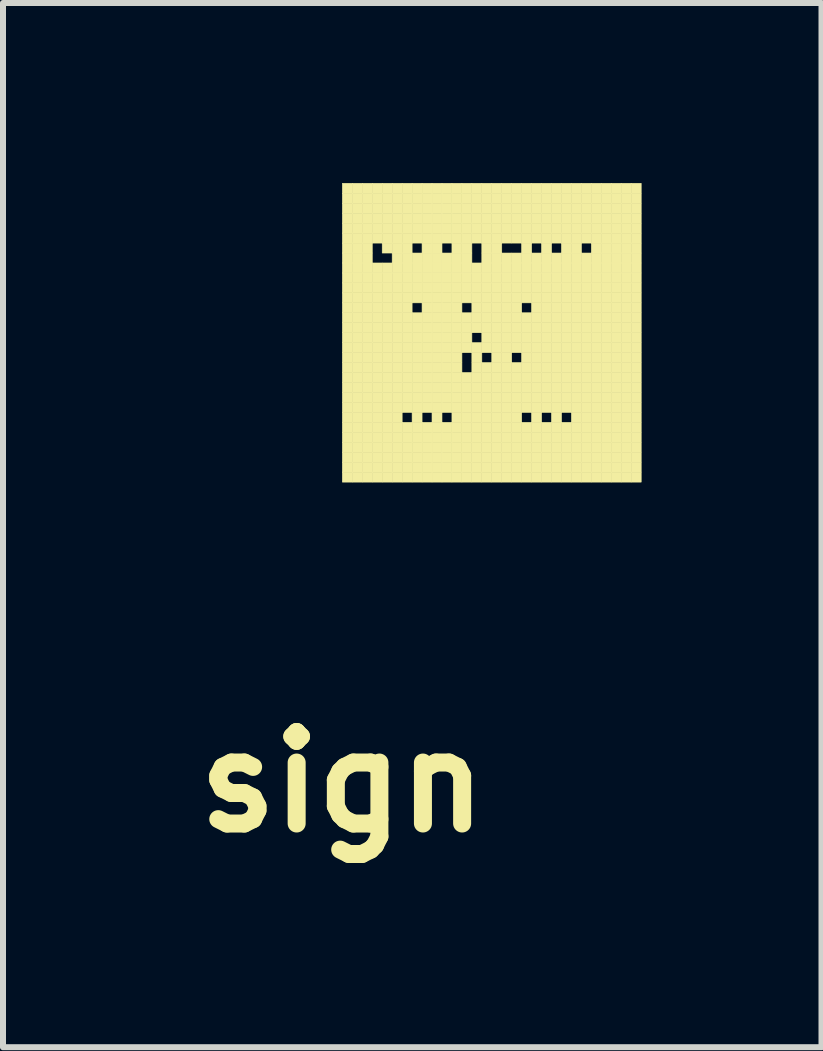
<source format=kicad_pcb>
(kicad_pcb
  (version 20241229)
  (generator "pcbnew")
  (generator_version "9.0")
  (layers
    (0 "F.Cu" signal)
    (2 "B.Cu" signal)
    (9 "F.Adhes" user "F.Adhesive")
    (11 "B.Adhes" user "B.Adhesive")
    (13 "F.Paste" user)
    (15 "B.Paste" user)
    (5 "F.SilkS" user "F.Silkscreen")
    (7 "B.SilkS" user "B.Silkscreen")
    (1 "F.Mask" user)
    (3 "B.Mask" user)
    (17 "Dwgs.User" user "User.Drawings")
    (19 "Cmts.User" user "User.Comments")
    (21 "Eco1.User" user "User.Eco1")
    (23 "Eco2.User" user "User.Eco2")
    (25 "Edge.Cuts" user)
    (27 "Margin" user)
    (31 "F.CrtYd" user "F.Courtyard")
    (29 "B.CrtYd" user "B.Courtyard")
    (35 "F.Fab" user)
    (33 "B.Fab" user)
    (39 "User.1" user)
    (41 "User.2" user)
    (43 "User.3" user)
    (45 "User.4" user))
  (footprint "sign"
    (layer "F.Cu")
    (at 2.656 4.985)
    (property "Reference" "sign" (at 0 5 0) (layer "F.SilkS") (effects (font (size 1.524 1.524) (thickness 0.3))))
    (attr through_hole)
    (fp_poly (pts (xy 0 -4.814) (xy 0.166 -4.814) (xy 0.166 -4.98) (xy 0 -4.98) (xy 0 -4.814)) (stroke (width 0.01) (type solid)) (fill yes) (layer "F.SilkS"))
    (fp_poly (pts (xy 0 -4.648) (xy 0.166 -4.648) (xy 0.166 -4.814) (xy 0 -4.814) (xy 0 -4.648)) (stroke (width 0.01) (type solid)) (fill yes) (layer "F.SilkS"))
    (fp_poly (pts (xy 0 -4.482) (xy 0.166 -4.482) (xy 0.166 -4.648) (xy 0 -4.648) (xy 0 -4.482)) (stroke (width 0.01) (type solid)) (fill yes) (layer "F.SilkS"))
    (fp_poly (pts (xy 0 -4.316) (xy 0.166 -4.316) (xy 0.166 -4.482) (xy 0 -4.482) (xy 0 -4.316)) (stroke (width 0.01) (type solid)) (fill yes) (layer "F.SilkS"))
    (fp_poly (pts (xy 0 -4.15) (xy 0.166 -4.15) (xy 0.166 -4.316) (xy 0 -4.316) (xy 0 -4.15)) (stroke (width 0.01) (type solid)) (fill yes) (layer "F.SilkS"))
    (fp_poly (pts (xy 0 -3.984) (xy 0.166 -3.984) (xy 0.166 -4.15) (xy 0 -4.15) (xy 0 -3.984)) (stroke (width 0.01) (type solid)) (fill yes) (layer "F.SilkS"))
    (fp_poly (pts (xy 0 -3.818) (xy 0.166 -3.818) (xy 0.166 -3.984) (xy 0 -3.984) (xy 0 -3.818)) (stroke (width 0.01) (type solid)) (fill yes) (layer "F.SilkS"))
    (fp_poly (pts (xy 0 -3.652) (xy 0.166 -3.652) (xy 0.166 -3.818) (xy 0 -3.818) (xy 0 -3.652)) (stroke (width 0.01) (type solid)) (fill yes) (layer "F.SilkS"))
    (fp_poly (pts (xy 0 -3.486) (xy 0.166 -3.486) (xy 0.166 -3.652) (xy 0 -3.652) (xy 0 -3.486)) (stroke (width 0.01) (type solid)) (fill yes) (layer "F.SilkS"))
    (fp_poly (pts (xy 0 -3.32) (xy 0.166 -3.32) (xy 0.166 -3.486) (xy 0 -3.486) (xy 0 -3.32)) (stroke (width 0.01) (type solid)) (fill yes) (layer "F.SilkS"))
    (fp_poly (pts (xy 0 -3.154) (xy 0.166 -3.154) (xy 0.166 -3.32) (xy 0 -3.32) (xy 0 -3.154)) (stroke (width 0.01) (type solid)) (fill yes) (layer "F.SilkS"))
    (fp_poly (pts (xy 0 -2.988) (xy 0.166 -2.988) (xy 0.166 -3.154) (xy 0 -3.154) (xy 0 -2.988)) (stroke (width 0.01) (type solid)) (fill yes) (layer "F.SilkS"))
    (fp_poly (pts (xy 0 -2.822) (xy 0.166 -2.822) (xy 0.166 -2.988) (xy 0 -2.988) (xy 0 -2.822)) (stroke (width 0.01) (type solid)) (fill yes) (layer "F.SilkS"))
    (fp_poly (pts (xy 0 -2.656) (xy 0.166 -2.656) (xy 0.166 -2.822) (xy 0 -2.822) (xy 0 -2.656)) (stroke (width 0.01) (type solid)) (fill yes) (layer "F.SilkS"))
    (fp_poly (pts (xy 0 -2.49) (xy 0.166 -2.49) (xy 0.166 -2.656) (xy 0 -2.656) (xy 0 -2.49)) (stroke (width 0.01) (type solid)) (fill yes) (layer "F.SilkS"))
    (fp_poly (pts (xy 0 -2.324) (xy 0.166 -2.324) (xy 0.166 -2.49) (xy 0 -2.49) (xy 0 -2.324)) (stroke (width 0.01) (type solid)) (fill yes) (layer "F.SilkS"))
    (fp_poly (pts (xy 0 -2.158) (xy 0.166 -2.158) (xy 0.166 -2.324) (xy 0 -2.324) (xy 0 -2.158)) (stroke (width 0.01) (type solid)) (fill yes) (layer "F.SilkS"))
    (fp_poly (pts (xy 0 -1.992) (xy 0.166 -1.992) (xy 0.166 -2.158) (xy 0 -2.158) (xy 0 -1.992)) (stroke (width 0.01) (type solid)) (fill yes) (layer "F.SilkS"))
    (fp_poly (pts (xy 0 -1.826) (xy 0.166 -1.826) (xy 0.166 -1.992) (xy 0 -1.992) (xy 0 -1.826)) (stroke (width 0.01) (type solid)) (fill yes) (layer "F.SilkS"))
    (fp_poly (pts (xy 0 -1.66) (xy 0.166 -1.66) (xy 0.166 -1.826) (xy 0 -1.826) (xy 0 -1.66)) (stroke (width 0.01) (type solid)) (fill yes) (layer "F.SilkS"))
    (fp_poly (pts (xy 0 -1.494) (xy 0.166 -1.494) (xy 0.166 -1.66) (xy 0 -1.66) (xy 0 -1.494)) (stroke (width 0.01) (type solid)) (fill yes) (layer "F.SilkS"))
    (fp_poly (pts (xy 0 -1.328) (xy 0.166 -1.328) (xy 0.166 -1.494) (xy 0 -1.494) (xy 0 -1.328)) (stroke (width 0.01) (type solid)) (fill yes) (layer "F.SilkS"))
    (fp_poly (pts (xy 0 -1.162) (xy 0.166 -1.162) (xy 0.166 -1.328) (xy 0 -1.328) (xy 0 -1.162)) (stroke (width 0.01) (type solid)) (fill yes) (layer "F.SilkS"))
    (fp_poly (pts (xy 0 -0.996) (xy 0.166 -0.996) (xy 0.166 -1.162) (xy 0 -1.162) (xy 0 -0.996)) (stroke (width 0.01) (type solid)) (fill yes) (layer "F.SilkS"))
    (fp_poly (pts (xy 0 -0.83) (xy 0.166 -0.83) (xy 0.166 -0.996) (xy 0 -0.996) (xy 0 -0.83)) (stroke (width 0.01) (type solid)) (fill yes) (layer "F.SilkS"))
    (fp_poly (pts (xy 0 -0.664) (xy 0.166 -0.664) (xy 0.166 -0.83) (xy 0 -0.83) (xy 0 -0.664)) (stroke (width 0.01) (type solid)) (fill yes) (layer "F.SilkS"))
    (fp_poly (pts (xy 0 -0.498) (xy 0.166 -0.498) (xy 0.166 -0.664) (xy 0 -0.664) (xy 0 -0.498)) (stroke (width 0.01) (type solid)) (fill yes) (layer "F.SilkS"))
    (fp_poly (pts (xy 0 -0.332) (xy 0.166 -0.332) (xy 0.166 -0.498) (xy 0 -0.498) (xy 0 -0.332)) (stroke (width 0.01) (type solid)) (fill yes) (layer "F.SilkS"))
    (fp_poly (pts (xy 0 -0.166) (xy 0.166 -0.166) (xy 0.166 -0.332) (xy 0 -0.332) (xy 0 -0.166)) (stroke (width 0.01) (type solid)) (fill yes) (layer "F.SilkS"))
    (fp_poly (pts (xy 0 0) (xy 0.166 0) (xy 0.166 -0.166) (xy 0 -0.166) (xy 0 0)) (stroke (width 0.01) (type solid)) (fill yes) (layer "F.SilkS"))
    (fp_poly (pts (xy 0.166 -4.814) (xy 0.332 -4.814) (xy 0.332 -4.98) (xy 0.166 -4.98) (xy 0.166 -4.814)) (stroke (width 0.01) (type solid)) (fill yes) (layer "F.SilkS"))
    (fp_poly (pts (xy 0.166 -4.648) (xy 0.332 -4.648) (xy 0.332 -4.814) (xy 0.166 -4.814) (xy 0.166 -4.648)) (stroke (width 0.01) (type solid)) (fill yes) (layer "F.SilkS"))
    (fp_poly (pts (xy 0.166 -4.482) (xy 0.332 -4.482) (xy 0.332 -4.648) (xy 0.166 -4.648) (xy 0.166 -4.482)) (stroke (width 0.01) (type solid)) (fill yes) (layer "F.SilkS"))
    (fp_poly (pts (xy 0.166 -4.316) (xy 0.332 -4.316) (xy 0.332 -4.482) (xy 0.166 -4.482) (xy 0.166 -4.316)) (stroke (width 0.01) (type solid)) (fill yes) (layer "F.SilkS"))
    (fp_poly (pts (xy 0.166 -4.15) (xy 0.332 -4.15) (xy 0.332 -4.316) (xy 0.166 -4.316) (xy 0.166 -4.15)) (stroke (width 0.01) (type solid)) (fill yes) (layer "F.SilkS"))
    (fp_poly (pts (xy 0.166 -3.984) (xy 0.332 -3.984) (xy 0.332 -4.15) (xy 0.166 -4.15) (xy 0.166 -3.984)) (stroke (width 0.01) (type solid)) (fill yes) (layer "F.SilkS"))
    (fp_poly (pts (xy 0.166 -3.818) (xy 0.332 -3.818) (xy 0.332 -3.984) (xy 0.166 -3.984) (xy 0.166 -3.818)) (stroke (width 0.01) (type solid)) (fill yes) (layer "F.SilkS"))
    (fp_poly (pts (xy 0.166 -3.652) (xy 0.332 -3.652) (xy 0.332 -3.818) (xy 0.166 -3.818) (xy 0.166 -3.652)) (stroke (width 0.01) (type solid)) (fill yes) (layer "F.SilkS"))
    (fp_poly (pts (xy 0.166 -3.486) (xy 0.332 -3.486) (xy 0.332 -3.652) (xy 0.166 -3.652) (xy 0.166 -3.486)) (stroke (width 0.01) (type solid)) (fill yes) (layer "F.SilkS"))
    (fp_poly (pts (xy 0.166 -3.32) (xy 0.332 -3.32) (xy 0.332 -3.486) (xy 0.166 -3.486) (xy 0.166 -3.32)) (stroke (width 0.01) (type solid)) (fill yes) (layer "F.SilkS"))
    (fp_poly (pts (xy 0.166 -3.154) (xy 0.332 -3.154) (xy 0.332 -3.32) (xy 0.166 -3.32) (xy 0.166 -3.154)) (stroke (width 0.01) (type solid)) (fill yes) (layer "F.SilkS"))
    (fp_poly (pts (xy 0.166 -2.988) (xy 0.332 -2.988) (xy 0.332 -3.154) (xy 0.166 -3.154) (xy 0.166 -2.988)) (stroke (width 0.01) (type solid)) (fill yes) (layer "F.SilkS"))
    (fp_poly (pts (xy 0.166 -2.822) (xy 0.332 -2.822) (xy 0.332 -2.988) (xy 0.166 -2.988) (xy 0.166 -2.822)) (stroke (width 0.01) (type solid)) (fill yes) (layer "F.SilkS"))
    (fp_poly (pts (xy 0.166 -2.656) (xy 0.332 -2.656) (xy 0.332 -2.822) (xy 0.166 -2.822) (xy 0.166 -2.656)) (stroke (width 0.01) (type solid)) (fill yes) (layer "F.SilkS"))
    (fp_poly (pts (xy 0.166 -2.49) (xy 0.332 -2.49) (xy 0.332 -2.656) (xy 0.166 -2.656) (xy 0.166 -2.49)) (stroke (width 0.01) (type solid)) (fill yes) (layer "F.SilkS"))
    (fp_poly (pts (xy 0.166 -2.324) (xy 0.332 -2.324) (xy 0.332 -2.49) (xy 0.166 -2.49) (xy 0.166 -2.324)) (stroke (width 0.01) (type solid)) (fill yes) (layer "F.SilkS"))
    (fp_poly (pts (xy 0.166 -2.158) (xy 0.332 -2.158) (xy 0.332 -2.324) (xy 0.166 -2.324) (xy 0.166 -2.158)) (stroke (width 0.01) (type solid)) (fill yes) (layer "F.SilkS"))
    (fp_poly (pts (xy 0.166 -1.992) (xy 0.332 -1.992) (xy 0.332 -2.158) (xy 0.166 -2.158) (xy 0.166 -1.992)) (stroke (width 0.01) (type solid)) (fill yes) (layer "F.SilkS"))
    (fp_poly (pts (xy 0.166 -1.826) (xy 0.332 -1.826) (xy 0.332 -1.992) (xy 0.166 -1.992) (xy 0.166 -1.826)) (stroke (width 0.01) (type solid)) (fill yes) (layer "F.SilkS"))
    (fp_poly (pts (xy 0.166 -1.66) (xy 0.332 -1.66) (xy 0.332 -1.826) (xy 0.166 -1.826) (xy 0.166 -1.66)) (stroke (width 0.01) (type solid)) (fill yes) (layer "F.SilkS"))
    (fp_poly (pts (xy 0.166 -1.494) (xy 0.332 -1.494) (xy 0.332 -1.66) (xy 0.166 -1.66) (xy 0.166 -1.494)) (stroke (width 0.01) (type solid)) (fill yes) (layer "F.SilkS"))
    (fp_poly (pts (xy 0.166 -1.328) (xy 0.332 -1.328) (xy 0.332 -1.494) (xy 0.166 -1.494) (xy 0.166 -1.328)) (stroke (width 0.01) (type solid)) (fill yes) (layer "F.SilkS"))
    (fp_poly (pts (xy 0.166 -1.162) (xy 0.332 -1.162) (xy 0.332 -1.328) (xy 0.166 -1.328) (xy 0.166 -1.162)) (stroke (width 0.01) (type solid)) (fill yes) (layer "F.SilkS"))
    (fp_poly (pts (xy 0.166 -0.996) (xy 0.332 -0.996) (xy 0.332 -1.162) (xy 0.166 -1.162) (xy 0.166 -0.996)) (stroke (width 0.01) (type solid)) (fill yes) (layer "F.SilkS"))
    (fp_poly (pts (xy 0.166 -0.83) (xy 0.332 -0.83) (xy 0.332 -0.996) (xy 0.166 -0.996) (xy 0.166 -0.83)) (stroke (width 0.01) (type solid)) (fill yes) (layer "F.SilkS"))
    (fp_poly (pts (xy 0.166 -0.664) (xy 0.332 -0.664) (xy 0.332 -0.83) (xy 0.166 -0.83) (xy 0.166 -0.664)) (stroke (width 0.01) (type solid)) (fill yes) (layer "F.SilkS"))
    (fp_poly (pts (xy 0.166 -0.498) (xy 0.332 -0.498) (xy 0.332 -0.664) (xy 0.166 -0.664) (xy 0.166 -0.498)) (stroke (width 0.01) (type solid)) (fill yes) (layer "F.SilkS"))
    (fp_poly (pts (xy 0.166 -0.332) (xy 0.332 -0.332) (xy 0.332 -0.498) (xy 0.166 -0.498) (xy 0.166 -0.332)) (stroke (width 0.01) (type solid)) (fill yes) (layer "F.SilkS"))
    (fp_poly (pts (xy 0.166 -0.166) (xy 0.332 -0.166) (xy 0.332 -0.332) (xy 0.166 -0.332) (xy 0.166 -0.166)) (stroke (width 0.01) (type solid)) (fill yes) (layer "F.SilkS"))
    (fp_poly (pts (xy 0.166 0) (xy 0.332 0) (xy 0.332 -0.166) (xy 0.166 -0.166) (xy 0.166 0)) (stroke (width 0.01) (type solid)) (fill yes) (layer "F.SilkS"))
    (fp_poly (pts (xy 0.332 -4.814) (xy 0.498 -4.814) (xy 0.498 -4.98) (xy 0.332 -4.98) (xy 0.332 -4.814)) (stroke (width 0.01) (type solid)) (fill yes) (layer "F.SilkS"))
    (fp_poly (pts (xy 0.332 -4.648) (xy 0.498 -4.648) (xy 0.498 -4.814) (xy 0.332 -4.814) (xy 0.332 -4.648)) (stroke (width 0.01) (type solid)) (fill yes) (layer "F.SilkS"))
    (fp_poly (pts (xy 0.332 -4.482) (xy 0.498 -4.482) (xy 0.498 -4.648) (xy 0.332 -4.648) (xy 0.332 -4.482)) (stroke (width 0.01) (type solid)) (fill yes) (layer "F.SilkS"))
    (fp_poly (pts (xy 0.332 -4.316) (xy 0.498 -4.316) (xy 0.498 -4.482) (xy 0.332 -4.482) (xy 0.332 -4.316)) (stroke (width 0.01) (type solid)) (fill yes) (layer "F.SilkS"))
    (fp_poly (pts (xy 0.332 -4.15) (xy 0.498 -4.15) (xy 0.498 -4.316) (xy 0.332 -4.316) (xy 0.332 -4.15)) (stroke (width 0.01) (type solid)) (fill yes) (layer "F.SilkS"))
    (fp_poly (pts (xy 0.332 -3.984) (xy 0.498 -3.984) (xy 0.498 -4.15) (xy 0.332 -4.15) (xy 0.332 -3.984)) (stroke (width 0.01) (type solid)) (fill yes) (layer "F.SilkS"))
    (fp_poly (pts (xy 0.332 -3.818) (xy 0.498 -3.818) (xy 0.498 -3.984) (xy 0.332 -3.984) (xy 0.332 -3.818)) (stroke (width 0.01) (type solid)) (fill yes) (layer "F.SilkS"))
    (fp_poly (pts (xy 0.332 -3.652) (xy 0.498 -3.652) (xy 0.498 -3.818) (xy 0.332 -3.818) (xy 0.332 -3.652)) (stroke (width 0.01) (type solid)) (fill yes) (layer "F.SilkS"))
    (fp_poly (pts (xy 0.332 -3.486) (xy 0.498 -3.486) (xy 0.498 -3.652) (xy 0.332 -3.652) (xy 0.332 -3.486)) (stroke (width 0.01) (type solid)) (fill yes) (layer "F.SilkS"))
    (fp_poly (pts (xy 0.332 -3.32) (xy 0.498 -3.32) (xy 0.498 -3.486) (xy 0.332 -3.486) (xy 0.332 -3.32)) (stroke (width 0.01) (type solid)) (fill yes) (layer "F.SilkS"))
    (fp_poly (pts (xy 0.332 -3.154) (xy 0.498 -3.154) (xy 0.498 -3.32) (xy 0.332 -3.32) (xy 0.332 -3.154)) (stroke (width 0.01) (type solid)) (fill yes) (layer "F.SilkS"))
    (fp_poly (pts (xy 0.332 -2.988) (xy 0.498 -2.988) (xy 0.498 -3.154) (xy 0.332 -3.154) (xy 0.332 -2.988)) (stroke (width 0.01) (type solid)) (fill yes) (layer "F.SilkS"))
    (fp_poly (pts (xy 0.332 -2.822) (xy 0.498 -2.822) (xy 0.498 -2.988) (xy 0.332 -2.988) (xy 0.332 -2.822)) (stroke (width 0.01) (type solid)) (fill yes) (layer "F.SilkS"))
    (fp_poly (pts (xy 0.332 -2.656) (xy 0.498 -2.656) (xy 0.498 -2.822) (xy 0.332 -2.822) (xy 0.332 -2.656)) (stroke (width 0.01) (type solid)) (fill yes) (layer "F.SilkS"))
    (fp_poly (pts (xy 0.332 -2.49) (xy 0.498 -2.49) (xy 0.498 -2.656) (xy 0.332 -2.656) (xy 0.332 -2.49)) (stroke (width 0.01) (type solid)) (fill yes) (layer "F.SilkS"))
    (fp_poly (pts (xy 0.332 -2.324) (xy 0.498 -2.324) (xy 0.498 -2.49) (xy 0.332 -2.49) (xy 0.332 -2.324)) (stroke (width 0.01) (type solid)) (fill yes) (layer "F.SilkS"))
    (fp_poly (pts (xy 0.332 -2.158) (xy 0.498 -2.158) (xy 0.498 -2.324) (xy 0.332 -2.324) (xy 0.332 -2.158)) (stroke (width 0.01) (type solid)) (fill yes) (layer "F.SilkS"))
    (fp_poly (pts (xy 0.332 -1.992) (xy 0.498 -1.992) (xy 0.498 -2.158) (xy 0.332 -2.158) (xy 0.332 -1.992)) (stroke (width 0.01) (type solid)) (fill yes) (layer "F.SilkS"))
    (fp_poly (pts (xy 0.332 -1.826) (xy 0.498 -1.826) (xy 0.498 -1.992) (xy 0.332 -1.992) (xy 0.332 -1.826)) (stroke (width 0.01) (type solid)) (fill yes) (layer "F.SilkS"))
    (fp_poly (pts (xy 0.332 -1.66) (xy 0.498 -1.66) (xy 0.498 -1.826) (xy 0.332 -1.826) (xy 0.332 -1.66)) (stroke (width 0.01) (type solid)) (fill yes) (layer "F.SilkS"))
    (fp_poly (pts (xy 0.332 -1.494) (xy 0.498 -1.494) (xy 0.498 -1.66) (xy 0.332 -1.66) (xy 0.332 -1.494)) (stroke (width 0.01) (type solid)) (fill yes) (layer "F.SilkS"))
    (fp_poly (pts (xy 0.332 -1.328) (xy 0.498 -1.328) (xy 0.498 -1.494) (xy 0.332 -1.494) (xy 0.332 -1.328)) (stroke (width 0.01) (type solid)) (fill yes) (layer "F.SilkS"))
    (fp_poly (pts (xy 0.332 -1.162) (xy 0.498 -1.162) (xy 0.498 -1.328) (xy 0.332 -1.328) (xy 0.332 -1.162)) (stroke (width 0.01) (type solid)) (fill yes) (layer "F.SilkS"))
    (fp_poly (pts (xy 0.332 -0.996) (xy 0.498 -0.996) (xy 0.498 -1.162) (xy 0.332 -1.162) (xy 0.332 -0.996)) (stroke (width 0.01) (type solid)) (fill yes) (layer "F.SilkS"))
    (fp_poly (pts (xy 0.332 -0.83) (xy 0.498 -0.83) (xy 0.498 -0.996) (xy 0.332 -0.996) (xy 0.332 -0.83)) (stroke (width 0.01) (type solid)) (fill yes) (layer "F.SilkS"))
    (fp_poly (pts (xy 0.332 -0.664) (xy 0.498 -0.664) (xy 0.498 -0.83) (xy 0.332 -0.83) (xy 0.332 -0.664)) (stroke (width 0.01) (type solid)) (fill yes) (layer "F.SilkS"))
    (fp_poly (pts (xy 0.332 -0.498) (xy 0.498 -0.498) (xy 0.498 -0.664) (xy 0.332 -0.664) (xy 0.332 -0.498)) (stroke (width 0.01) (type solid)) (fill yes) (layer "F.SilkS"))
    (fp_poly (pts (xy 0.332 -0.332) (xy 0.498 -0.332) (xy 0.498 -0.498) (xy 0.332 -0.498) (xy 0.332 -0.332)) (stroke (width 0.01) (type solid)) (fill yes) (layer "F.SilkS"))
    (fp_poly (pts (xy 0.332 -0.166) (xy 0.498 -0.166) (xy 0.498 -0.332) (xy 0.332 -0.332) (xy 0.332 -0.166)) (stroke (width 0.01) (type solid)) (fill yes) (layer "F.SilkS"))
    (fp_poly (pts (xy 0.332 0) (xy 0.498 0) (xy 0.498 -0.166) (xy 0.332 -0.166) (xy 0.332 0)) (stroke (width 0.01) (type solid)) (fill yes) (layer "F.SilkS"))
    (fp_poly (pts (xy 0.498 -4.814) (xy 0.664 -4.814) (xy 0.664 -4.98) (xy 0.498 -4.98) (xy 0.498 -4.814)) (stroke (width 0.01) (type solid)) (fill yes) (layer "F.SilkS"))
    (fp_poly (pts (xy 0.498 -4.648) (xy 0.664 -4.648) (xy 0.664 -4.814) (xy 0.498 -4.814) (xy 0.498 -4.648)) (stroke (width 0.01) (type solid)) (fill yes) (layer "F.SilkS"))
    (fp_poly (pts (xy 0.498 -4.482) (xy 0.664 -4.482) (xy 0.664 -4.648) (xy 0.498 -4.648) (xy 0.498 -4.482)) (stroke (width 0.01) (type solid)) (fill yes) (layer "F.SilkS"))
    (fp_poly (pts (xy 0.498 -4.316) (xy 0.664 -4.316) (xy 0.664 -4.482) (xy 0.498 -4.482) (xy 0.498 -4.316)) (stroke (width 0.01) (type solid)) (fill yes) (layer "F.SilkS"))
    (fp_poly (pts (xy 0.498 -4.15) (xy 0.664 -4.15) (xy 0.664 -4.316) (xy 0.498 -4.316) (xy 0.498 -4.15)) (stroke (width 0.01) (type solid)) (fill yes) (layer "F.SilkS"))
    (fp_poly (pts (xy 0.498 -3.984) (xy 0.664 -3.984) (xy 0.664 -4.15) (xy 0.498 -4.15) (xy 0.498 -3.984)) (stroke (width 0.01) (type solid)) (fill yes) (layer "F.SilkS"))
    (fp_poly (pts (xy 0.498 -3.486) (xy 0.664 -3.486) (xy 0.664 -3.652) (xy 0.498 -3.652) (xy 0.498 -3.486)) (stroke (width 0.01) (type solid)) (fill yes) (layer "F.SilkS"))
    (fp_poly (pts (xy 0.498 -3.32) (xy 0.664 -3.32) (xy 0.664 -3.486) (xy 0.498 -3.486) (xy 0.498 -3.32)) (stroke (width 0.01) (type solid)) (fill yes) (layer "F.SilkS"))
    (fp_poly (pts (xy 0.498 -3.154) (xy 0.664 -3.154) (xy 0.664 -3.32) (xy 0.498 -3.32) (xy 0.498 -3.154)) (stroke (width 0.01) (type solid)) (fill yes) (layer "F.SilkS"))
    (fp_poly (pts (xy 0.498 -2.988) (xy 0.664 -2.988) (xy 0.664 -3.154) (xy 0.498 -3.154) (xy 0.498 -2.988)) (stroke (width 0.01) (type solid)) (fill yes) (layer "F.SilkS"))
    (fp_poly (pts (xy 0.498 -2.822) (xy 0.664 -2.822) (xy 0.664 -2.988) (xy 0.498 -2.988) (xy 0.498 -2.822)) (stroke (width 0.01) (type solid)) (fill yes) (layer "F.SilkS"))
    (fp_poly (pts (xy 0.498 -2.656) (xy 0.664 -2.656) (xy 0.664 -2.822) (xy 0.498 -2.822) (xy 0.498 -2.656)) (stroke (width 0.01) (type solid)) (fill yes) (layer "F.SilkS"))
    (fp_poly (pts (xy 0.498 -2.49) (xy 0.664 -2.49) (xy 0.664 -2.656) (xy 0.498 -2.656) (xy 0.498 -2.49)) (stroke (width 0.01) (type solid)) (fill yes) (layer "F.SilkS"))
    (fp_poly (pts (xy 0.498 -2.324) (xy 0.664 -2.324) (xy 0.664 -2.49) (xy 0.498 -2.49) (xy 0.498 -2.324)) (stroke (width 0.01) (type solid)) (fill yes) (layer "F.SilkS"))
    (fp_poly (pts (xy 0.498 -2.158) (xy 0.664 -2.158) (xy 0.664 -2.324) (xy 0.498 -2.324) (xy 0.498 -2.158)) (stroke (width 0.01) (type solid)) (fill yes) (layer "F.SilkS"))
    (fp_poly (pts (xy 0.498 -1.992) (xy 0.664 -1.992) (xy 0.664 -2.158) (xy 0.498 -2.158) (xy 0.498 -1.992)) (stroke (width 0.01) (type solid)) (fill yes) (layer "F.SilkS"))
    (fp_poly (pts (xy 0.498 -1.826) (xy 0.664 -1.826) (xy 0.664 -1.992) (xy 0.498 -1.992) (xy 0.498 -1.826)) (stroke (width 0.01) (type solid)) (fill yes) (layer "F.SilkS"))
    (fp_poly (pts (xy 0.498 -1.66) (xy 0.664 -1.66) (xy 0.664 -1.826) (xy 0.498 -1.826) (xy 0.498 -1.66)) (stroke (width 0.01) (type solid)) (fill yes) (layer "F.SilkS"))
    (fp_poly (pts (xy 0.498 -1.494) (xy 0.664 -1.494) (xy 0.664 -1.66) (xy 0.498 -1.66) (xy 0.498 -1.494)) (stroke (width 0.01) (type solid)) (fill yes) (layer "F.SilkS"))
    (fp_poly (pts (xy 0.498 -1.328) (xy 0.664 -1.328) (xy 0.664 -1.494) (xy 0.498 -1.494) (xy 0.498 -1.328)) (stroke (width 0.01) (type solid)) (fill yes) (layer "F.SilkS"))
    (fp_poly (pts (xy 0.498 -1.162) (xy 0.664 -1.162) (xy 0.664 -1.328) (xy 0.498 -1.328) (xy 0.498 -1.162)) (stroke (width 0.01) (type solid)) (fill yes) (layer "F.SilkS"))
    (fp_poly (pts (xy 0.498 -0.996) (xy 0.664 -0.996) (xy 0.664 -1.162) (xy 0.498 -1.162) (xy 0.498 -0.996)) (stroke (width 0.01) (type solid)) (fill yes) (layer "F.SilkS"))
    (fp_poly (pts (xy 0.498 -0.83) (xy 0.664 -0.83) (xy 0.664 -0.996) (xy 0.498 -0.996) (xy 0.498 -0.83)) (stroke (width 0.01) (type solid)) (fill yes) (layer "F.SilkS"))
    (fp_poly (pts (xy 0.498 -0.664) (xy 0.664 -0.664) (xy 0.664 -0.83) (xy 0.498 -0.83) (xy 0.498 -0.664)) (stroke (width 0.01) (type solid)) (fill yes) (layer "F.SilkS"))
    (fp_poly (pts (xy 0.498 -0.498) (xy 0.664 -0.498) (xy 0.664 -0.664) (xy 0.498 -0.664) (xy 0.498 -0.498)) (stroke (width 0.01) (type solid)) (fill yes) (layer "F.SilkS"))
    (fp_poly (pts (xy 0.498 -0.332) (xy 0.664 -0.332) (xy 0.664 -0.498) (xy 0.498 -0.498) (xy 0.498 -0.332)) (stroke (width 0.01) (type solid)) (fill yes) (layer "F.SilkS"))
    (fp_poly (pts (xy 0.498 -0.166) (xy 0.664 -0.166) (xy 0.664 -0.332) (xy 0.498 -0.332) (xy 0.498 -0.166)) (stroke (width 0.01) (type solid)) (fill yes) (layer "F.SilkS"))
    (fp_poly (pts (xy 0.498 0) (xy 0.664 0) (xy 0.664 -0.166) (xy 0.498 -0.166) (xy 0.498 0)) (stroke (width 0.01) (type solid)) (fill yes) (layer "F.SilkS"))
    (fp_poly (pts (xy 0.664 -4.814) (xy 0.83 -4.814) (xy 0.83 -4.98) (xy 0.664 -4.98) (xy 0.664 -4.814)) (stroke (width 0.01) (type solid)) (fill yes) (layer "F.SilkS"))
    (fp_poly (pts (xy 0.664 -4.648) (xy 0.83 -4.648) (xy 0.83 -4.814) (xy 0.664 -4.814) (xy 0.664 -4.648)) (stroke (width 0.01) (type solid)) (fill yes) (layer "F.SilkS"))
    (fp_poly (pts (xy 0.664 -4.482) (xy 0.83 -4.482) (xy 0.83 -4.648) (xy 0.664 -4.648) (xy 0.664 -4.482)) (stroke (width 0.01) (type solid)) (fill yes) (layer "F.SilkS"))
    (fp_poly (pts (xy 0.664 -4.316) (xy 0.83 -4.316) (xy 0.83 -4.482) (xy 0.664 -4.482) (xy 0.664 -4.316)) (stroke (width 0.01) (type solid)) (fill yes) (layer "F.SilkS"))
    (fp_poly (pts (xy 0.664 -4.15) (xy 0.83 -4.15) (xy 0.83 -4.316) (xy 0.664 -4.316) (xy 0.664 -4.15)) (stroke (width 0.01) (type solid)) (fill yes) (layer "F.SilkS"))
    (fp_poly (pts (xy 0.664 -3.984) (xy 0.83 -3.984) (xy 0.83 -4.15) (xy 0.664 -4.15) (xy 0.664 -3.984)) (stroke (width 0.01) (type solid)) (fill yes) (layer "F.SilkS"))
    (fp_poly (pts (xy 0.664 -3.818) (xy 0.83 -3.818) (xy 0.83 -3.984) (xy 0.664 -3.984) (xy 0.664 -3.818)) (stroke (width 0.01) (type solid)) (fill yes) (layer "F.SilkS"))
    (fp_poly (pts (xy 0.664 -3.486) (xy 0.83 -3.486) (xy 0.83 -3.652) (xy 0.664 -3.652) (xy 0.664 -3.486)) (stroke (width 0.01) (type solid)) (fill yes) (layer "F.SilkS"))
    (fp_poly (pts (xy 0.664 -3.32) (xy 0.83 -3.32) (xy 0.83 -3.486) (xy 0.664 -3.486) (xy 0.664 -3.32)) (stroke (width 0.01) (type solid)) (fill yes) (layer "F.SilkS"))
    (fp_poly (pts (xy 0.664 -3.154) (xy 0.83 -3.154) (xy 0.83 -3.32) (xy 0.664 -3.32) (xy 0.664 -3.154)) (stroke (width 0.01) (type solid)) (fill yes) (layer "F.SilkS"))
    (fp_poly (pts (xy 0.664 -2.988) (xy 0.83 -2.988) (xy 0.83 -3.154) (xy 0.664 -3.154) (xy 0.664 -2.988)) (stroke (width 0.01) (type solid)) (fill yes) (layer "F.SilkS"))
    (fp_poly (pts (xy 0.664 -2.822) (xy 0.83 -2.822) (xy 0.83 -2.988) (xy 0.664 -2.988) (xy 0.664 -2.822)) (stroke (width 0.01) (type solid)) (fill yes) (layer "F.SilkS"))
    (fp_poly (pts (xy 0.664 -2.656) (xy 0.83 -2.656) (xy 0.83 -2.822) (xy 0.664 -2.822) (xy 0.664 -2.656)) (stroke (width 0.01) (type solid)) (fill yes) (layer "F.SilkS"))
    (fp_poly (pts (xy 0.664 -2.49) (xy 0.83 -2.49) (xy 0.83 -2.656) (xy 0.664 -2.656) (xy 0.664 -2.49)) (stroke (width 0.01) (type solid)) (fill yes) (layer "F.SilkS"))
    (fp_poly (pts (xy 0.664 -2.324) (xy 0.83 -2.324) (xy 0.83 -2.49) (xy 0.664 -2.49) (xy 0.664 -2.324)) (stroke (width 0.01) (type solid)) (fill yes) (layer "F.SilkS"))
    (fp_poly (pts (xy 0.664 -2.158) (xy 0.83 -2.158) (xy 0.83 -2.324) (xy 0.664 -2.324) (xy 0.664 -2.158)) (stroke (width 0.01) (type solid)) (fill yes) (layer "F.SilkS"))
    (fp_poly (pts (xy 0.664 -1.992) (xy 0.83 -1.992) (xy 0.83 -2.158) (xy 0.664 -2.158) (xy 0.664 -1.992)) (stroke (width 0.01) (type solid)) (fill yes) (layer "F.SilkS"))
    (fp_poly (pts (xy 0.664 -1.826) (xy 0.83 -1.826) (xy 0.83 -1.992) (xy 0.664 -1.992) (xy 0.664 -1.826)) (stroke (width 0.01) (type solid)) (fill yes) (layer "F.SilkS"))
    (fp_poly (pts (xy 0.664 -1.66) (xy 0.83 -1.66) (xy 0.83 -1.826) (xy 0.664 -1.826) (xy 0.664 -1.66)) (stroke (width 0.01) (type solid)) (fill yes) (layer "F.SilkS"))
    (fp_poly (pts (xy 0.664 -1.494) (xy 0.83 -1.494) (xy 0.83 -1.66) (xy 0.664 -1.66) (xy 0.664 -1.494)) (stroke (width 0.01) (type solid)) (fill yes) (layer "F.SilkS"))
    (fp_poly (pts (xy 0.664 -1.328) (xy 0.83 -1.328) (xy 0.83 -1.494) (xy 0.664 -1.494) (xy 0.664 -1.328)) (stroke (width 0.01) (type solid)) (fill yes) (layer "F.SilkS"))
    (fp_poly (pts (xy 0.664 -1.162) (xy 0.83 -1.162) (xy 0.83 -1.328) (xy 0.664 -1.328) (xy 0.664 -1.162)) (stroke (width 0.01) (type solid)) (fill yes) (layer "F.SilkS"))
    (fp_poly (pts (xy 0.664 -0.996) (xy 0.83 -0.996) (xy 0.83 -1.162) (xy 0.664 -1.162) (xy 0.664 -0.996)) (stroke (width 0.01) (type solid)) (fill yes) (layer "F.SilkS"))
    (fp_poly (pts (xy 0.664 -0.83) (xy 0.83 -0.83) (xy 0.83 -0.996) (xy 0.664 -0.996) (xy 0.664 -0.83)) (stroke (width 0.01) (type solid)) (fill yes) (layer "F.SilkS"))
    (fp_poly (pts (xy 0.664 -0.664) (xy 0.83 -0.664) (xy 0.83 -0.83) (xy 0.664 -0.83) (xy 0.664 -0.664)) (stroke (width 0.01) (type solid)) (fill yes) (layer "F.SilkS"))
    (fp_poly (pts (xy 0.664 -0.498) (xy 0.83 -0.498) (xy 0.83 -0.664) (xy 0.664 -0.664) (xy 0.664 -0.498)) (stroke (width 0.01) (type solid)) (fill yes) (layer "F.SilkS"))
    (fp_poly (pts (xy 0.664 -0.332) (xy 0.83 -0.332) (xy 0.83 -0.498) (xy 0.664 -0.498) (xy 0.664 -0.332)) (stroke (width 0.01) (type solid)) (fill yes) (layer "F.SilkS"))
    (fp_poly (pts (xy 0.664 -0.166) (xy 0.83 -0.166) (xy 0.83 -0.332) (xy 0.664 -0.332) (xy 0.664 -0.166)) (stroke (width 0.01) (type solid)) (fill yes) (layer "F.SilkS"))
    (fp_poly (pts (xy 0.664 0) (xy 0.83 0) (xy 0.83 -0.166) (xy 0.664 -0.166) (xy 0.664 0)) (stroke (width 0.01) (type solid)) (fill yes) (layer "F.SilkS"))
    (fp_poly (pts (xy 0.83 -4.814) (xy 0.996 -4.814) (xy 0.996 -4.98) (xy 0.83 -4.98) (xy 0.83 -4.814)) (stroke (width 0.01) (type solid)) (fill yes) (layer "F.SilkS"))
    (fp_poly (pts (xy 0.83 -4.648) (xy 0.996 -4.648) (xy 0.996 -4.814) (xy 0.83 -4.814) (xy 0.83 -4.648)) (stroke (width 0.01) (type solid)) (fill yes) (layer "F.SilkS"))
    (fp_poly (pts (xy 0.83 -4.482) (xy 0.996 -4.482) (xy 0.996 -4.648) (xy 0.83 -4.648) (xy 0.83 -4.482)) (stroke (width 0.01) (type solid)) (fill yes) (layer "F.SilkS"))
    (fp_poly (pts (xy 0.83 -4.316) (xy 0.996 -4.316) (xy 0.996 -4.482) (xy 0.83 -4.482) (xy 0.83 -4.316)) (stroke (width 0.01) (type solid)) (fill yes) (layer "F.SilkS"))
    (fp_poly (pts (xy 0.83 -4.15) (xy 0.996 -4.15) (xy 0.996 -4.316) (xy 0.83 -4.316) (xy 0.83 -4.15)) (stroke (width 0.01) (type solid)) (fill yes) (layer "F.SilkS"))
    (fp_poly (pts (xy 0.83 -3.984) (xy 0.996 -3.984) (xy 0.996 -4.15) (xy 0.83 -4.15) (xy 0.83 -3.984)) (stroke (width 0.01) (type solid)) (fill yes) (layer "F.SilkS"))
    (fp_poly (pts (xy 0.83 -3.818) (xy 0.996 -3.818) (xy 0.996 -3.984) (xy 0.83 -3.984) (xy 0.83 -3.818)) (stroke (width 0.01) (type solid)) (fill yes) (layer "F.SilkS"))
    (fp_poly (pts (xy 0.83 -3.652) (xy 0.996 -3.652) (xy 0.996 -3.818) (xy 0.83 -3.818) (xy 0.83 -3.652)) (stroke (width 0.01) (type solid)) (fill yes) (layer "F.SilkS"))
    (fp_poly (pts (xy 0.83 -3.486) (xy 0.996 -3.486) (xy 0.996 -3.652) (xy 0.83 -3.652) (xy 0.83 -3.486)) (stroke (width 0.01) (type solid)) (fill yes) (layer "F.SilkS"))
    (fp_poly (pts (xy 0.83 -3.32) (xy 0.996 -3.32) (xy 0.996 -3.486) (xy 0.83 -3.486) (xy 0.83 -3.32)) (stroke (width 0.01) (type solid)) (fill yes) (layer "F.SilkS"))
    (fp_poly (pts (xy 0.83 -3.154) (xy 0.996 -3.154) (xy 0.996 -3.32) (xy 0.83 -3.32) (xy 0.83 -3.154)) (stroke (width 0.01) (type solid)) (fill yes) (layer "F.SilkS"))
    (fp_poly (pts (xy 0.83 -2.988) (xy 0.996 -2.988) (xy 0.996 -3.154) (xy 0.83 -3.154) (xy 0.83 -2.988)) (stroke (width 0.01) (type solid)) (fill yes) (layer "F.SilkS"))
    (fp_poly (pts (xy 0.83 -2.822) (xy 0.996 -2.822) (xy 0.996 -2.988) (xy 0.83 -2.988) (xy 0.83 -2.822)) (stroke (width 0.01) (type solid)) (fill yes) (layer "F.SilkS"))
    (fp_poly (pts (xy 0.83 -2.656) (xy 0.996 -2.656) (xy 0.996 -2.822) (xy 0.83 -2.822) (xy 0.83 -2.656)) (stroke (width 0.01) (type solid)) (fill yes) (layer "F.SilkS"))
    (fp_poly (pts (xy 0.83 -2.49) (xy 0.996 -2.49) (xy 0.996 -2.656) (xy 0.83 -2.656) (xy 0.83 -2.49)) (stroke (width 0.01) (type solid)) (fill yes) (layer "F.SilkS"))
    (fp_poly (pts (xy 0.83 -2.324) (xy 0.996 -2.324) (xy 0.996 -2.49) (xy 0.83 -2.49) (xy 0.83 -2.324)) (stroke (width 0.01) (type solid)) (fill yes) (layer "F.SilkS"))
    (fp_poly (pts (xy 0.83 -2.158) (xy 0.996 -2.158) (xy 0.996 -2.324) (xy 0.83 -2.324) (xy 0.83 -2.158)) (stroke (width 0.01) (type solid)) (fill yes) (layer "F.SilkS"))
    (fp_poly (pts (xy 0.83 -1.992) (xy 0.996 -1.992) (xy 0.996 -2.158) (xy 0.83 -2.158) (xy 0.83 -1.992)) (stroke (width 0.01) (type solid)) (fill yes) (layer "F.SilkS"))
    (fp_poly (pts (xy 0.83 -1.826) (xy 0.996 -1.826) (xy 0.996 -1.992) (xy 0.83 -1.992) (xy 0.83 -1.826)) (stroke (width 0.01) (type solid)) (fill yes) (layer "F.SilkS"))
    (fp_poly (pts (xy 0.83 -1.66) (xy 0.996 -1.66) (xy 0.996 -1.826) (xy 0.83 -1.826) (xy 0.83 -1.66)) (stroke (width 0.01) (type solid)) (fill yes) (layer "F.SilkS"))
    (fp_poly (pts (xy 0.83 -1.494) (xy 0.996 -1.494) (xy 0.996 -1.66) (xy 0.83 -1.66) (xy 0.83 -1.494)) (stroke (width 0.01) (type solid)) (fill yes) (layer "F.SilkS"))
    (fp_poly (pts (xy 0.83 -1.328) (xy 0.996 -1.328) (xy 0.996 -1.494) (xy 0.83 -1.494) (xy 0.83 -1.328)) (stroke (width 0.01) (type solid)) (fill yes) (layer "F.SilkS"))
    (fp_poly (pts (xy 0.83 -1.162) (xy 0.996 -1.162) (xy 0.996 -1.328) (xy 0.83 -1.328) (xy 0.83 -1.162)) (stroke (width 0.01) (type solid)) (fill yes) (layer "F.SilkS"))
    (fp_poly (pts (xy 0.83 -0.996) (xy 0.996 -0.996) (xy 0.996 -1.162) (xy 0.83 -1.162) (xy 0.83 -0.996)) (stroke (width 0.01) (type solid)) (fill yes) (layer "F.SilkS"))
    (fp_poly (pts (xy 0.83 -0.83) (xy 0.996 -0.83) (xy 0.996 -0.996) (xy 0.83 -0.996) (xy 0.83 -0.83)) (stroke (width 0.01) (type solid)) (fill yes) (layer "F.SilkS"))
    (fp_poly (pts (xy 0.83 -0.664) (xy 0.996 -0.664) (xy 0.996 -0.83) (xy 0.83 -0.83) (xy 0.83 -0.664)) (stroke (width 0.01) (type solid)) (fill yes) (layer "F.SilkS"))
    (fp_poly (pts (xy 0.83 -0.498) (xy 0.996 -0.498) (xy 0.996 -0.664) (xy 0.83 -0.664) (xy 0.83 -0.498)) (stroke (width 0.01) (type solid)) (fill yes) (layer "F.SilkS"))
    (fp_poly (pts (xy 0.83 -0.332) (xy 0.996 -0.332) (xy 0.996 -0.498) (xy 0.83 -0.498) (xy 0.83 -0.332)) (stroke (width 0.01) (type solid)) (fill yes) (layer "F.SilkS"))
    (fp_poly (pts (xy 0.83 -0.166) (xy 0.996 -0.166) (xy 0.996 -0.332) (xy 0.83 -0.332) (xy 0.83 -0.166)) (stroke (width 0.01) (type solid)) (fill yes) (layer "F.SilkS"))
    (fp_poly (pts (xy 0.83 0) (xy 0.996 0) (xy 0.996 -0.166) (xy 0.83 -0.166) (xy 0.83 0)) (stroke (width 0.01) (type solid)) (fill yes) (layer "F.SilkS"))
    (fp_poly (pts (xy 0.996 -4.814) (xy 1.162 -4.814) (xy 1.162 -4.98) (xy 0.996 -4.98) (xy 0.996 -4.814)) (stroke (width 0.01) (type solid)) (fill yes) (layer "F.SilkS"))
    (fp_poly (pts (xy 0.996 -4.648) (xy 1.162 -4.648) (xy 1.162 -4.814) (xy 0.996 -4.814) (xy 0.996 -4.648)) (stroke (width 0.01) (type solid)) (fill yes) (layer "F.SilkS"))
    (fp_poly (pts (xy 0.996 -4.482) (xy 1.162 -4.482) (xy 1.162 -4.648) (xy 0.996 -4.648) (xy 0.996 -4.482)) (stroke (width 0.01) (type solid)) (fill yes) (layer "F.SilkS"))
    (fp_poly (pts (xy 0.996 -4.316) (xy 1.162 -4.316) (xy 1.162 -4.482) (xy 0.996 -4.482) (xy 0.996 -4.316)) (stroke (width 0.01) (type solid)) (fill yes) (layer "F.SilkS"))
    (fp_poly (pts (xy 0.996 -4.15) (xy 1.162 -4.15) (xy 1.162 -4.316) (xy 0.996 -4.316) (xy 0.996 -4.15)) (stroke (width 0.01) (type solid)) (fill yes) (layer "F.SilkS"))
    (fp_poly (pts (xy 0.996 -3.984) (xy 1.162 -3.984) (xy 1.162 -4.15) (xy 0.996 -4.15) (xy 0.996 -3.984)) (stroke (width 0.01) (type solid)) (fill yes) (layer "F.SilkS"))
    (fp_poly (pts (xy 0.996 -3.818) (xy 1.162 -3.818) (xy 1.162 -3.984) (xy 0.996 -3.984) (xy 0.996 -3.818)) (stroke (width 0.01) (type solid)) (fill yes) (layer "F.SilkS"))
    (fp_poly (pts (xy 0.996 -3.652) (xy 1.162 -3.652) (xy 1.162 -3.818) (xy 0.996 -3.818) (xy 0.996 -3.652)) (stroke (width 0.01) (type solid)) (fill yes) (layer "F.SilkS"))
    (fp_poly (pts (xy 0.996 -3.486) (xy 1.162 -3.486) (xy 1.162 -3.652) (xy 0.996 -3.652) (xy 0.996 -3.486)) (stroke (width 0.01) (type solid)) (fill yes) (layer "F.SilkS"))
    (fp_poly (pts (xy 0.996 -3.32) (xy 1.162 -3.32) (xy 1.162 -3.486) (xy 0.996 -3.486) (xy 0.996 -3.32)) (stroke (width 0.01) (type solid)) (fill yes) (layer "F.SilkS"))
    (fp_poly (pts (xy 0.996 -3.154) (xy 1.162 -3.154) (xy 1.162 -3.32) (xy 0.996 -3.32) (xy 0.996 -3.154)) (stroke (width 0.01) (type solid)) (fill yes) (layer "F.SilkS"))
    (fp_poly (pts (xy 0.996 -2.988) (xy 1.162 -2.988) (xy 1.162 -3.154) (xy 0.996 -3.154) (xy 0.996 -2.988)) (stroke (width 0.01) (type solid)) (fill yes) (layer "F.SilkS"))
    (fp_poly (pts (xy 0.996 -2.822) (xy 1.162 -2.822) (xy 1.162 -2.988) (xy 0.996 -2.988) (xy 0.996 -2.822)) (stroke (width 0.01) (type solid)) (fill yes) (layer "F.SilkS"))
    (fp_poly (pts (xy 0.996 -2.656) (xy 1.162 -2.656) (xy 1.162 -2.822) (xy 0.996 -2.822) (xy 0.996 -2.656)) (stroke (width 0.01) (type solid)) (fill yes) (layer "F.SilkS"))
    (fp_poly (pts (xy 0.996 -2.49) (xy 1.162 -2.49) (xy 1.162 -2.656) (xy 0.996 -2.656) (xy 0.996 -2.49)) (stroke (width 0.01) (type solid)) (fill yes) (layer "F.SilkS"))
    (fp_poly (pts (xy 0.996 -2.324) (xy 1.162 -2.324) (xy 1.162 -2.49) (xy 0.996 -2.49) (xy 0.996 -2.324)) (stroke (width 0.01) (type solid)) (fill yes) (layer "F.SilkS"))
    (fp_poly (pts (xy 0.996 -2.158) (xy 1.162 -2.158) (xy 1.162 -2.324) (xy 0.996 -2.324) (xy 0.996 -2.158)) (stroke (width 0.01) (type solid)) (fill yes) (layer "F.SilkS"))
    (fp_poly (pts (xy 0.996 -1.992) (xy 1.162 -1.992) (xy 1.162 -2.158) (xy 0.996 -2.158) (xy 0.996 -1.992)) (stroke (width 0.01) (type solid)) (fill yes) (layer "F.SilkS"))
    (fp_poly (pts (xy 0.996 -1.826) (xy 1.162 -1.826) (xy 1.162 -1.992) (xy 0.996 -1.992) (xy 0.996 -1.826)) (stroke (width 0.01) (type solid)) (fill yes) (layer "F.SilkS"))
    (fp_poly (pts (xy 0.996 -1.66) (xy 1.162 -1.66) (xy 1.162 -1.826) (xy 0.996 -1.826) (xy 0.996 -1.66)) (stroke (width 0.01) (type solid)) (fill yes) (layer "F.SilkS"))
    (fp_poly (pts (xy 0.996 -1.494) (xy 1.162 -1.494) (xy 1.162 -1.66) (xy 0.996 -1.66) (xy 0.996 -1.494)) (stroke (width 0.01) (type solid)) (fill yes) (layer "F.SilkS"))
    (fp_poly (pts (xy 0.996 -1.328) (xy 1.162 -1.328) (xy 1.162 -1.494) (xy 0.996 -1.494) (xy 0.996 -1.328)) (stroke (width 0.01) (type solid)) (fill yes) (layer "F.SilkS"))
    (fp_poly (pts (xy 0.996 -1.162) (xy 1.162 -1.162) (xy 1.162 -1.328) (xy 0.996 -1.328) (xy 0.996 -1.162)) (stroke (width 0.01) (type solid)) (fill yes) (layer "F.SilkS"))
    (fp_poly (pts (xy 0.996 -0.83) (xy 1.162 -0.83) (xy 1.162 -0.996) (xy 0.996 -0.996) (xy 0.996 -0.83)) (stroke (width 0.01) (type solid)) (fill yes) (layer "F.SilkS"))
    (fp_poly (pts (xy 0.996 -0.664) (xy 1.162 -0.664) (xy 1.162 -0.83) (xy 0.996 -0.83) (xy 0.996 -0.664)) (stroke (width 0.01) (type solid)) (fill yes) (layer "F.SilkS"))
    (fp_poly (pts (xy 0.996 -0.498) (xy 1.162 -0.498) (xy 1.162 -0.664) (xy 0.996 -0.664) (xy 0.996 -0.498)) (stroke (width 0.01) (type solid)) (fill yes) (layer "F.SilkS"))
    (fp_poly (pts (xy 0.996 -0.332) (xy 1.162 -0.332) (xy 1.162 -0.498) (xy 0.996 -0.498) (xy 0.996 -0.332)) (stroke (width 0.01) (type solid)) (fill yes) (layer "F.SilkS"))
    (fp_poly (pts (xy 0.996 -0.166) (xy 1.162 -0.166) (xy 1.162 -0.332) (xy 0.996 -0.332) (xy 0.996 -0.166)) (stroke (width 0.01) (type solid)) (fill yes) (layer "F.SilkS"))
    (fp_poly (pts (xy 0.996 0) (xy 1.162 0) (xy 1.162 -0.166) (xy 0.996 -0.166) (xy 0.996 0)) (stroke (width 0.01) (type solid)) (fill yes) (layer "F.SilkS"))
    (fp_poly (pts (xy 1.162 -4.814) (xy 1.328 -4.814) (xy 1.328 -4.98) (xy 1.162 -4.98) (xy 1.162 -4.814)) (stroke (width 0.01) (type solid)) (fill yes) (layer "F.SilkS"))
    (fp_poly (pts (xy 1.162 -4.648) (xy 1.328 -4.648) (xy 1.328 -4.814) (xy 1.162 -4.814) (xy 1.162 -4.648)) (stroke (width 0.01) (type solid)) (fill yes) (layer "F.SilkS"))
    (fp_poly (pts (xy 1.162 -4.482) (xy 1.328 -4.482) (xy 1.328 -4.648) (xy 1.162 -4.648) (xy 1.162 -4.482)) (stroke (width 0.01) (type solid)) (fill yes) (layer "F.SilkS"))
    (fp_poly (pts (xy 1.162 -4.316) (xy 1.328 -4.316) (xy 1.328 -4.482) (xy 1.162 -4.482) (xy 1.162 -4.316)) (stroke (width 0.01) (type solid)) (fill yes) (layer "F.SilkS"))
    (fp_poly (pts (xy 1.162 -4.15) (xy 1.328 -4.15) (xy 1.328 -4.316) (xy 1.162 -4.316) (xy 1.162 -4.15)) (stroke (width 0.01) (type solid)) (fill yes) (layer "F.SilkS"))
    (fp_poly (pts (xy 1.162 -3.984) (xy 1.328 -3.984) (xy 1.328 -4.15) (xy 1.162 -4.15) (xy 1.162 -3.984)) (stroke (width 0.01) (type solid)) (fill yes) (layer "F.SilkS"))
    (fp_poly (pts (xy 1.162 -3.652) (xy 1.328 -3.652) (xy 1.328 -3.818) (xy 1.162 -3.818) (xy 1.162 -3.652)) (stroke (width 0.01) (type solid)) (fill yes) (layer "F.SilkS"))
    (fp_poly (pts (xy 1.162 -3.486) (xy 1.328 -3.486) (xy 1.328 -3.652) (xy 1.162 -3.652) (xy 1.162 -3.486)) (stroke (width 0.01) (type solid)) (fill yes) (layer "F.SilkS"))
    (fp_poly (pts (xy 1.162 -3.32) (xy 1.328 -3.32) (xy 1.328 -3.486) (xy 1.162 -3.486) (xy 1.162 -3.32)) (stroke (width 0.01) (type solid)) (fill yes) (layer "F.SilkS"))
    (fp_poly (pts (xy 1.162 -3.154) (xy 1.328 -3.154) (xy 1.328 -3.32) (xy 1.162 -3.32) (xy 1.162 -3.154)) (stroke (width 0.01) (type solid)) (fill yes) (layer "F.SilkS"))
    (fp_poly (pts (xy 1.162 -2.988) (xy 1.328 -2.988) (xy 1.328 -3.154) (xy 1.162 -3.154) (xy 1.162 -2.988)) (stroke (width 0.01) (type solid)) (fill yes) (layer "F.SilkS"))
    (fp_poly (pts (xy 1.162 -2.656) (xy 1.328 -2.656) (xy 1.328 -2.822) (xy 1.162 -2.822) (xy 1.162 -2.656)) (stroke (width 0.01) (type solid)) (fill yes) (layer "F.SilkS"))
    (fp_poly (pts (xy 1.162 -2.49) (xy 1.328 -2.49) (xy 1.328 -2.656) (xy 1.162 -2.656) (xy 1.162 -2.49)) (stroke (width 0.01) (type solid)) (fill yes) (layer "F.SilkS"))
    (fp_poly (pts (xy 1.162 -2.324) (xy 1.328 -2.324) (xy 1.328 -2.49) (xy 1.162 -2.49) (xy 1.162 -2.324)) (stroke (width 0.01) (type solid)) (fill yes) (layer "F.SilkS"))
    (fp_poly (pts (xy 1.162 -2.158) (xy 1.328 -2.158) (xy 1.328 -2.324) (xy 1.162 -2.324) (xy 1.162 -2.158)) (stroke (width 0.01) (type solid)) (fill yes) (layer "F.SilkS"))
    (fp_poly (pts (xy 1.162 -1.992) (xy 1.328 -1.992) (xy 1.328 -2.158) (xy 1.162 -2.158) (xy 1.162 -1.992)) (stroke (width 0.01) (type solid)) (fill yes) (layer "F.SilkS"))
    (fp_poly (pts (xy 1.162 -1.826) (xy 1.328 -1.826) (xy 1.328 -1.992) (xy 1.162 -1.992) (xy 1.162 -1.826)) (stroke (width 0.01) (type solid)) (fill yes) (layer "F.SilkS"))
    (fp_poly (pts (xy 1.162 -1.66) (xy 1.328 -1.66) (xy 1.328 -1.826) (xy 1.162 -1.826) (xy 1.162 -1.66)) (stroke (width 0.01) (type solid)) (fill yes) (layer "F.SilkS"))
    (fp_poly (pts (xy 1.162 -1.494) (xy 1.328 -1.494) (xy 1.328 -1.66) (xy 1.162 -1.66) (xy 1.162 -1.494)) (stroke (width 0.01) (type solid)) (fill yes) (layer "F.SilkS"))
    (fp_poly (pts (xy 1.162 -1.328) (xy 1.328 -1.328) (xy 1.328 -1.494) (xy 1.162 -1.494) (xy 1.162 -1.328)) (stroke (width 0.01) (type solid)) (fill yes) (layer "F.SilkS"))
    (fp_poly (pts (xy 1.162 -1.162) (xy 1.328 -1.162) (xy 1.328 -1.328) (xy 1.162 -1.328) (xy 1.162 -1.162)) (stroke (width 0.01) (type solid)) (fill yes) (layer "F.SilkS"))
    (fp_poly (pts (xy 1.162 -0.996) (xy 1.328 -0.996) (xy 1.328 -1.162) (xy 1.162 -1.162) (xy 1.162 -0.996)) (stroke (width 0.01) (type solid)) (fill yes) (layer "F.SilkS"))
    (fp_poly (pts (xy 1.162 -0.83) (xy 1.328 -0.83) (xy 1.328 -0.996) (xy 1.162 -0.996) (xy 1.162 -0.83)) (stroke (width 0.01) (type solid)) (fill yes) (layer "F.SilkS"))
    (fp_poly (pts (xy 1.162 -0.664) (xy 1.328 -0.664) (xy 1.328 -0.83) (xy 1.162 -0.83) (xy 1.162 -0.664)) (stroke (width 0.01) (type solid)) (fill yes) (layer "F.SilkS"))
    (fp_poly (pts (xy 1.162 -0.498) (xy 1.328 -0.498) (xy 1.328 -0.664) (xy 1.162 -0.664) (xy 1.162 -0.498)) (stroke (width 0.01) (type solid)) (fill yes) (layer "F.SilkS"))
    (fp_poly (pts (xy 1.162 -0.332) (xy 1.328 -0.332) (xy 1.328 -0.498) (xy 1.162 -0.498) (xy 1.162 -0.332)) (stroke (width 0.01) (type solid)) (fill yes) (layer "F.SilkS"))
    (fp_poly (pts (xy 1.162 -0.166) (xy 1.328 -0.166) (xy 1.328 -0.332) (xy 1.162 -0.332) (xy 1.162 -0.166)) (stroke (width 0.01) (type solid)) (fill yes) (layer "F.SilkS"))
    (fp_poly (pts (xy 1.162 0) (xy 1.328 0) (xy 1.328 -0.166) (xy 1.162 -0.166) (xy 1.162 0)) (stroke (width 0.01) (type solid)) (fill yes) (layer "F.SilkS"))
    (fp_poly (pts (xy 1.328 -4.814) (xy 1.494 -4.814) (xy 1.494 -4.98) (xy 1.328 -4.98) (xy 1.328 -4.814)) (stroke (width 0.01) (type solid)) (fill yes) (layer "F.SilkS"))
    (fp_poly (pts (xy 1.328 -4.648) (xy 1.494 -4.648) (xy 1.494 -4.814) (xy 1.328 -4.814) (xy 1.328 -4.648)) (stroke (width 0.01) (type solid)) (fill yes) (layer "F.SilkS"))
    (fp_poly (pts (xy 1.328 -4.482) (xy 1.494 -4.482) (xy 1.494 -4.648) (xy 1.328 -4.648) (xy 1.328 -4.482)) (stroke (width 0.01) (type solid)) (fill yes) (layer "F.SilkS"))
    (fp_poly (pts (xy 1.328 -4.316) (xy 1.494 -4.316) (xy 1.494 -4.482) (xy 1.328 -4.482) (xy 1.328 -4.316)) (stroke (width 0.01) (type solid)) (fill yes) (layer "F.SilkS"))
    (fp_poly (pts (xy 1.328 -4.15) (xy 1.494 -4.15) (xy 1.494 -4.316) (xy 1.328 -4.316) (xy 1.328 -4.15)) (stroke (width 0.01) (type solid)) (fill yes) (layer "F.SilkS"))
    (fp_poly (pts (xy 1.328 -3.984) (xy 1.494 -3.984) (xy 1.494 -4.15) (xy 1.328 -4.15) (xy 1.328 -3.984)) (stroke (width 0.01) (type solid)) (fill yes) (layer "F.SilkS"))
    (fp_poly (pts (xy 1.328 -3.818) (xy 1.494 -3.818) (xy 1.494 -3.984) (xy 1.328 -3.984) (xy 1.328 -3.818)) (stroke (width 0.01) (type solid)) (fill yes) (layer "F.SilkS"))
    (fp_poly (pts (xy 1.328 -3.652) (xy 1.494 -3.652) (xy 1.494 -3.818) (xy 1.328 -3.818) (xy 1.328 -3.652)) (stroke (width 0.01) (type solid)) (fill yes) (layer "F.SilkS"))
    (fp_poly (pts (xy 1.328 -3.486) (xy 1.494 -3.486) (xy 1.494 -3.652) (xy 1.328 -3.652) (xy 1.328 -3.486)) (stroke (width 0.01) (type solid)) (fill yes) (layer "F.SilkS"))
    (fp_poly (pts (xy 1.328 -3.32) (xy 1.494 -3.32) (xy 1.494 -3.486) (xy 1.328 -3.486) (xy 1.328 -3.32)) (stroke (width 0.01) (type solid)) (fill yes) (layer "F.SilkS"))
    (fp_poly (pts (xy 1.328 -3.154) (xy 1.494 -3.154) (xy 1.494 -3.32) (xy 1.328 -3.32) (xy 1.328 -3.154)) (stroke (width 0.01) (type solid)) (fill yes) (layer "F.SilkS"))
    (fp_poly (pts (xy 1.328 -2.988) (xy 1.494 -2.988) (xy 1.494 -3.154) (xy 1.328 -3.154) (xy 1.328 -2.988)) (stroke (width 0.01) (type solid)) (fill yes) (layer "F.SilkS"))
    (fp_poly (pts (xy 1.328 -2.822) (xy 1.494 -2.822) (xy 1.494 -2.988) (xy 1.328 -2.988) (xy 1.328 -2.822)) (stroke (width 0.01) (type solid)) (fill yes) (layer "F.SilkS"))
    (fp_poly (pts (xy 1.328 -2.656) (xy 1.494 -2.656) (xy 1.494 -2.822) (xy 1.328 -2.822) (xy 1.328 -2.656)) (stroke (width 0.01) (type solid)) (fill yes) (layer "F.SilkS"))
    (fp_poly (pts (xy 1.328 -2.49) (xy 1.494 -2.49) (xy 1.494 -2.656) (xy 1.328 -2.656) (xy 1.328 -2.49)) (stroke (width 0.01) (type solid)) (fill yes) (layer "F.SilkS"))
    (fp_poly (pts (xy 1.328 -2.324) (xy 1.494 -2.324) (xy 1.494 -2.49) (xy 1.328 -2.49) (xy 1.328 -2.324)) (stroke (width 0.01) (type solid)) (fill yes) (layer "F.SilkS"))
    (fp_poly (pts (xy 1.328 -2.158) (xy 1.494 -2.158) (xy 1.494 -2.324) (xy 1.328 -2.324) (xy 1.328 -2.158)) (stroke (width 0.01) (type solid)) (fill yes) (layer "F.SilkS"))
    (fp_poly (pts (xy 1.328 -1.992) (xy 1.494 -1.992) (xy 1.494 -2.158) (xy 1.328 -2.158) (xy 1.328 -1.992)) (stroke (width 0.01) (type solid)) (fill yes) (layer "F.SilkS"))
    (fp_poly (pts (xy 1.328 -1.826) (xy 1.494 -1.826) (xy 1.494 -1.992) (xy 1.328 -1.992) (xy 1.328 -1.826)) (stroke (width 0.01) (type solid)) (fill yes) (layer "F.SilkS"))
    (fp_poly (pts (xy 1.328 -1.66) (xy 1.494 -1.66) (xy 1.494 -1.826) (xy 1.328 -1.826) (xy 1.328 -1.66)) (stroke (width 0.01) (type solid)) (fill yes) (layer "F.SilkS"))
    (fp_poly (pts (xy 1.328 -1.494) (xy 1.494 -1.494) (xy 1.494 -1.66) (xy 1.328 -1.66) (xy 1.328 -1.494)) (stroke (width 0.01) (type solid)) (fill yes) (layer "F.SilkS"))
    (fp_poly (pts (xy 1.328 -1.328) (xy 1.494 -1.328) (xy 1.494 -1.494) (xy 1.328 -1.494) (xy 1.328 -1.328)) (stroke (width 0.01) (type solid)) (fill yes) (layer "F.SilkS"))
    (fp_poly (pts (xy 1.328 -1.162) (xy 1.494 -1.162) (xy 1.494 -1.328) (xy 1.328 -1.328) (xy 1.328 -1.162)) (stroke (width 0.01) (type solid)) (fill yes) (layer "F.SilkS"))
    (fp_poly (pts (xy 1.328 -0.83) (xy 1.494 -0.83) (xy 1.494 -0.996) (xy 1.328 -0.996) (xy 1.328 -0.83)) (stroke (width 0.01) (type solid)) (fill yes) (layer "F.SilkS"))
    (fp_poly (pts (xy 1.328 -0.664) (xy 1.494 -0.664) (xy 1.494 -0.83) (xy 1.328 -0.83) (xy 1.328 -0.664)) (stroke (width 0.01) (type solid)) (fill yes) (layer "F.SilkS"))
    (fp_poly (pts (xy 1.328 -0.498) (xy 1.494 -0.498) (xy 1.494 -0.664) (xy 1.328 -0.664) (xy 1.328 -0.498)) (stroke (width 0.01) (type solid)) (fill yes) (layer "F.SilkS"))
    (fp_poly (pts (xy 1.328 -0.332) (xy 1.494 -0.332) (xy 1.494 -0.498) (xy 1.328 -0.498) (xy 1.328 -0.332)) (stroke (width 0.01) (type solid)) (fill yes) (layer "F.SilkS"))
    (fp_poly (pts (xy 1.328 -0.166) (xy 1.494 -0.166) (xy 1.494 -0.332) (xy 1.328 -0.332) (xy 1.328 -0.166)) (stroke (width 0.01) (type solid)) (fill yes) (layer "F.SilkS"))
    (fp_poly (pts (xy 1.328 0) (xy 1.494 0) (xy 1.494 -0.166) (xy 1.328 -0.166) (xy 1.328 0)) (stroke (width 0.01) (type solid)) (fill yes) (layer "F.SilkS"))
    (fp_poly (pts (xy 1.494 -4.814) (xy 1.66 -4.814) (xy 1.66 -4.98) (xy 1.494 -4.98) (xy 1.494 -4.814)) (stroke (width 0.01) (type solid)) (fill yes) (layer "F.SilkS"))
    (fp_poly (pts (xy 1.494 -4.648) (xy 1.66 -4.648) (xy 1.66 -4.814) (xy 1.494 -4.814) (xy 1.494 -4.648)) (stroke (width 0.01) (type solid)) (fill yes) (layer "F.SilkS"))
    (fp_poly (pts (xy 1.494 -4.482) (xy 1.66 -4.482) (xy 1.66 -4.648) (xy 1.494 -4.648) (xy 1.494 -4.482)) (stroke (width 0.01) (type solid)) (fill yes) (layer "F.SilkS"))
    (fp_poly (pts (xy 1.494 -4.316) (xy 1.66 -4.316) (xy 1.66 -4.482) (xy 1.494 -4.482) (xy 1.494 -4.316)) (stroke (width 0.01) (type solid)) (fill yes) (layer "F.SilkS"))
    (fp_poly (pts (xy 1.494 -4.15) (xy 1.66 -4.15) (xy 1.66 -4.316) (xy 1.494 -4.316) (xy 1.494 -4.15)) (stroke (width 0.01) (type solid)) (fill yes) (layer "F.SilkS"))
    (fp_poly (pts (xy 1.494 -3.984) (xy 1.66 -3.984) (xy 1.66 -4.15) (xy 1.494 -4.15) (xy 1.494 -3.984)) (stroke (width 0.01) (type solid)) (fill yes) (layer "F.SilkS"))
    (fp_poly (pts (xy 1.494 -3.818) (xy 1.66 -3.818) (xy 1.66 -3.984) (xy 1.494 -3.984) (xy 1.494 -3.818)) (stroke (width 0.01) (type solid)) (fill yes) (layer "F.SilkS"))
    (fp_poly (pts (xy 1.494 -3.652) (xy 1.66 -3.652) (xy 1.66 -3.818) (xy 1.494 -3.818) (xy 1.494 -3.652)) (stroke (width 0.01) (type solid)) (fill yes) (layer "F.SilkS"))
    (fp_poly (pts (xy 1.494 -3.486) (xy 1.66 -3.486) (xy 1.66 -3.652) (xy 1.494 -3.652) (xy 1.494 -3.486)) (stroke (width 0.01) (type solid)) (fill yes) (layer "F.SilkS"))
    (fp_poly (pts (xy 1.494 -3.32) (xy 1.66 -3.32) (xy 1.66 -3.486) (xy 1.494 -3.486) (xy 1.494 -3.32)) (stroke (width 0.01) (type solid)) (fill yes) (layer "F.SilkS"))
    (fp_poly (pts (xy 1.494 -3.154) (xy 1.66 -3.154) (xy 1.66 -3.32) (xy 1.494 -3.32) (xy 1.494 -3.154)) (stroke (width 0.01) (type solid)) (fill yes) (layer "F.SilkS"))
    (fp_poly (pts (xy 1.494 -2.988) (xy 1.66 -2.988) (xy 1.66 -3.154) (xy 1.494 -3.154) (xy 1.494 -2.988)) (stroke (width 0.01) (type solid)) (fill yes) (layer "F.SilkS"))
    (fp_poly (pts (xy 1.494 -2.822) (xy 1.66 -2.822) (xy 1.66 -2.988) (xy 1.494 -2.988) (xy 1.494 -2.822)) (stroke (width 0.01) (type solid)) (fill yes) (layer "F.SilkS"))
    (fp_poly (pts (xy 1.494 -2.656) (xy 1.66 -2.656) (xy 1.66 -2.822) (xy 1.494 -2.822) (xy 1.494 -2.656)) (stroke (width 0.01) (type solid)) (fill yes) (layer "F.SilkS"))
    (fp_poly (pts (xy 1.494 -2.49) (xy 1.66 -2.49) (xy 1.66 -2.656) (xy 1.494 -2.656) (xy 1.494 -2.49)) (stroke (width 0.01) (type solid)) (fill yes) (layer "F.SilkS"))
    (fp_poly (pts (xy 1.494 -2.324) (xy 1.66 -2.324) (xy 1.66 -2.49) (xy 1.494 -2.49) (xy 1.494 -2.324)) (stroke (width 0.01) (type solid)) (fill yes) (layer "F.SilkS"))
    (fp_poly (pts (xy 1.494 -2.158) (xy 1.66 -2.158) (xy 1.66 -2.324) (xy 1.494 -2.324) (xy 1.494 -2.158)) (stroke (width 0.01) (type solid)) (fill yes) (layer "F.SilkS"))
    (fp_poly (pts (xy 1.494 -1.992) (xy 1.66 -1.992) (xy 1.66 -2.158) (xy 1.494 -2.158) (xy 1.494 -1.992)) (stroke (width 0.01) (type solid)) (fill yes) (layer "F.SilkS"))
    (fp_poly (pts (xy 1.494 -1.826) (xy 1.66 -1.826) (xy 1.66 -1.992) (xy 1.494 -1.992) (xy 1.494 -1.826)) (stroke (width 0.01) (type solid)) (fill yes) (layer "F.SilkS"))
    (fp_poly (pts (xy 1.494 -1.66) (xy 1.66 -1.66) (xy 1.66 -1.826) (xy 1.494 -1.826) (xy 1.494 -1.66)) (stroke (width 0.01) (type solid)) (fill yes) (layer "F.SilkS"))
    (fp_poly (pts (xy 1.494 -1.494) (xy 1.66 -1.494) (xy 1.66 -1.66) (xy 1.494 -1.66) (xy 1.494 -1.494)) (stroke (width 0.01) (type solid)) (fill yes) (layer "F.SilkS"))
    (fp_poly (pts (xy 1.494 -1.328) (xy 1.66 -1.328) (xy 1.66 -1.494) (xy 1.494 -1.494) (xy 1.494 -1.328)) (stroke (width 0.01) (type solid)) (fill yes) (layer "F.SilkS"))
    (fp_poly (pts (xy 1.494 -1.162) (xy 1.66 -1.162) (xy 1.66 -1.328) (xy 1.494 -1.328) (xy 1.494 -1.162)) (stroke (width 0.01) (type solid)) (fill yes) (layer "F.SilkS"))
    (fp_poly (pts (xy 1.494 -0.996) (xy 1.66 -0.996) (xy 1.66 -1.162) (xy 1.494 -1.162) (xy 1.494 -0.996)) (stroke (width 0.01) (type solid)) (fill yes) (layer "F.SilkS"))
    (fp_poly (pts (xy 1.494 -0.83) (xy 1.66 -0.83) (xy 1.66 -0.996) (xy 1.494 -0.996) (xy 1.494 -0.83)) (stroke (width 0.01) (type solid)) (fill yes) (layer "F.SilkS"))
    (fp_poly (pts (xy 1.494 -0.664) (xy 1.66 -0.664) (xy 1.66 -0.83) (xy 1.494 -0.83) (xy 1.494 -0.664)) (stroke (width 0.01) (type solid)) (fill yes) (layer "F.SilkS"))
    (fp_poly (pts (xy 1.494 -0.498) (xy 1.66 -0.498) (xy 1.66 -0.664) (xy 1.494 -0.664) (xy 1.494 -0.498)) (stroke (width 0.01) (type solid)) (fill yes) (layer "F.SilkS"))
    (fp_poly (pts (xy 1.494 -0.332) (xy 1.66 -0.332) (xy 1.66 -0.498) (xy 1.494 -0.498) (xy 1.494 -0.332)) (stroke (width 0.01) (type solid)) (fill yes) (layer "F.SilkS"))
    (fp_poly (pts (xy 1.494 -0.166) (xy 1.66 -0.166) (xy 1.66 -0.332) (xy 1.494 -0.332) (xy 1.494 -0.166)) (stroke (width 0.01) (type solid)) (fill yes) (layer "F.SilkS"))
    (fp_poly (pts (xy 1.494 0) (xy 1.66 0) (xy 1.66 -0.166) (xy 1.494 -0.166) (xy 1.494 0)) (stroke (width 0.01) (type solid)) (fill yes) (layer "F.SilkS"))
    (fp_poly (pts (xy 1.66 -4.814) (xy 1.826 -4.814) (xy 1.826 -4.98) (xy 1.66 -4.98) (xy 1.66 -4.814)) (stroke (width 0.01) (type solid)) (fill yes) (layer "F.SilkS"))
    (fp_poly (pts (xy 1.66 -4.648) (xy 1.826 -4.648) (xy 1.826 -4.814) (xy 1.66 -4.814) (xy 1.66 -4.648)) (stroke (width 0.01) (type solid)) (fill yes) (layer "F.SilkS"))
    (fp_poly (pts (xy 1.66 -4.482) (xy 1.826 -4.482) (xy 1.826 -4.648) (xy 1.66 -4.648) (xy 1.66 -4.482)) (stroke (width 0.01) (type solid)) (fill yes) (layer "F.SilkS"))
    (fp_poly (pts (xy 1.66 -4.316) (xy 1.826 -4.316) (xy 1.826 -4.482) (xy 1.66 -4.482) (xy 1.66 -4.316)) (stroke (width 0.01) (type solid)) (fill yes) (layer "F.SilkS"))
    (fp_poly (pts (xy 1.66 -4.15) (xy 1.826 -4.15) (xy 1.826 -4.316) (xy 1.66 -4.316) (xy 1.66 -4.15)) (stroke (width 0.01) (type solid)) (fill yes) (layer "F.SilkS"))
    (fp_poly (pts (xy 1.66 -3.984) (xy 1.826 -3.984) (xy 1.826 -4.15) (xy 1.66 -4.15) (xy 1.66 -3.984)) (stroke (width 0.01) (type solid)) (fill yes) (layer "F.SilkS"))
    (fp_poly (pts (xy 1.66 -3.652) (xy 1.826 -3.652) (xy 1.826 -3.818) (xy 1.66 -3.818) (xy 1.66 -3.652)) (stroke (width 0.01) (type solid)) (fill yes) (layer "F.SilkS"))
    (fp_poly (pts (xy 1.66 -3.486) (xy 1.826 -3.486) (xy 1.826 -3.652) (xy 1.66 -3.652) (xy 1.66 -3.486)) (stroke (width 0.01) (type solid)) (fill yes) (layer "F.SilkS"))
    (fp_poly (pts (xy 1.66 -3.32) (xy 1.826 -3.32) (xy 1.826 -3.486) (xy 1.66 -3.486) (xy 1.66 -3.32)) (stroke (width 0.01) (type solid)) (fill yes) (layer "F.SilkS"))
    (fp_poly (pts (xy 1.66 -3.154) (xy 1.826 -3.154) (xy 1.826 -3.32) (xy 1.66 -3.32) (xy 1.66 -3.154)) (stroke (width 0.01) (type solid)) (fill yes) (layer "F.SilkS"))
    (fp_poly (pts (xy 1.66 -2.988) (xy 1.826 -2.988) (xy 1.826 -3.154) (xy 1.66 -3.154) (xy 1.66 -2.988)) (stroke (width 0.01) (type solid)) (fill yes) (layer "F.SilkS"))
    (fp_poly (pts (xy 1.66 -2.822) (xy 1.826 -2.822) (xy 1.826 -2.988) (xy 1.66 -2.988) (xy 1.66 -2.822)) (stroke (width 0.01) (type solid)) (fill yes) (layer "F.SilkS"))
    (fp_poly (pts (xy 1.66 -2.656) (xy 1.826 -2.656) (xy 1.826 -2.822) (xy 1.66 -2.822) (xy 1.66 -2.656)) (stroke (width 0.01) (type solid)) (fill yes) (layer "F.SilkS"))
    (fp_poly (pts (xy 1.66 -2.49) (xy 1.826 -2.49) (xy 1.826 -2.656) (xy 1.66 -2.656) (xy 1.66 -2.49)) (stroke (width 0.01) (type solid)) (fill yes) (layer "F.SilkS"))
    (fp_poly (pts (xy 1.66 -2.324) (xy 1.826 -2.324) (xy 1.826 -2.49) (xy 1.66 -2.49) (xy 1.66 -2.324)) (stroke (width 0.01) (type solid)) (fill yes) (layer "F.SilkS"))
    (fp_poly (pts (xy 1.66 -2.158) (xy 1.826 -2.158) (xy 1.826 -2.324) (xy 1.66 -2.324) (xy 1.66 -2.158)) (stroke (width 0.01) (type solid)) (fill yes) (layer "F.SilkS"))
    (fp_poly (pts (xy 1.66 -1.992) (xy 1.826 -1.992) (xy 1.826 -2.158) (xy 1.66 -2.158) (xy 1.66 -1.992)) (stroke (width 0.01) (type solid)) (fill yes) (layer "F.SilkS"))
    (fp_poly (pts (xy 1.66 -1.826) (xy 1.826 -1.826) (xy 1.826 -1.992) (xy 1.66 -1.992) (xy 1.66 -1.826)) (stroke (width 0.01) (type solid)) (fill yes) (layer "F.SilkS"))
    (fp_poly (pts (xy 1.66 -1.66) (xy 1.826 -1.66) (xy 1.826 -1.826) (xy 1.66 -1.826) (xy 1.66 -1.66)) (stroke (width 0.01) (type solid)) (fill yes) (layer "F.SilkS"))
    (fp_poly (pts (xy 1.66 -1.494) (xy 1.826 -1.494) (xy 1.826 -1.66) (xy 1.66 -1.66) (xy 1.66 -1.494)) (stroke (width 0.01) (type solid)) (fill yes) (layer "F.SilkS"))
    (fp_poly (pts (xy 1.66 -1.328) (xy 1.826 -1.328) (xy 1.826 -1.494) (xy 1.66 -1.494) (xy 1.66 -1.328)) (stroke (width 0.01) (type solid)) (fill yes) (layer "F.SilkS"))
    (fp_poly (pts (xy 1.66 -1.162) (xy 1.826 -1.162) (xy 1.826 -1.328) (xy 1.66 -1.328) (xy 1.66 -1.162)) (stroke (width 0.01) (type solid)) (fill yes) (layer "F.SilkS"))
    (fp_poly (pts (xy 1.66 -0.83) (xy 1.826 -0.83) (xy 1.826 -0.996) (xy 1.66 -0.996) (xy 1.66 -0.83)) (stroke (width 0.01) (type solid)) (fill yes) (layer "F.SilkS"))
    (fp_poly (pts (xy 1.66 -0.664) (xy 1.826 -0.664) (xy 1.826 -0.83) (xy 1.66 -0.83) (xy 1.66 -0.664)) (stroke (width 0.01) (type solid)) (fill yes) (layer "F.SilkS"))
    (fp_poly (pts (xy 1.66 -0.498) (xy 1.826 -0.498) (xy 1.826 -0.664) (xy 1.66 -0.664) (xy 1.66 -0.498)) (stroke (width 0.01) (type solid)) (fill yes) (layer "F.SilkS"))
    (fp_poly (pts (xy 1.66 -0.332) (xy 1.826 -0.332) (xy 1.826 -0.498) (xy 1.66 -0.498) (xy 1.66 -0.332)) (stroke (width 0.01) (type solid)) (fill yes) (layer "F.SilkS"))
    (fp_poly (pts (xy 1.66 -0.166) (xy 1.826 -0.166) (xy 1.826 -0.332) (xy 1.66 -0.332) (xy 1.66 -0.166)) (stroke (width 0.01) (type solid)) (fill yes) (layer "F.SilkS"))
    (fp_poly (pts (xy 1.66 0) (xy 1.826 0) (xy 1.826 -0.166) (xy 1.66 -0.166) (xy 1.66 0)) (stroke (width 0.01) (type solid)) (fill yes) (layer "F.SilkS"))
    (fp_poly (pts (xy 1.826 -4.814) (xy 1.992 -4.814) (xy 1.992 -4.98) (xy 1.826 -4.98) (xy 1.826 -4.814)) (stroke (width 0.01) (type solid)) (fill yes) (layer "F.SilkS"))
    (fp_poly (pts (xy 1.826 -4.648) (xy 1.992 -4.648) (xy 1.992 -4.814) (xy 1.826 -4.814) (xy 1.826 -4.648)) (stroke (width 0.01) (type solid)) (fill yes) (layer "F.SilkS"))
    (fp_poly (pts (xy 1.826 -4.482) (xy 1.992 -4.482) (xy 1.992 -4.648) (xy 1.826 -4.648) (xy 1.826 -4.482)) (stroke (width 0.01) (type solid)) (fill yes) (layer "F.SilkS"))
    (fp_poly (pts (xy 1.826 -4.316) (xy 1.992 -4.316) (xy 1.992 -4.482) (xy 1.826 -4.482) (xy 1.826 -4.316)) (stroke (width 0.01) (type solid)) (fill yes) (layer "F.SilkS"))
    (fp_poly (pts (xy 1.826 -4.15) (xy 1.992 -4.15) (xy 1.992 -4.316) (xy 1.826 -4.316) (xy 1.826 -4.15)) (stroke (width 0.01) (type solid)) (fill yes) (layer "F.SilkS"))
    (fp_poly (pts (xy 1.826 -3.984) (xy 1.992 -3.984) (xy 1.992 -4.15) (xy 1.826 -4.15) (xy 1.826 -3.984)) (stroke (width 0.01) (type solid)) (fill yes) (layer "F.SilkS"))
    (fp_poly (pts (xy 1.826 -3.818) (xy 1.992 -3.818) (xy 1.992 -3.984) (xy 1.826 -3.984) (xy 1.826 -3.818)) (stroke (width 0.01) (type solid)) (fill yes) (layer "F.SilkS"))
    (fp_poly (pts (xy 1.826 -3.652) (xy 1.992 -3.652) (xy 1.992 -3.818) (xy 1.826 -3.818) (xy 1.826 -3.652)) (stroke (width 0.01) (type solid)) (fill yes) (layer "F.SilkS"))
    (fp_poly (pts (xy 1.826 -3.486) (xy 1.992 -3.486) (xy 1.992 -3.652) (xy 1.826 -3.652) (xy 1.826 -3.486)) (stroke (width 0.01) (type solid)) (fill yes) (layer "F.SilkS"))
    (fp_poly (pts (xy 1.826 -3.32) (xy 1.992 -3.32) (xy 1.992 -3.486) (xy 1.826 -3.486) (xy 1.826 -3.32)) (stroke (width 0.01) (type solid)) (fill yes) (layer "F.SilkS"))
    (fp_poly (pts (xy 1.826 -3.154) (xy 1.992 -3.154) (xy 1.992 -3.32) (xy 1.826 -3.32) (xy 1.826 -3.154)) (stroke (width 0.01) (type solid)) (fill yes) (layer "F.SilkS"))
    (fp_poly (pts (xy 1.826 -2.988) (xy 1.992 -2.988) (xy 1.992 -3.154) (xy 1.826 -3.154) (xy 1.826 -2.988)) (stroke (width 0.01) (type solid)) (fill yes) (layer "F.SilkS"))
    (fp_poly (pts (xy 1.826 -2.822) (xy 1.992 -2.822) (xy 1.992 -2.988) (xy 1.826 -2.988) (xy 1.826 -2.822)) (stroke (width 0.01) (type solid)) (fill yes) (layer "F.SilkS"))
    (fp_poly (pts (xy 1.826 -2.656) (xy 1.992 -2.656) (xy 1.992 -2.822) (xy 1.826 -2.822) (xy 1.826 -2.656)) (stroke (width 0.01) (type solid)) (fill yes) (layer "F.SilkS"))
    (fp_poly (pts (xy 1.826 -2.49) (xy 1.992 -2.49) (xy 1.992 -2.656) (xy 1.826 -2.656) (xy 1.826 -2.49)) (stroke (width 0.01) (type solid)) (fill yes) (layer "F.SilkS"))
    (fp_poly (pts (xy 1.826 -2.324) (xy 1.992 -2.324) (xy 1.992 -2.49) (xy 1.826 -2.49) (xy 1.826 -2.324)) (stroke (width 0.01) (type solid)) (fill yes) (layer "F.SilkS"))
    (fp_poly (pts (xy 1.826 -2.158) (xy 1.992 -2.158) (xy 1.992 -2.324) (xy 1.826 -2.324) (xy 1.826 -2.158)) (stroke (width 0.01) (type solid)) (fill yes) (layer "F.SilkS"))
    (fp_poly (pts (xy 1.826 -1.992) (xy 1.992 -1.992) (xy 1.992 -2.158) (xy 1.826 -2.158) (xy 1.826 -1.992)) (stroke (width 0.01) (type solid)) (fill yes) (layer "F.SilkS"))
    (fp_poly (pts (xy 1.826 -1.826) (xy 1.992 -1.826) (xy 1.992 -1.992) (xy 1.826 -1.992) (xy 1.826 -1.826)) (stroke (width 0.01) (type solid)) (fill yes) (layer "F.SilkS"))
    (fp_poly (pts (xy 1.826 -1.66) (xy 1.992 -1.66) (xy 1.992 -1.826) (xy 1.826 -1.826) (xy 1.826 -1.66)) (stroke (width 0.01) (type solid)) (fill yes) (layer "F.SilkS"))
    (fp_poly (pts (xy 1.826 -1.494) (xy 1.992 -1.494) (xy 1.992 -1.66) (xy 1.826 -1.66) (xy 1.826 -1.494)) (stroke (width 0.01) (type solid)) (fill yes) (layer "F.SilkS"))
    (fp_poly (pts (xy 1.826 -1.328) (xy 1.992 -1.328) (xy 1.992 -1.494) (xy 1.826 -1.494) (xy 1.826 -1.328)) (stroke (width 0.01) (type solid)) (fill yes) (layer "F.SilkS"))
    (fp_poly (pts (xy 1.826 -1.162) (xy 1.992 -1.162) (xy 1.992 -1.328) (xy 1.826 -1.328) (xy 1.826 -1.162)) (stroke (width 0.01) (type solid)) (fill yes) (layer "F.SilkS"))
    (fp_poly (pts (xy 1.826 -0.996) (xy 1.992 -0.996) (xy 1.992 -1.162) (xy 1.826 -1.162) (xy 1.826 -0.996)) (stroke (width 0.01) (type solid)) (fill yes) (layer "F.SilkS"))
    (fp_poly (pts (xy 1.826 -0.83) (xy 1.992 -0.83) (xy 1.992 -0.996) (xy 1.826 -0.996) (xy 1.826 -0.83)) (stroke (width 0.01) (type solid)) (fill yes) (layer "F.SilkS"))
    (fp_poly (pts (xy 1.826 -0.664) (xy 1.992 -0.664) (xy 1.992 -0.83) (xy 1.826 -0.83) (xy 1.826 -0.664)) (stroke (width 0.01) (type solid)) (fill yes) (layer "F.SilkS"))
    (fp_poly (pts (xy 1.826 -0.498) (xy 1.992 -0.498) (xy 1.992 -0.664) (xy 1.826 -0.664) (xy 1.826 -0.498)) (stroke (width 0.01) (type solid)) (fill yes) (layer "F.SilkS"))
    (fp_poly (pts (xy 1.826 -0.332) (xy 1.992 -0.332) (xy 1.992 -0.498) (xy 1.826 -0.498) (xy 1.826 -0.332)) (stroke (width 0.01) (type solid)) (fill yes) (layer "F.SilkS"))
    (fp_poly (pts (xy 1.826 -0.166) (xy 1.992 -0.166) (xy 1.992 -0.332) (xy 1.826 -0.332) (xy 1.826 -0.166)) (stroke (width 0.01) (type solid)) (fill yes) (layer "F.SilkS"))
    (fp_poly (pts (xy 1.826 0) (xy 1.992 0) (xy 1.992 -0.166) (xy 1.826 -0.166) (xy 1.826 0)) (stroke (width 0.01) (type solid)) (fill yes) (layer "F.SilkS"))
    (fp_poly (pts (xy 1.992 -4.814) (xy 2.158 -4.814) (xy 2.158 -4.98) (xy 1.992 -4.98) (xy 1.992 -4.814)) (stroke (width 0.01) (type solid)) (fill yes) (layer "F.SilkS"))
    (fp_poly (pts (xy 1.992 -4.648) (xy 2.158 -4.648) (xy 2.158 -4.814) (xy 1.992 -4.814) (xy 1.992 -4.648)) (stroke (width 0.01) (type solid)) (fill yes) (layer "F.SilkS"))
    (fp_poly (pts (xy 1.992 -4.482) (xy 2.158 -4.482) (xy 2.158 -4.648) (xy 1.992 -4.648) (xy 1.992 -4.482)) (stroke (width 0.01) (type solid)) (fill yes) (layer "F.SilkS"))
    (fp_poly (pts (xy 1.992 -4.316) (xy 2.158 -4.316) (xy 2.158 -4.482) (xy 1.992 -4.482) (xy 1.992 -4.316)) (stroke (width 0.01) (type solid)) (fill yes) (layer "F.SilkS"))
    (fp_poly (pts (xy 1.992 -4.15) (xy 2.158 -4.15) (xy 2.158 -4.316) (xy 1.992 -4.316) (xy 1.992 -4.15)) (stroke (width 0.01) (type solid)) (fill yes) (layer "F.SilkS"))
    (fp_poly (pts (xy 1.992 -3.984) (xy 2.158 -3.984) (xy 2.158 -4.15) (xy 1.992 -4.15) (xy 1.992 -3.984)) (stroke (width 0.01) (type solid)) (fill yes) (layer "F.SilkS"))
    (fp_poly (pts (xy 1.992 -3.818) (xy 2.158 -3.818) (xy 2.158 -3.984) (xy 1.992 -3.984) (xy 1.992 -3.818)) (stroke (width 0.01) (type solid)) (fill yes) (layer "F.SilkS"))
    (fp_poly (pts (xy 1.992 -3.652) (xy 2.158 -3.652) (xy 2.158 -3.818) (xy 1.992 -3.818) (xy 1.992 -3.652)) (stroke (width 0.01) (type solid)) (fill yes) (layer "F.SilkS"))
    (fp_poly (pts (xy 1.992 -3.486) (xy 2.158 -3.486) (xy 2.158 -3.652) (xy 1.992 -3.652) (xy 1.992 -3.486)) (stroke (width 0.01) (type solid)) (fill yes) (layer "F.SilkS"))
    (fp_poly (pts (xy 1.992 -3.32) (xy 2.158 -3.32) (xy 2.158 -3.486) (xy 1.992 -3.486) (xy 1.992 -3.32)) (stroke (width 0.01) (type solid)) (fill yes) (layer "F.SilkS"))
    (fp_poly (pts (xy 1.992 -3.154) (xy 2.158 -3.154) (xy 2.158 -3.32) (xy 1.992 -3.32) (xy 1.992 -3.154)) (stroke (width 0.01) (type solid)) (fill yes) (layer "F.SilkS"))
    (fp_poly (pts (xy 1.992 -2.988) (xy 2.158 -2.988) (xy 2.158 -3.154) (xy 1.992 -3.154) (xy 1.992 -2.988)) (stroke (width 0.01) (type solid)) (fill yes) (layer "F.SilkS"))
    (fp_poly (pts (xy 1.992 -2.656) (xy 2.158 -2.656) (xy 2.158 -2.822) (xy 1.992 -2.822) (xy 1.992 -2.656)) (stroke (width 0.01) (type solid)) (fill yes) (layer "F.SilkS"))
    (fp_poly (pts (xy 1.992 -2.49) (xy 2.158 -2.49) (xy 2.158 -2.656) (xy 1.992 -2.656) (xy 1.992 -2.49)) (stroke (width 0.01) (type solid)) (fill yes) (layer "F.SilkS"))
    (fp_poly (pts (xy 1.992 -2.324) (xy 2.158 -2.324) (xy 2.158 -2.49) (xy 1.992 -2.49) (xy 1.992 -2.324)) (stroke (width 0.01) (type solid)) (fill yes) (layer "F.SilkS"))
    (fp_poly (pts (xy 1.992 -2.158) (xy 2.158 -2.158) (xy 2.158 -2.324) (xy 1.992 -2.324) (xy 1.992 -2.158)) (stroke (width 0.01) (type solid)) (fill yes) (layer "F.SilkS"))
    (fp_poly (pts (xy 1.992 -1.66) (xy 2.158 -1.66) (xy 2.158 -1.826) (xy 1.992 -1.826) (xy 1.992 -1.66)) (stroke (width 0.01) (type solid)) (fill yes) (layer "F.SilkS"))
    (fp_poly (pts (xy 1.992 -1.494) (xy 2.158 -1.494) (xy 2.158 -1.66) (xy 1.992 -1.66) (xy 1.992 -1.494)) (stroke (width 0.01) (type solid)) (fill yes) (layer "F.SilkS"))
    (fp_poly (pts (xy 1.992 -1.328) (xy 2.158 -1.328) (xy 2.158 -1.494) (xy 1.992 -1.494) (xy 1.992 -1.328)) (stroke (width 0.01) (type solid)) (fill yes) (layer "F.SilkS"))
    (fp_poly (pts (xy 1.992 -1.162) (xy 2.158 -1.162) (xy 2.158 -1.328) (xy 1.992 -1.328) (xy 1.992 -1.162)) (stroke (width 0.01) (type solid)) (fill yes) (layer "F.SilkS"))
    (fp_poly (pts (xy 1.992 -0.996) (xy 2.158 -0.996) (xy 2.158 -1.162) (xy 1.992 -1.162) (xy 1.992 -0.996)) (stroke (width 0.01) (type solid)) (fill yes) (layer "F.SilkS"))
    (fp_poly (pts (xy 1.992 -0.83) (xy 2.158 -0.83) (xy 2.158 -0.996) (xy 1.992 -0.996) (xy 1.992 -0.83)) (stroke (width 0.01) (type solid)) (fill yes) (layer "F.SilkS"))
    (fp_poly (pts (xy 1.992 -0.664) (xy 2.158 -0.664) (xy 2.158 -0.83) (xy 1.992 -0.83) (xy 1.992 -0.664)) (stroke (width 0.01) (type solid)) (fill yes) (layer "F.SilkS"))
    (fp_poly (pts (xy 1.992 -0.498) (xy 2.158 -0.498) (xy 2.158 -0.664) (xy 1.992 -0.664) (xy 1.992 -0.498)) (stroke (width 0.01) (type solid)) (fill yes) (layer "F.SilkS"))
    (fp_poly (pts (xy 1.992 -0.332) (xy 2.158 -0.332) (xy 2.158 -0.498) (xy 1.992 -0.498) (xy 1.992 -0.332)) (stroke (width 0.01) (type solid)) (fill yes) (layer "F.SilkS"))
    (fp_poly (pts (xy 1.992 -0.166) (xy 2.158 -0.166) (xy 2.158 -0.332) (xy 1.992 -0.332) (xy 1.992 -0.166)) (stroke (width 0.01) (type solid)) (fill yes) (layer "F.SilkS"))
    (fp_poly (pts (xy 1.992 0) (xy 2.158 0) (xy 2.158 -0.166) (xy 1.992 -0.166) (xy 1.992 0)) (stroke (width 0.01) (type solid)) (fill yes) (layer "F.SilkS"))
    (fp_poly (pts (xy 2.158 -4.814) (xy 2.324 -4.814) (xy 2.324 -4.98) (xy 2.158 -4.98) (xy 2.158 -4.814)) (stroke (width 0.01) (type solid)) (fill yes) (layer "F.SilkS"))
    (fp_poly (pts (xy 2.158 -4.648) (xy 2.324 -4.648) (xy 2.324 -4.814) (xy 2.158 -4.814) (xy 2.158 -4.648)) (stroke (width 0.01) (type solid)) (fill yes) (layer "F.SilkS"))
    (fp_poly (pts (xy 2.158 -4.482) (xy 2.324 -4.482) (xy 2.324 -4.648) (xy 2.158 -4.648) (xy 2.158 -4.482)) (stroke (width 0.01) (type solid)) (fill yes) (layer "F.SilkS"))
    (fp_poly (pts (xy 2.158 -4.316) (xy 2.324 -4.316) (xy 2.324 -4.482) (xy 2.158 -4.482) (xy 2.158 -4.316)) (stroke (width 0.01) (type solid)) (fill yes) (layer "F.SilkS"))
    (fp_poly (pts (xy 2.158 -4.15) (xy 2.324 -4.15) (xy 2.324 -4.316) (xy 2.158 -4.316) (xy 2.158 -4.15)) (stroke (width 0.01) (type solid)) (fill yes) (layer "F.SilkS"))
    (fp_poly (pts (xy 2.158 -3.984) (xy 2.324 -3.984) (xy 2.324 -4.15) (xy 2.158 -4.15) (xy 2.158 -3.984)) (stroke (width 0.01) (type solid)) (fill yes) (layer "F.SilkS"))
    (fp_poly (pts (xy 2.158 -3.486) (xy 2.324 -3.486) (xy 2.324 -3.652) (xy 2.158 -3.652) (xy 2.158 -3.486)) (stroke (width 0.01) (type solid)) (fill yes) (layer "F.SilkS"))
    (fp_poly (pts (xy 2.158 -3.32) (xy 2.324 -3.32) (xy 2.324 -3.486) (xy 2.158 -3.486) (xy 2.158 -3.32)) (stroke (width 0.01) (type solid)) (fill yes) (layer "F.SilkS"))
    (fp_poly (pts (xy 2.158 -3.154) (xy 2.324 -3.154) (xy 2.324 -3.32) (xy 2.158 -3.32) (xy 2.158 -3.154)) (stroke (width 0.01) (type solid)) (fill yes) (layer "F.SilkS"))
    (fp_poly (pts (xy 2.158 -2.988) (xy 2.324 -2.988) (xy 2.324 -3.154) (xy 2.158 -3.154) (xy 2.158 -2.988)) (stroke (width 0.01) (type solid)) (fill yes) (layer "F.SilkS"))
    (fp_poly (pts (xy 2.158 -2.822) (xy 2.324 -2.822) (xy 2.324 -2.988) (xy 2.158 -2.988) (xy 2.158 -2.822)) (stroke (width 0.01) (type solid)) (fill yes) (layer "F.SilkS"))
    (fp_poly (pts (xy 2.158 -2.656) (xy 2.324 -2.656) (xy 2.324 -2.822) (xy 2.158 -2.822) (xy 2.158 -2.656)) (stroke (width 0.01) (type solid)) (fill yes) (layer "F.SilkS"))
    (fp_poly (pts (xy 2.158 -2.49) (xy 2.324 -2.49) (xy 2.324 -2.656) (xy 2.158 -2.656) (xy 2.158 -2.49)) (stroke (width 0.01) (type solid)) (fill yes) (layer "F.SilkS"))
    (fp_poly (pts (xy 2.158 -2.158) (xy 2.324 -2.158) (xy 2.324 -2.324) (xy 2.158 -2.324) (xy 2.158 -2.158)) (stroke (width 0.01) (type solid)) (fill yes) (layer "F.SilkS"))
    (fp_poly (pts (xy 2.158 -1.992) (xy 2.324 -1.992) (xy 2.324 -2.158) (xy 2.158 -2.158) (xy 2.158 -1.992)) (stroke (width 0.01) (type solid)) (fill yes) (layer "F.SilkS"))
    (fp_poly (pts (xy 2.158 -1.826) (xy 2.324 -1.826) (xy 2.324 -1.992) (xy 2.158 -1.992) (xy 2.158 -1.826)) (stroke (width 0.01) (type solid)) (fill yes) (layer "F.SilkS"))
    (fp_poly (pts (xy 2.158 -1.66) (xy 2.324 -1.66) (xy 2.324 -1.826) (xy 2.158 -1.826) (xy 2.158 -1.66)) (stroke (width 0.01) (type solid)) (fill yes) (layer "F.SilkS"))
    (fp_poly (pts (xy 2.158 -1.494) (xy 2.324 -1.494) (xy 2.324 -1.66) (xy 2.158 -1.66) (xy 2.158 -1.494)) (stroke (width 0.01) (type solid)) (fill yes) (layer "F.SilkS"))
    (fp_poly (pts (xy 2.158 -1.328) (xy 2.324 -1.328) (xy 2.324 -1.494) (xy 2.158 -1.494) (xy 2.158 -1.328)) (stroke (width 0.01) (type solid)) (fill yes) (layer "F.SilkS"))
    (fp_poly (pts (xy 2.158 -1.162) (xy 2.324 -1.162) (xy 2.324 -1.328) (xy 2.158 -1.328) (xy 2.158 -1.162)) (stroke (width 0.01) (type solid)) (fill yes) (layer "F.SilkS"))
    (fp_poly (pts (xy 2.158 -0.996) (xy 2.324 -0.996) (xy 2.324 -1.162) (xy 2.158 -1.162) (xy 2.158 -0.996)) (stroke (width 0.01) (type solid)) (fill yes) (layer "F.SilkS"))
    (fp_poly (pts (xy 2.158 -0.83) (xy 2.324 -0.83) (xy 2.324 -0.996) (xy 2.158 -0.996) (xy 2.158 -0.83)) (stroke (width 0.01) (type solid)) (fill yes) (layer "F.SilkS"))
    (fp_poly (pts (xy 2.158 -0.664) (xy 2.324 -0.664) (xy 2.324 -0.83) (xy 2.158 -0.83) (xy 2.158 -0.664)) (stroke (width 0.01) (type solid)) (fill yes) (layer "F.SilkS"))
    (fp_poly (pts (xy 2.158 -0.498) (xy 2.324 -0.498) (xy 2.324 -0.664) (xy 2.158 -0.664) (xy 2.158 -0.498)) (stroke (width 0.01) (type solid)) (fill yes) (layer "F.SilkS"))
    (fp_poly (pts (xy 2.158 -0.332) (xy 2.324 -0.332) (xy 2.324 -0.498) (xy 2.158 -0.498) (xy 2.158 -0.332)) (stroke (width 0.01) (type solid)) (fill yes) (layer "F.SilkS"))
    (fp_poly (pts (xy 2.158 -0.166) (xy 2.324 -0.166) (xy 2.324 -0.332) (xy 2.158 -0.332) (xy 2.158 -0.166)) (stroke (width 0.01) (type solid)) (fill yes) (layer "F.SilkS"))
    (fp_poly (pts (xy 2.158 0) (xy 2.324 0) (xy 2.324 -0.166) (xy 2.158 -0.166) (xy 2.158 0)) (stroke (width 0.01) (type solid)) (fill yes) (layer "F.SilkS"))
    (fp_poly (pts (xy 2.324 -4.814) (xy 2.49 -4.814) (xy 2.49 -4.98) (xy 2.324 -4.98) (xy 2.324 -4.814)) (stroke (width 0.01) (type solid)) (fill yes) (layer "F.SilkS"))
    (fp_poly (pts (xy 2.324 -4.648) (xy 2.49 -4.648) (xy 2.49 -4.814) (xy 2.324 -4.814) (xy 2.324 -4.648)) (stroke (width 0.01) (type solid)) (fill yes) (layer "F.SilkS"))
    (fp_poly (pts (xy 2.324 -4.482) (xy 2.49 -4.482) (xy 2.49 -4.648) (xy 2.324 -4.648) (xy 2.324 -4.482)) (stroke (width 0.01) (type solid)) (fill yes) (layer "F.SilkS"))
    (fp_poly (pts (xy 2.324 -4.316) (xy 2.49 -4.316) (xy 2.49 -4.482) (xy 2.324 -4.482) (xy 2.324 -4.316)) (stroke (width 0.01) (type solid)) (fill yes) (layer "F.SilkS"))
    (fp_poly (pts (xy 2.324 -4.15) (xy 2.49 -4.15) (xy 2.49 -4.316) (xy 2.324 -4.316) (xy 2.324 -4.15)) (stroke (width 0.01) (type solid)) (fill yes) (layer "F.SilkS"))
    (fp_poly (pts (xy 2.324 -3.984) (xy 2.49 -3.984) (xy 2.49 -4.15) (xy 2.324 -4.15) (xy 2.324 -3.984)) (stroke (width 0.01) (type solid)) (fill yes) (layer "F.SilkS"))
    (fp_poly (pts (xy 2.324 -3.818) (xy 2.49 -3.818) (xy 2.49 -3.984) (xy 2.324 -3.984) (xy 2.324 -3.818)) (stroke (width 0.01) (type solid)) (fill yes) (layer "F.SilkS"))
    (fp_poly (pts (xy 2.324 -3.652) (xy 2.49 -3.652) (xy 2.49 -3.818) (xy 2.324 -3.818) (xy 2.324 -3.652)) (stroke (width 0.01) (type solid)) (fill yes) (layer "F.SilkS"))
    (fp_poly (pts (xy 2.324 -3.486) (xy 2.49 -3.486) (xy 2.49 -3.652) (xy 2.324 -3.652) (xy 2.324 -3.486)) (stroke (width 0.01) (type solid)) (fill yes) (layer "F.SilkS"))
    (fp_poly (pts (xy 2.324 -3.32) (xy 2.49 -3.32) (xy 2.49 -3.486) (xy 2.324 -3.486) (xy 2.324 -3.32)) (stroke (width 0.01) (type solid)) (fill yes) (layer "F.SilkS"))
    (fp_poly (pts (xy 2.324 -3.154) (xy 2.49 -3.154) (xy 2.49 -3.32) (xy 2.324 -3.32) (xy 2.324 -3.154)) (stroke (width 0.01) (type solid)) (fill yes) (layer "F.SilkS"))
    (fp_poly (pts (xy 2.324 -2.988) (xy 2.49 -2.988) (xy 2.49 -3.154) (xy 2.324 -3.154) (xy 2.324 -2.988)) (stroke (width 0.01) (type solid)) (fill yes) (layer "F.SilkS"))
    (fp_poly (pts (xy 2.324 -2.822) (xy 2.49 -2.822) (xy 2.49 -2.988) (xy 2.324 -2.988) (xy 2.324 -2.822)) (stroke (width 0.01) (type solid)) (fill yes) (layer "F.SilkS"))
    (fp_poly (pts (xy 2.324 -2.656) (xy 2.49 -2.656) (xy 2.49 -2.822) (xy 2.324 -2.822) (xy 2.324 -2.656)) (stroke (width 0.01) (type solid)) (fill yes) (layer "F.SilkS"))
    (fp_poly (pts (xy 2.324 -2.49) (xy 2.49 -2.49) (xy 2.49 -2.656) (xy 2.324 -2.656) (xy 2.324 -2.49)) (stroke (width 0.01) (type solid)) (fill yes) (layer "F.SilkS"))
    (fp_poly (pts (xy 2.324 -2.324) (xy 2.49 -2.324) (xy 2.49 -2.49) (xy 2.324 -2.49) (xy 2.324 -2.324)) (stroke (width 0.01) (type solid)) (fill yes) (layer "F.SilkS"))
    (fp_poly (pts (xy 2.324 -2.158) (xy 2.49 -2.158) (xy 2.49 -2.324) (xy 2.324 -2.324) (xy 2.324 -2.158)) (stroke (width 0.01) (type solid)) (fill yes) (layer "F.SilkS"))
    (fp_poly (pts (xy 2.324 -1.826) (xy 2.49 -1.826) (xy 2.49 -1.992) (xy 2.324 -1.992) (xy 2.324 -1.826)) (stroke (width 0.01) (type solid)) (fill yes) (layer "F.SilkS"))
    (fp_poly (pts (xy 2.324 -1.66) (xy 2.49 -1.66) (xy 2.49 -1.826) (xy 2.324 -1.826) (xy 2.324 -1.66)) (stroke (width 0.01) (type solid)) (fill yes) (layer "F.SilkS"))
    (fp_poly (pts (xy 2.324 -1.494) (xy 2.49 -1.494) (xy 2.49 -1.66) (xy 2.324 -1.66) (xy 2.324 -1.494)) (stroke (width 0.01) (type solid)) (fill yes) (layer "F.SilkS"))
    (fp_poly (pts (xy 2.324 -1.328) (xy 2.49 -1.328) (xy 2.49 -1.494) (xy 2.324 -1.494) (xy 2.324 -1.328)) (stroke (width 0.01) (type solid)) (fill yes) (layer "F.SilkS"))
    (fp_poly (pts (xy 2.324 -1.162) (xy 2.49 -1.162) (xy 2.49 -1.328) (xy 2.324 -1.328) (xy 2.324 -1.162)) (stroke (width 0.01) (type solid)) (fill yes) (layer "F.SilkS"))
    (fp_poly (pts (xy 2.324 -0.996) (xy 2.49 -0.996) (xy 2.49 -1.162) (xy 2.324 -1.162) (xy 2.324 -0.996)) (stroke (width 0.01) (type solid)) (fill yes) (layer "F.SilkS"))
    (fp_poly (pts (xy 2.324 -0.83) (xy 2.49 -0.83) (xy 2.49 -0.996) (xy 2.324 -0.996) (xy 2.324 -0.83)) (stroke (width 0.01) (type solid)) (fill yes) (layer "F.SilkS"))
    (fp_poly (pts (xy 2.324 -0.664) (xy 2.49 -0.664) (xy 2.49 -0.83) (xy 2.324 -0.83) (xy 2.324 -0.664)) (stroke (width 0.01) (type solid)) (fill yes) (layer "F.SilkS"))
    (fp_poly (pts (xy 2.324 -0.498) (xy 2.49 -0.498) (xy 2.49 -0.664) (xy 2.324 -0.664) (xy 2.324 -0.498)) (stroke (width 0.01) (type solid)) (fill yes) (layer "F.SilkS"))
    (fp_poly (pts (xy 2.324 -0.332) (xy 2.49 -0.332) (xy 2.49 -0.498) (xy 2.324 -0.498) (xy 2.324 -0.332)) (stroke (width 0.01) (type solid)) (fill yes) (layer "F.SilkS"))
    (fp_poly (pts (xy 2.324 -0.166) (xy 2.49 -0.166) (xy 2.49 -0.332) (xy 2.324 -0.332) (xy 2.324 -0.166)) (stroke (width 0.01) (type solid)) (fill yes) (layer "F.SilkS"))
    (fp_poly (pts (xy 2.324 0) (xy 2.49 0) (xy 2.49 -0.166) (xy 2.324 -0.166) (xy 2.324 0)) (stroke (width 0.01) (type solid)) (fill yes) (layer "F.SilkS"))
    (fp_poly (pts (xy 2.49 -4.814) (xy 2.656 -4.814) (xy 2.656 -4.98) (xy 2.49 -4.98) (xy 2.49 -4.814)) (stroke (width 0.01) (type solid)) (fill yes) (layer "F.SilkS"))
    (fp_poly (pts (xy 2.49 -4.648) (xy 2.656 -4.648) (xy 2.656 -4.814) (xy 2.49 -4.814) (xy 2.49 -4.648)) (stroke (width 0.01) (type solid)) (fill yes) (layer "F.SilkS"))
    (fp_poly (pts (xy 2.49 -4.482) (xy 2.656 -4.482) (xy 2.656 -4.648) (xy 2.49 -4.648) (xy 2.49 -4.482)) (stroke (width 0.01) (type solid)) (fill yes) (layer "F.SilkS"))
    (fp_poly (pts (xy 2.49 -4.316) (xy 2.656 -4.316) (xy 2.656 -4.482) (xy 2.49 -4.482) (xy 2.49 -4.316)) (stroke (width 0.01) (type solid)) (fill yes) (layer "F.SilkS"))
    (fp_poly (pts (xy 2.49 -4.15) (xy 2.656 -4.15) (xy 2.656 -4.316) (xy 2.49 -4.316) (xy 2.49 -4.15)) (stroke (width 0.01) (type solid)) (fill yes) (layer "F.SilkS"))
    (fp_poly (pts (xy 2.49 -3.984) (xy 2.656 -3.984) (xy 2.656 -4.15) (xy 2.49 -4.15) (xy 2.49 -3.984)) (stroke (width 0.01) (type solid)) (fill yes) (layer "F.SilkS"))
    (fp_poly (pts (xy 2.49 -3.818) (xy 2.656 -3.818) (xy 2.656 -3.984) (xy 2.49 -3.984) (xy 2.49 -3.818)) (stroke (width 0.01) (type solid)) (fill yes) (layer "F.SilkS"))
    (fp_poly (pts (xy 2.49 -3.652) (xy 2.656 -3.652) (xy 2.656 -3.818) (xy 2.49 -3.818) (xy 2.49 -3.652)) (stroke (width 0.01) (type solid)) (fill yes) (layer "F.SilkS"))
    (fp_poly (pts (xy 2.49 -3.486) (xy 2.656 -3.486) (xy 2.656 -3.652) (xy 2.49 -3.652) (xy 2.49 -3.486)) (stroke (width 0.01) (type solid)) (fill yes) (layer "F.SilkS"))
    (fp_poly (pts (xy 2.49 -3.32) (xy 2.656 -3.32) (xy 2.656 -3.486) (xy 2.49 -3.486) (xy 2.49 -3.32)) (stroke (width 0.01) (type solid)) (fill yes) (layer "F.SilkS"))
    (fp_poly (pts (xy 2.49 -3.154) (xy 2.656 -3.154) (xy 2.656 -3.32) (xy 2.49 -3.32) (xy 2.49 -3.154)) (stroke (width 0.01) (type solid)) (fill yes) (layer "F.SilkS"))
    (fp_poly (pts (xy 2.49 -2.988) (xy 2.656 -2.988) (xy 2.656 -3.154) (xy 2.49 -3.154) (xy 2.49 -2.988)) (stroke (width 0.01) (type solid)) (fill yes) (layer "F.SilkS"))
    (fp_poly (pts (xy 2.49 -2.822) (xy 2.656 -2.822) (xy 2.656 -2.988) (xy 2.49 -2.988) (xy 2.49 -2.822)) (stroke (width 0.01) (type solid)) (fill yes) (layer "F.SilkS"))
    (fp_poly (pts (xy 2.49 -2.656) (xy 2.656 -2.656) (xy 2.656 -2.822) (xy 2.49 -2.822) (xy 2.49 -2.656)) (stroke (width 0.01) (type solid)) (fill yes) (layer "F.SilkS"))
    (fp_poly (pts (xy 2.49 -2.49) (xy 2.656 -2.49) (xy 2.656 -2.656) (xy 2.49 -2.656) (xy 2.49 -2.49)) (stroke (width 0.01) (type solid)) (fill yes) (layer "F.SilkS"))
    (fp_poly (pts (xy 2.49 -2.324) (xy 2.656 -2.324) (xy 2.656 -2.49) (xy 2.49 -2.49) (xy 2.49 -2.324)) (stroke (width 0.01) (type solid)) (fill yes) (layer "F.SilkS"))
    (fp_poly (pts (xy 2.49 -2.158) (xy 2.656 -2.158) (xy 2.656 -2.324) (xy 2.49 -2.324) (xy 2.49 -2.158)) (stroke (width 0.01) (type solid)) (fill yes) (layer "F.SilkS"))
    (fp_poly (pts (xy 2.49 -1.992) (xy 2.656 -1.992) (xy 2.656 -2.158) (xy 2.49 -2.158) (xy 2.49 -1.992)) (stroke (width 0.01) (type solid)) (fill yes) (layer "F.SilkS"))
    (fp_poly (pts (xy 2.49 -1.826) (xy 2.656 -1.826) (xy 2.656 -1.992) (xy 2.49 -1.992) (xy 2.49 -1.826)) (stroke (width 0.01) (type solid)) (fill yes) (layer "F.SilkS"))
    (fp_poly (pts (xy 2.49 -1.66) (xy 2.656 -1.66) (xy 2.656 -1.826) (xy 2.49 -1.826) (xy 2.49 -1.66)) (stroke (width 0.01) (type solid)) (fill yes) (layer "F.SilkS"))
    (fp_poly (pts (xy 2.49 -1.494) (xy 2.656 -1.494) (xy 2.656 -1.66) (xy 2.49 -1.66) (xy 2.49 -1.494)) (stroke (width 0.01) (type solid)) (fill yes) (layer "F.SilkS"))
    (fp_poly (pts (xy 2.49 -1.328) (xy 2.656 -1.328) (xy 2.656 -1.494) (xy 2.49 -1.494) (xy 2.49 -1.328)) (stroke (width 0.01) (type solid)) (fill yes) (layer "F.SilkS"))
    (fp_poly (pts (xy 2.49 -1.162) (xy 2.656 -1.162) (xy 2.656 -1.328) (xy 2.49 -1.328) (xy 2.49 -1.162)) (stroke (width 0.01) (type solid)) (fill yes) (layer "F.SilkS"))
    (fp_poly (pts (xy 2.49 -0.996) (xy 2.656 -0.996) (xy 2.656 -1.162) (xy 2.49 -1.162) (xy 2.49 -0.996)) (stroke (width 0.01) (type solid)) (fill yes) (layer "F.SilkS"))
    (fp_poly (pts (xy 2.49 -0.83) (xy 2.656 -0.83) (xy 2.656 -0.996) (xy 2.49 -0.996) (xy 2.49 -0.83)) (stroke (width 0.01) (type solid)) (fill yes) (layer "F.SilkS"))
    (fp_poly (pts (xy 2.49 -0.664) (xy 2.656 -0.664) (xy 2.656 -0.83) (xy 2.49 -0.83) (xy 2.49 -0.664)) (stroke (width 0.01) (type solid)) (fill yes) (layer "F.SilkS"))
    (fp_poly (pts (xy 2.49 -0.498) (xy 2.656 -0.498) (xy 2.656 -0.664) (xy 2.49 -0.664) (xy 2.49 -0.498)) (stroke (width 0.01) (type solid)) (fill yes) (layer "F.SilkS"))
    (fp_poly (pts (xy 2.49 -0.332) (xy 2.656 -0.332) (xy 2.656 -0.498) (xy 2.49 -0.498) (xy 2.49 -0.332)) (stroke (width 0.01) (type solid)) (fill yes) (layer "F.SilkS"))
    (fp_poly (pts (xy 2.49 -0.166) (xy 2.656 -0.166) (xy 2.656 -0.332) (xy 2.49 -0.332) (xy 2.49 -0.166)) (stroke (width 0.01) (type solid)) (fill yes) (layer "F.SilkS"))
    (fp_poly (pts (xy 2.49 0) (xy 2.656 0) (xy 2.656 -0.166) (xy 2.49 -0.166) (xy 2.49 0)) (stroke (width 0.01) (type solid)) (fill yes) (layer "F.SilkS"))
    (fp_poly (pts (xy 2.656 -4.814) (xy 2.822 -4.814) (xy 2.822 -4.98) (xy 2.656 -4.98) (xy 2.656 -4.814)) (stroke (width 0.01) (type solid)) (fill yes) (layer "F.SilkS"))
    (fp_poly (pts (xy 2.656 -4.648) (xy 2.822 -4.648) (xy 2.822 -4.814) (xy 2.656 -4.814) (xy 2.656 -4.648)) (stroke (width 0.01) (type solid)) (fill yes) (layer "F.SilkS"))
    (fp_poly (pts (xy 2.656 -4.482) (xy 2.822 -4.482) (xy 2.822 -4.648) (xy 2.656 -4.648) (xy 2.656 -4.482)) (stroke (width 0.01) (type solid)) (fill yes) (layer "F.SilkS"))
    (fp_poly (pts (xy 2.656 -4.316) (xy 2.822 -4.316) (xy 2.822 -4.482) (xy 2.656 -4.482) (xy 2.656 -4.316)) (stroke (width 0.01) (type solid)) (fill yes) (layer "F.SilkS"))
    (fp_poly (pts (xy 2.656 -4.15) (xy 2.822 -4.15) (xy 2.822 -4.316) (xy 2.656 -4.316) (xy 2.656 -4.15)) (stroke (width 0.01) (type solid)) (fill yes) (layer "F.SilkS"))
    (fp_poly (pts (xy 2.656 -3.984) (xy 2.822 -3.984) (xy 2.822 -4.15) (xy 2.656 -4.15) (xy 2.656 -3.984)) (stroke (width 0.01) (type solid)) (fill yes) (layer "F.SilkS"))
    (fp_poly (pts (xy 2.656 -3.652) (xy 2.822 -3.652) (xy 2.822 -3.818) (xy 2.656 -3.818) (xy 2.656 -3.652)) (stroke (width 0.01) (type solid)) (fill yes) (layer "F.SilkS"))
    (fp_poly (pts (xy 2.656 -3.486) (xy 2.822 -3.486) (xy 2.822 -3.652) (xy 2.656 -3.652) (xy 2.656 -3.486)) (stroke (width 0.01) (type solid)) (fill yes) (layer "F.SilkS"))
    (fp_poly (pts (xy 2.656 -3.32) (xy 2.822 -3.32) (xy 2.822 -3.486) (xy 2.656 -3.486) (xy 2.656 -3.32)) (stroke (width 0.01) (type solid)) (fill yes) (layer "F.SilkS"))
    (fp_poly (pts (xy 2.656 -3.154) (xy 2.822 -3.154) (xy 2.822 -3.32) (xy 2.656 -3.32) (xy 2.656 -3.154)) (stroke (width 0.01) (type solid)) (fill yes) (layer "F.SilkS"))
    (fp_poly (pts (xy 2.656 -2.988) (xy 2.822 -2.988) (xy 2.822 -3.154) (xy 2.656 -3.154) (xy 2.656 -2.988)) (stroke (width 0.01) (type solid)) (fill yes) (layer "F.SilkS"))
    (fp_poly (pts (xy 2.656 -2.822) (xy 2.822 -2.822) (xy 2.822 -2.988) (xy 2.656 -2.988) (xy 2.656 -2.822)) (stroke (width 0.01) (type solid)) (fill yes) (layer "F.SilkS"))
    (fp_poly (pts (xy 2.656 -2.656) (xy 2.822 -2.656) (xy 2.822 -2.822) (xy 2.656 -2.822) (xy 2.656 -2.656)) (stroke (width 0.01) (type solid)) (fill yes) (layer "F.SilkS"))
    (fp_poly (pts (xy 2.656 -2.49) (xy 2.822 -2.49) (xy 2.822 -2.656) (xy 2.656 -2.656) (xy 2.656 -2.49)) (stroke (width 0.01) (type solid)) (fill yes) (layer "F.SilkS"))
    (fp_poly (pts (xy 2.656 -2.324) (xy 2.822 -2.324) (xy 2.822 -2.49) (xy 2.656 -2.49) (xy 2.656 -2.324)) (stroke (width 0.01) (type solid)) (fill yes) (layer "F.SilkS"))
    (fp_poly (pts (xy 2.656 -2.158) (xy 2.822 -2.158) (xy 2.822 -2.324) (xy 2.656 -2.324) (xy 2.656 -2.158)) (stroke (width 0.01) (type solid)) (fill yes) (layer "F.SilkS"))
    (fp_poly (pts (xy 2.656 -1.992) (xy 2.822 -1.992) (xy 2.822 -2.158) (xy 2.656 -2.158) (xy 2.656 -1.992)) (stroke (width 0.01) (type solid)) (fill yes) (layer "F.SilkS"))
    (fp_poly (pts (xy 2.656 -1.826) (xy 2.822 -1.826) (xy 2.822 -1.992) (xy 2.656 -1.992) (xy 2.656 -1.826)) (stroke (width 0.01) (type solid)) (fill yes) (layer "F.SilkS"))
    (fp_poly (pts (xy 2.656 -1.66) (xy 2.822 -1.66) (xy 2.822 -1.826) (xy 2.656 -1.826) (xy 2.656 -1.66)) (stroke (width 0.01) (type solid)) (fill yes) (layer "F.SilkS"))
    (fp_poly (pts (xy 2.656 -1.494) (xy 2.822 -1.494) (xy 2.822 -1.66) (xy 2.656 -1.66) (xy 2.656 -1.494)) (stroke (width 0.01) (type solid)) (fill yes) (layer "F.SilkS"))
    (fp_poly (pts (xy 2.656 -1.328) (xy 2.822 -1.328) (xy 2.822 -1.494) (xy 2.656 -1.494) (xy 2.656 -1.328)) (stroke (width 0.01) (type solid)) (fill yes) (layer "F.SilkS"))
    (fp_poly (pts (xy 2.656 -1.162) (xy 2.822 -1.162) (xy 2.822 -1.328) (xy 2.656 -1.328) (xy 2.656 -1.162)) (stroke (width 0.01) (type solid)) (fill yes) (layer "F.SilkS"))
    (fp_poly (pts (xy 2.656 -0.996) (xy 2.822 -0.996) (xy 2.822 -1.162) (xy 2.656 -1.162) (xy 2.656 -0.996)) (stroke (width 0.01) (type solid)) (fill yes) (layer "F.SilkS"))
    (fp_poly (pts (xy 2.656 -0.83) (xy 2.822 -0.83) (xy 2.822 -0.996) (xy 2.656 -0.996) (xy 2.656 -0.83)) (stroke (width 0.01) (type solid)) (fill yes) (layer "F.SilkS"))
    (fp_poly (pts (xy 2.656 -0.664) (xy 2.822 -0.664) (xy 2.822 -0.83) (xy 2.656 -0.83) (xy 2.656 -0.664)) (stroke (width 0.01) (type solid)) (fill yes) (layer "F.SilkS"))
    (fp_poly (pts (xy 2.656 -0.498) (xy 2.822 -0.498) (xy 2.822 -0.664) (xy 2.656 -0.664) (xy 2.656 -0.498)) (stroke (width 0.01) (type solid)) (fill yes) (layer "F.SilkS"))
    (fp_poly (pts (xy 2.656 -0.332) (xy 2.822 -0.332) (xy 2.822 -0.498) (xy 2.656 -0.498) (xy 2.656 -0.332)) (stroke (width 0.01) (type solid)) (fill yes) (layer "F.SilkS"))
    (fp_poly (pts (xy 2.656 -0.166) (xy 2.822 -0.166) (xy 2.822 -0.332) (xy 2.656 -0.332) (xy 2.656 -0.166)) (stroke (width 0.01) (type solid)) (fill yes) (layer "F.SilkS"))
    (fp_poly (pts (xy 2.656 0) (xy 2.822 0) (xy 2.822 -0.166) (xy 2.656 -0.166) (xy 2.656 0)) (stroke (width 0.01) (type solid)) (fill yes) (layer "F.SilkS"))
    (fp_poly (pts (xy 2.822 -4.814) (xy 2.988 -4.814) (xy 2.988 -4.98) (xy 2.822 -4.98) (xy 2.822 -4.814)) (stroke (width 0.01) (type solid)) (fill yes) (layer "F.SilkS"))
    (fp_poly (pts (xy 2.822 -4.648) (xy 2.988 -4.648) (xy 2.988 -4.814) (xy 2.822 -4.814) (xy 2.822 -4.648)) (stroke (width 0.01) (type solid)) (fill yes) (layer "F.SilkS"))
    (fp_poly (pts (xy 2.822 -4.482) (xy 2.988 -4.482) (xy 2.988 -4.648) (xy 2.822 -4.648) (xy 2.822 -4.482)) (stroke (width 0.01) (type solid)) (fill yes) (layer "F.SilkS"))
    (fp_poly (pts (xy 2.822 -4.316) (xy 2.988 -4.316) (xy 2.988 -4.482) (xy 2.822 -4.482) (xy 2.822 -4.316)) (stroke (width 0.01) (type solid)) (fill yes) (layer "F.SilkS"))
    (fp_poly (pts (xy 2.822 -4.15) (xy 2.988 -4.15) (xy 2.988 -4.316) (xy 2.822 -4.316) (xy 2.822 -4.15)) (stroke (width 0.01) (type solid)) (fill yes) (layer "F.SilkS"))
    (fp_poly (pts (xy 2.822 -3.984) (xy 2.988 -3.984) (xy 2.988 -4.15) (xy 2.822 -4.15) (xy 2.822 -3.984)) (stroke (width 0.01) (type solid)) (fill yes) (layer "F.SilkS"))
    (fp_poly (pts (xy 2.822 -3.652) (xy 2.988 -3.652) (xy 2.988 -3.818) (xy 2.822 -3.818) (xy 2.822 -3.652)) (stroke (width 0.01) (type solid)) (fill yes) (layer "F.SilkS"))
    (fp_poly (pts (xy 2.822 -3.486) (xy 2.988 -3.486) (xy 2.988 -3.652) (xy 2.822 -3.652) (xy 2.822 -3.486)) (stroke (width 0.01) (type solid)) (fill yes) (layer "F.SilkS"))
    (fp_poly (pts (xy 2.822 -3.32) (xy 2.988 -3.32) (xy 2.988 -3.486) (xy 2.822 -3.486) (xy 2.822 -3.32)) (stroke (width 0.01) (type solid)) (fill yes) (layer "F.SilkS"))
    (fp_poly (pts (xy 2.822 -3.154) (xy 2.988 -3.154) (xy 2.988 -3.32) (xy 2.822 -3.32) (xy 2.822 -3.154)) (stroke (width 0.01) (type solid)) (fill yes) (layer "F.SilkS"))
    (fp_poly (pts (xy 2.822 -2.988) (xy 2.988 -2.988) (xy 2.988 -3.154) (xy 2.822 -3.154) (xy 2.822 -2.988)) (stroke (width 0.01) (type solid)) (fill yes) (layer "F.SilkS"))
    (fp_poly (pts (xy 2.822 -2.822) (xy 2.988 -2.822) (xy 2.988 -2.988) (xy 2.822 -2.988) (xy 2.822 -2.822)) (stroke (width 0.01) (type solid)) (fill yes) (layer "F.SilkS"))
    (fp_poly (pts (xy 2.822 -2.656) (xy 2.988 -2.656) (xy 2.988 -2.822) (xy 2.822 -2.822) (xy 2.822 -2.656)) (stroke (width 0.01) (type solid)) (fill yes) (layer "F.SilkS"))
    (fp_poly (pts (xy 2.822 -2.49) (xy 2.988 -2.49) (xy 2.988 -2.656) (xy 2.822 -2.656) (xy 2.822 -2.49)) (stroke (width 0.01) (type solid)) (fill yes) (layer "F.SilkS"))
    (fp_poly (pts (xy 2.822 -2.324) (xy 2.988 -2.324) (xy 2.988 -2.49) (xy 2.822 -2.49) (xy 2.822 -2.324)) (stroke (width 0.01) (type solid)) (fill yes) (layer "F.SilkS"))
    (fp_poly (pts (xy 2.822 -2.158) (xy 2.988 -2.158) (xy 2.988 -2.324) (xy 2.822 -2.324) (xy 2.822 -2.158)) (stroke (width 0.01) (type solid)) (fill yes) (layer "F.SilkS"))
    (fp_poly (pts (xy 2.822 -1.826) (xy 2.988 -1.826) (xy 2.988 -1.992) (xy 2.822 -1.992) (xy 2.822 -1.826)) (stroke (width 0.01) (type solid)) (fill yes) (layer "F.SilkS"))
    (fp_poly (pts (xy 2.822 -1.66) (xy 2.988 -1.66) (xy 2.988 -1.826) (xy 2.822 -1.826) (xy 2.822 -1.66)) (stroke (width 0.01) (type solid)) (fill yes) (layer "F.SilkS"))
    (fp_poly (pts (xy 2.822 -1.494) (xy 2.988 -1.494) (xy 2.988 -1.66) (xy 2.822 -1.66) (xy 2.822 -1.494)) (stroke (width 0.01) (type solid)) (fill yes) (layer "F.SilkS"))
    (fp_poly (pts (xy 2.822 -1.328) (xy 2.988 -1.328) (xy 2.988 -1.494) (xy 2.822 -1.494) (xy 2.822 -1.328)) (stroke (width 0.01) (type solid)) (fill yes) (layer "F.SilkS"))
    (fp_poly (pts (xy 2.822 -1.162) (xy 2.988 -1.162) (xy 2.988 -1.328) (xy 2.822 -1.328) (xy 2.822 -1.162)) (stroke (width 0.01) (type solid)) (fill yes) (layer "F.SilkS"))
    (fp_poly (pts (xy 2.822 -0.996) (xy 2.988 -0.996) (xy 2.988 -1.162) (xy 2.822 -1.162) (xy 2.822 -0.996)) (stroke (width 0.01) (type solid)) (fill yes) (layer "F.SilkS"))
    (fp_poly (pts (xy 2.822 -0.83) (xy 2.988 -0.83) (xy 2.988 -0.996) (xy 2.822 -0.996) (xy 2.822 -0.83)) (stroke (width 0.01) (type solid)) (fill yes) (layer "F.SilkS"))
    (fp_poly (pts (xy 2.822 -0.664) (xy 2.988 -0.664) (xy 2.988 -0.83) (xy 2.822 -0.83) (xy 2.822 -0.664)) (stroke (width 0.01) (type solid)) (fill yes) (layer "F.SilkS"))
    (fp_poly (pts (xy 2.822 -0.498) (xy 2.988 -0.498) (xy 2.988 -0.664) (xy 2.822 -0.664) (xy 2.822 -0.498)) (stroke (width 0.01) (type solid)) (fill yes) (layer "F.SilkS"))
    (fp_poly (pts (xy 2.822 -0.332) (xy 2.988 -0.332) (xy 2.988 -0.498) (xy 2.822 -0.498) (xy 2.822 -0.332)) (stroke (width 0.01) (type solid)) (fill yes) (layer "F.SilkS"))
    (fp_poly (pts (xy 2.822 -0.166) (xy 2.988 -0.166) (xy 2.988 -0.332) (xy 2.822 -0.332) (xy 2.822 -0.166)) (stroke (width 0.01) (type solid)) (fill yes) (layer "F.SilkS"))
    (fp_poly (pts (xy 2.822 0) (xy 2.988 0) (xy 2.988 -0.166) (xy 2.822 -0.166) (xy 2.822 0)) (stroke (width 0.01) (type solid)) (fill yes) (layer "F.SilkS"))
    (fp_poly (pts (xy 2.988 -4.814) (xy 3.154 -4.814) (xy 3.154 -4.98) (xy 2.988 -4.98) (xy 2.988 -4.814)) (stroke (width 0.01) (type solid)) (fill yes) (layer "F.SilkS"))
    (fp_poly (pts (xy 2.988 -4.648) (xy 3.154 -4.648) (xy 3.154 -4.814) (xy 2.988 -4.814) (xy 2.988 -4.648)) (stroke (width 0.01) (type solid)) (fill yes) (layer "F.SilkS"))
    (fp_poly (pts (xy 2.988 -4.482) (xy 3.154 -4.482) (xy 3.154 -4.648) (xy 2.988 -4.648) (xy 2.988 -4.482)) (stroke (width 0.01) (type solid)) (fill yes) (layer "F.SilkS"))
    (fp_poly (pts (xy 2.988 -4.316) (xy 3.154 -4.316) (xy 3.154 -4.482) (xy 2.988 -4.482) (xy 2.988 -4.316)) (stroke (width 0.01) (type solid)) (fill yes) (layer "F.SilkS"))
    (fp_poly (pts (xy 2.988 -4.15) (xy 3.154 -4.15) (xy 3.154 -4.316) (xy 2.988 -4.316) (xy 2.988 -4.15)) (stroke (width 0.01) (type solid)) (fill yes) (layer "F.SilkS"))
    (fp_poly (pts (xy 2.988 -3.984) (xy 3.154 -3.984) (xy 3.154 -4.15) (xy 2.988 -4.15) (xy 2.988 -3.984)) (stroke (width 0.01) (type solid)) (fill yes) (layer "F.SilkS"))
    (fp_poly (pts (xy 2.988 -3.818) (xy 3.154 -3.818) (xy 3.154 -3.984) (xy 2.988 -3.984) (xy 2.988 -3.818)) (stroke (width 0.01) (type solid)) (fill yes) (layer "F.SilkS"))
    (fp_poly (pts (xy 2.988 -3.652) (xy 3.154 -3.652) (xy 3.154 -3.818) (xy 2.988 -3.818) (xy 2.988 -3.652)) (stroke (width 0.01) (type solid)) (fill yes) (layer "F.SilkS"))
    (fp_poly (pts (xy 2.988 -3.486) (xy 3.154 -3.486) (xy 3.154 -3.652) (xy 2.988 -3.652) (xy 2.988 -3.486)) (stroke (width 0.01) (type solid)) (fill yes) (layer "F.SilkS"))
    (fp_poly (pts (xy 2.988 -3.32) (xy 3.154 -3.32) (xy 3.154 -3.486) (xy 2.988 -3.486) (xy 2.988 -3.32)) (stroke (width 0.01) (type solid)) (fill yes) (layer "F.SilkS"))
    (fp_poly (pts (xy 2.988 -3.154) (xy 3.154 -3.154) (xy 3.154 -3.32) (xy 2.988 -3.32) (xy 2.988 -3.154)) (stroke (width 0.01) (type solid)) (fill yes) (layer "F.SilkS"))
    (fp_poly (pts (xy 2.988 -2.988) (xy 3.154 -2.988) (xy 3.154 -3.154) (xy 2.988 -3.154) (xy 2.988 -2.988)) (stroke (width 0.01) (type solid)) (fill yes) (layer "F.SilkS"))
    (fp_poly (pts (xy 2.988 -2.656) (xy 3.154 -2.656) (xy 3.154 -2.822) (xy 2.988 -2.822) (xy 2.988 -2.656)) (stroke (width 0.01) (type solid)) (fill yes) (layer "F.SilkS"))
    (fp_poly (pts (xy 2.988 -2.49) (xy 3.154 -2.49) (xy 3.154 -2.656) (xy 2.988 -2.656) (xy 2.988 -2.49)) (stroke (width 0.01) (type solid)) (fill yes) (layer "F.SilkS"))
    (fp_poly (pts (xy 2.988 -2.324) (xy 3.154 -2.324) (xy 3.154 -2.49) (xy 2.988 -2.49) (xy 2.988 -2.324)) (stroke (width 0.01) (type solid)) (fill yes) (layer "F.SilkS"))
    (fp_poly (pts (xy 2.988 -2.158) (xy 3.154 -2.158) (xy 3.154 -2.324) (xy 2.988 -2.324) (xy 2.988 -2.158)) (stroke (width 0.01) (type solid)) (fill yes) (layer "F.SilkS"))
    (fp_poly (pts (xy 2.988 -1.992) (xy 3.154 -1.992) (xy 3.154 -2.158) (xy 2.988 -2.158) (xy 2.988 -1.992)) (stroke (width 0.01) (type solid)) (fill yes) (layer "F.SilkS"))
    (fp_poly (pts (xy 2.988 -1.826) (xy 3.154 -1.826) (xy 3.154 -1.992) (xy 2.988 -1.992) (xy 2.988 -1.826)) (stroke (width 0.01) (type solid)) (fill yes) (layer "F.SilkS"))
    (fp_poly (pts (xy 2.988 -1.66) (xy 3.154 -1.66) (xy 3.154 -1.826) (xy 2.988 -1.826) (xy 2.988 -1.66)) (stroke (width 0.01) (type solid)) (fill yes) (layer "F.SilkS"))
    (fp_poly (pts (xy 2.988 -1.494) (xy 3.154 -1.494) (xy 3.154 -1.66) (xy 2.988 -1.66) (xy 2.988 -1.494)) (stroke (width 0.01) (type solid)) (fill yes) (layer "F.SilkS"))
    (fp_poly (pts (xy 2.988 -1.328) (xy 3.154 -1.328) (xy 3.154 -1.494) (xy 2.988 -1.494) (xy 2.988 -1.328)) (stroke (width 0.01) (type solid)) (fill yes) (layer "F.SilkS"))
    (fp_poly (pts (xy 2.988 -1.162) (xy 3.154 -1.162) (xy 3.154 -1.328) (xy 2.988 -1.328) (xy 2.988 -1.162)) (stroke (width 0.01) (type solid)) (fill yes) (layer "F.SilkS"))
    (fp_poly (pts (xy 2.988 -0.83) (xy 3.154 -0.83) (xy 3.154 -0.996) (xy 2.988 -0.996) (xy 2.988 -0.83)) (stroke (width 0.01) (type solid)) (fill yes) (layer "F.SilkS"))
    (fp_poly (pts (xy 2.988 -0.664) (xy 3.154 -0.664) (xy 3.154 -0.83) (xy 2.988 -0.83) (xy 2.988 -0.664)) (stroke (width 0.01) (type solid)) (fill yes) (layer "F.SilkS"))
    (fp_poly (pts (xy 2.988 -0.498) (xy 3.154 -0.498) (xy 3.154 -0.664) (xy 2.988 -0.664) (xy 2.988 -0.498)) (stroke (width 0.01) (type solid)) (fill yes) (layer "F.SilkS"))
    (fp_poly (pts (xy 2.988 -0.332) (xy 3.154 -0.332) (xy 3.154 -0.498) (xy 2.988 -0.498) (xy 2.988 -0.332)) (stroke (width 0.01) (type solid)) (fill yes) (layer "F.SilkS"))
    (fp_poly (pts (xy 2.988 -0.166) (xy 3.154 -0.166) (xy 3.154 -0.332) (xy 2.988 -0.332) (xy 2.988 -0.166)) (stroke (width 0.01) (type solid)) (fill yes) (layer "F.SilkS"))
    (fp_poly (pts (xy 2.988 0) (xy 3.154 0) (xy 3.154 -0.166) (xy 2.988 -0.166) (xy 2.988 0)) (stroke (width 0.01) (type solid)) (fill yes) (layer "F.SilkS"))
    (fp_poly (pts (xy 3.154 -4.814) (xy 3.32 -4.814) (xy 3.32 -4.98) (xy 3.154 -4.98) (xy 3.154 -4.814)) (stroke (width 0.01) (type solid)) (fill yes) (layer "F.SilkS"))
    (fp_poly (pts (xy 3.154 -4.648) (xy 3.32 -4.648) (xy 3.32 -4.814) (xy 3.154 -4.814) (xy 3.154 -4.648)) (stroke (width 0.01) (type solid)) (fill yes) (layer "F.SilkS"))
    (fp_poly (pts (xy 3.154 -4.482) (xy 3.32 -4.482) (xy 3.32 -4.648) (xy 3.154 -4.648) (xy 3.154 -4.482)) (stroke (width 0.01) (type solid)) (fill yes) (layer "F.SilkS"))
    (fp_poly (pts (xy 3.154 -4.316) (xy 3.32 -4.316) (xy 3.32 -4.482) (xy 3.154 -4.482) (xy 3.154 -4.316)) (stroke (width 0.01) (type solid)) (fill yes) (layer "F.SilkS"))
    (fp_poly (pts (xy 3.154 -4.15) (xy 3.32 -4.15) (xy 3.32 -4.316) (xy 3.154 -4.316) (xy 3.154 -4.15)) (stroke (width 0.01) (type solid)) (fill yes) (layer "F.SilkS"))
    (fp_poly (pts (xy 3.154 -3.984) (xy 3.32 -3.984) (xy 3.32 -4.15) (xy 3.154 -4.15) (xy 3.154 -3.984)) (stroke (width 0.01) (type solid)) (fill yes) (layer "F.SilkS"))
    (fp_poly (pts (xy 3.154 -3.652) (xy 3.32 -3.652) (xy 3.32 -3.818) (xy 3.154 -3.818) (xy 3.154 -3.652)) (stroke (width 0.01) (type solid)) (fill yes) (layer "F.SilkS"))
    (fp_poly (pts (xy 3.154 -3.486) (xy 3.32 -3.486) (xy 3.32 -3.652) (xy 3.154 -3.652) (xy 3.154 -3.486)) (stroke (width 0.01) (type solid)) (fill yes) (layer "F.SilkS"))
    (fp_poly (pts (xy 3.154 -3.32) (xy 3.32 -3.32) (xy 3.32 -3.486) (xy 3.154 -3.486) (xy 3.154 -3.32)) (stroke (width 0.01) (type solid)) (fill yes) (layer "F.SilkS"))
    (fp_poly (pts (xy 3.154 -3.154) (xy 3.32 -3.154) (xy 3.32 -3.32) (xy 3.154 -3.32) (xy 3.154 -3.154)) (stroke (width 0.01) (type solid)) (fill yes) (layer "F.SilkS"))
    (fp_poly (pts (xy 3.154 -2.988) (xy 3.32 -2.988) (xy 3.32 -3.154) (xy 3.154 -3.154) (xy 3.154 -2.988)) (stroke (width 0.01) (type solid)) (fill yes) (layer "F.SilkS"))
    (fp_poly (pts (xy 3.154 -2.822) (xy 3.32 -2.822) (xy 3.32 -2.988) (xy 3.154 -2.988) (xy 3.154 -2.822)) (stroke (width 0.01) (type solid)) (fill yes) (layer "F.SilkS"))
    (fp_poly (pts (xy 3.154 -2.656) (xy 3.32 -2.656) (xy 3.32 -2.822) (xy 3.154 -2.822) (xy 3.154 -2.656)) (stroke (width 0.01) (type solid)) (fill yes) (layer "F.SilkS"))
    (fp_poly (pts (xy 3.154 -2.49) (xy 3.32 -2.49) (xy 3.32 -2.656) (xy 3.154 -2.656) (xy 3.154 -2.49)) (stroke (width 0.01) (type solid)) (fill yes) (layer "F.SilkS"))
    (fp_poly (pts (xy 3.154 -2.324) (xy 3.32 -2.324) (xy 3.32 -2.49) (xy 3.154 -2.49) (xy 3.154 -2.324)) (stroke (width 0.01) (type solid)) (fill yes) (layer "F.SilkS"))
    (fp_poly (pts (xy 3.154 -2.158) (xy 3.32 -2.158) (xy 3.32 -2.324) (xy 3.154 -2.324) (xy 3.154 -2.158)) (stroke (width 0.01) (type solid)) (fill yes) (layer "F.SilkS"))
    (fp_poly (pts (xy 3.154 -1.992) (xy 3.32 -1.992) (xy 3.32 -2.158) (xy 3.154 -2.158) (xy 3.154 -1.992)) (stroke (width 0.01) (type solid)) (fill yes) (layer "F.SilkS"))
    (fp_poly (pts (xy 3.154 -1.826) (xy 3.32 -1.826) (xy 3.32 -1.992) (xy 3.154 -1.992) (xy 3.154 -1.826)) (stroke (width 0.01) (type solid)) (fill yes) (layer "F.SilkS"))
    (fp_poly (pts (xy 3.154 -1.66) (xy 3.32 -1.66) (xy 3.32 -1.826) (xy 3.154 -1.826) (xy 3.154 -1.66)) (stroke (width 0.01) (type solid)) (fill yes) (layer "F.SilkS"))
    (fp_poly (pts (xy 3.154 -1.494) (xy 3.32 -1.494) (xy 3.32 -1.66) (xy 3.154 -1.66) (xy 3.154 -1.494)) (stroke (width 0.01) (type solid)) (fill yes) (layer "F.SilkS"))
    (fp_poly (pts (xy 3.154 -1.328) (xy 3.32 -1.328) (xy 3.32 -1.494) (xy 3.154 -1.494) (xy 3.154 -1.328)) (stroke (width 0.01) (type solid)) (fill yes) (layer "F.SilkS"))
    (fp_poly (pts (xy 3.154 -1.162) (xy 3.32 -1.162) (xy 3.32 -1.328) (xy 3.154 -1.328) (xy 3.154 -1.162)) (stroke (width 0.01) (type solid)) (fill yes) (layer "F.SilkS"))
    (fp_poly (pts (xy 3.154 -0.996) (xy 3.32 -0.996) (xy 3.32 -1.162) (xy 3.154 -1.162) (xy 3.154 -0.996)) (stroke (width 0.01) (type solid)) (fill yes) (layer "F.SilkS"))
    (fp_poly (pts (xy 3.154 -0.83) (xy 3.32 -0.83) (xy 3.32 -0.996) (xy 3.154 -0.996) (xy 3.154 -0.83)) (stroke (width 0.01) (type solid)) (fill yes) (layer "F.SilkS"))
    (fp_poly (pts (xy 3.154 -0.664) (xy 3.32 -0.664) (xy 3.32 -0.83) (xy 3.154 -0.83) (xy 3.154 -0.664)) (stroke (width 0.01) (type solid)) (fill yes) (layer "F.SilkS"))
    (fp_poly (pts (xy 3.154 -0.498) (xy 3.32 -0.498) (xy 3.32 -0.664) (xy 3.154 -0.664) (xy 3.154 -0.498)) (stroke (width 0.01) (type solid)) (fill yes) (layer "F.SilkS"))
    (fp_poly (pts (xy 3.154 -0.332) (xy 3.32 -0.332) (xy 3.32 -0.498) (xy 3.154 -0.498) (xy 3.154 -0.332)) (stroke (width 0.01) (type solid)) (fill yes) (layer "F.SilkS"))
    (fp_poly (pts (xy 3.154 -0.166) (xy 3.32 -0.166) (xy 3.32 -0.332) (xy 3.154 -0.332) (xy 3.154 -0.166)) (stroke (width 0.01) (type solid)) (fill yes) (layer "F.SilkS"))
    (fp_poly (pts (xy 3.154 0) (xy 3.32 0) (xy 3.32 -0.166) (xy 3.154 -0.166) (xy 3.154 0)) (stroke (width 0.01) (type solid)) (fill yes) (layer "F.SilkS"))
    (fp_poly (pts (xy 3.32 -4.814) (xy 3.486 -4.814) (xy 3.486 -4.98) (xy 3.32 -4.98) (xy 3.32 -4.814)) (stroke (width 0.01) (type solid)) (fill yes) (layer "F.SilkS"))
    (fp_poly (pts (xy 3.32 -4.648) (xy 3.486 -4.648) (xy 3.486 -4.814) (xy 3.32 -4.814) (xy 3.32 -4.648)) (stroke (width 0.01) (type solid)) (fill yes) (layer "F.SilkS"))
    (fp_poly (pts (xy 3.32 -4.482) (xy 3.486 -4.482) (xy 3.486 -4.648) (xy 3.32 -4.648) (xy 3.32 -4.482)) (stroke (width 0.01) (type solid)) (fill yes) (layer "F.SilkS"))
    (fp_poly (pts (xy 3.32 -4.316) (xy 3.486 -4.316) (xy 3.486 -4.482) (xy 3.32 -4.482) (xy 3.32 -4.316)) (stroke (width 0.01) (type solid)) (fill yes) (layer "F.SilkS"))
    (fp_poly (pts (xy 3.32 -4.15) (xy 3.486 -4.15) (xy 3.486 -4.316) (xy 3.32 -4.316) (xy 3.32 -4.15)) (stroke (width 0.01) (type solid)) (fill yes) (layer "F.SilkS"))
    (fp_poly (pts (xy 3.32 -3.984) (xy 3.486 -3.984) (xy 3.486 -4.15) (xy 3.32 -4.15) (xy 3.32 -3.984)) (stroke (width 0.01) (type solid)) (fill yes) (layer "F.SilkS"))
    (fp_poly (pts (xy 3.32 -3.818) (xy 3.486 -3.818) (xy 3.486 -3.984) (xy 3.32 -3.984) (xy 3.32 -3.818)) (stroke (width 0.01) (type solid)) (fill yes) (layer "F.SilkS"))
    (fp_poly (pts (xy 3.32 -3.652) (xy 3.486 -3.652) (xy 3.486 -3.818) (xy 3.32 -3.818) (xy 3.32 -3.652)) (stroke (width 0.01) (type solid)) (fill yes) (layer "F.SilkS"))
    (fp_poly (pts (xy 3.32 -3.486) (xy 3.486 -3.486) (xy 3.486 -3.652) (xy 3.32 -3.652) (xy 3.32 -3.486)) (stroke (width 0.01) (type solid)) (fill yes) (layer "F.SilkS"))
    (fp_poly (pts (xy 3.32 -3.32) (xy 3.486 -3.32) (xy 3.486 -3.486) (xy 3.32 -3.486) (xy 3.32 -3.32)) (stroke (width 0.01) (type solid)) (fill yes) (layer "F.SilkS"))
    (fp_poly (pts (xy 3.32 -3.154) (xy 3.486 -3.154) (xy 3.486 -3.32) (xy 3.32 -3.32) (xy 3.32 -3.154)) (stroke (width 0.01) (type solid)) (fill yes) (layer "F.SilkS"))
    (fp_poly (pts (xy 3.32 -2.988) (xy 3.486 -2.988) (xy 3.486 -3.154) (xy 3.32 -3.154) (xy 3.32 -2.988)) (stroke (width 0.01) (type solid)) (fill yes) (layer "F.SilkS"))
    (fp_poly (pts (xy 3.32 -2.822) (xy 3.486 -2.822) (xy 3.486 -2.988) (xy 3.32 -2.988) (xy 3.32 -2.822)) (stroke (width 0.01) (type solid)) (fill yes) (layer "F.SilkS"))
    (fp_poly (pts (xy 3.32 -2.656) (xy 3.486 -2.656) (xy 3.486 -2.822) (xy 3.32 -2.822) (xy 3.32 -2.656)) (stroke (width 0.01) (type solid)) (fill yes) (layer "F.SilkS"))
    (fp_poly (pts (xy 3.32 -2.49) (xy 3.486 -2.49) (xy 3.486 -2.656) (xy 3.32 -2.656) (xy 3.32 -2.49)) (stroke (width 0.01) (type solid)) (fill yes) (layer "F.SilkS"))
    (fp_poly (pts (xy 3.32 -2.324) (xy 3.486 -2.324) (xy 3.486 -2.49) (xy 3.32 -2.49) (xy 3.32 -2.324)) (stroke (width 0.01) (type solid)) (fill yes) (layer "F.SilkS"))
    (fp_poly (pts (xy 3.32 -2.158) (xy 3.486 -2.158) (xy 3.486 -2.324) (xy 3.32 -2.324) (xy 3.32 -2.158)) (stroke (width 0.01) (type solid)) (fill yes) (layer "F.SilkS"))
    (fp_poly (pts (xy 3.32 -1.992) (xy 3.486 -1.992) (xy 3.486 -2.158) (xy 3.32 -2.158) (xy 3.32 -1.992)) (stroke (width 0.01) (type solid)) (fill yes) (layer "F.SilkS"))
    (fp_poly (pts (xy 3.32 -1.826) (xy 3.486 -1.826) (xy 3.486 -1.992) (xy 3.32 -1.992) (xy 3.32 -1.826)) (stroke (width 0.01) (type solid)) (fill yes) (layer "F.SilkS"))
    (fp_poly (pts (xy 3.32 -1.66) (xy 3.486 -1.66) (xy 3.486 -1.826) (xy 3.32 -1.826) (xy 3.32 -1.66)) (stroke (width 0.01) (type solid)) (fill yes) (layer "F.SilkS"))
    (fp_poly (pts (xy 3.32 -1.494) (xy 3.486 -1.494) (xy 3.486 -1.66) (xy 3.32 -1.66) (xy 3.32 -1.494)) (stroke (width 0.01) (type solid)) (fill yes) (layer "F.SilkS"))
    (fp_poly (pts (xy 3.32 -1.328) (xy 3.486 -1.328) (xy 3.486 -1.494) (xy 3.32 -1.494) (xy 3.32 -1.328)) (stroke (width 0.01) (type solid)) (fill yes) (layer "F.SilkS"))
    (fp_poly (pts (xy 3.32 -1.162) (xy 3.486 -1.162) (xy 3.486 -1.328) (xy 3.32 -1.328) (xy 3.32 -1.162)) (stroke (width 0.01) (type solid)) (fill yes) (layer "F.SilkS"))
    (fp_poly (pts (xy 3.32 -0.83) (xy 3.486 -0.83) (xy 3.486 -0.996) (xy 3.32 -0.996) (xy 3.32 -0.83)) (stroke (width 0.01) (type solid)) (fill yes) (layer "F.SilkS"))
    (fp_poly (pts (xy 3.32 -0.664) (xy 3.486 -0.664) (xy 3.486 -0.83) (xy 3.32 -0.83) (xy 3.32 -0.664)) (stroke (width 0.01) (type solid)) (fill yes) (layer "F.SilkS"))
    (fp_poly (pts (xy 3.32 -0.498) (xy 3.486 -0.498) (xy 3.486 -0.664) (xy 3.32 -0.664) (xy 3.32 -0.498)) (stroke (width 0.01) (type solid)) (fill yes) (layer "F.SilkS"))
    (fp_poly (pts (xy 3.32 -0.332) (xy 3.486 -0.332) (xy 3.486 -0.498) (xy 3.32 -0.498) (xy 3.32 -0.332)) (stroke (width 0.01) (type solid)) (fill yes) (layer "F.SilkS"))
    (fp_poly (pts (xy 3.32 -0.166) (xy 3.486 -0.166) (xy 3.486 -0.332) (xy 3.32 -0.332) (xy 3.32 -0.166)) (stroke (width 0.01) (type solid)) (fill yes) (layer "F.SilkS"))
    (fp_poly (pts (xy 3.32 0) (xy 3.486 0) (xy 3.486 -0.166) (xy 3.32 -0.166) (xy 3.32 0)) (stroke (width 0.01) (type solid)) (fill yes) (layer "F.SilkS"))
    (fp_poly (pts (xy 3.486 -4.814) (xy 3.652 -4.814) (xy 3.652 -4.98) (xy 3.486 -4.98) (xy 3.486 -4.814)) (stroke (width 0.01) (type solid)) (fill yes) (layer "F.SilkS"))
    (fp_poly (pts (xy 3.486 -4.648) (xy 3.652 -4.648) (xy 3.652 -4.814) (xy 3.486 -4.814) (xy 3.486 -4.648)) (stroke (width 0.01) (type solid)) (fill yes) (layer "F.SilkS"))
    (fp_poly (pts (xy 3.486 -4.482) (xy 3.652 -4.482) (xy 3.652 -4.648) (xy 3.486 -4.648) (xy 3.486 -4.482)) (stroke (width 0.01) (type solid)) (fill yes) (layer "F.SilkS"))
    (fp_poly (pts (xy 3.486 -4.316) (xy 3.652 -4.316) (xy 3.652 -4.482) (xy 3.486 -4.482) (xy 3.486 -4.316)) (stroke (width 0.01) (type solid)) (fill yes) (layer "F.SilkS"))
    (fp_poly (pts (xy 3.486 -4.15) (xy 3.652 -4.15) (xy 3.652 -4.316) (xy 3.486 -4.316) (xy 3.486 -4.15)) (stroke (width 0.01) (type solid)) (fill yes) (layer "F.SilkS"))
    (fp_poly (pts (xy 3.486 -3.984) (xy 3.652 -3.984) (xy 3.652 -4.15) (xy 3.486 -4.15) (xy 3.486 -3.984)) (stroke (width 0.01) (type solid)) (fill yes) (layer "F.SilkS"))
    (fp_poly (pts (xy 3.486 -3.652) (xy 3.652 -3.652) (xy 3.652 -3.818) (xy 3.486 -3.818) (xy 3.486 -3.652)) (stroke (width 0.01) (type solid)) (fill yes) (layer "F.SilkS"))
    (fp_poly (pts (xy 3.486 -3.486) (xy 3.652 -3.486) (xy 3.652 -3.652) (xy 3.486 -3.652) (xy 3.486 -3.486)) (stroke (width 0.01) (type solid)) (fill yes) (layer "F.SilkS"))
    (fp_poly (pts (xy 3.486 -3.32) (xy 3.652 -3.32) (xy 3.652 -3.486) (xy 3.486 -3.486) (xy 3.486 -3.32)) (stroke (width 0.01) (type solid)) (fill yes) (layer "F.SilkS"))
    (fp_poly (pts (xy 3.486 -3.154) (xy 3.652 -3.154) (xy 3.652 -3.32) (xy 3.486 -3.32) (xy 3.486 -3.154)) (stroke (width 0.01) (type solid)) (fill yes) (layer "F.SilkS"))
    (fp_poly (pts (xy 3.486 -2.988) (xy 3.652 -2.988) (xy 3.652 -3.154) (xy 3.486 -3.154) (xy 3.486 -2.988)) (stroke (width 0.01) (type solid)) (fill yes) (layer "F.SilkS"))
    (fp_poly (pts (xy 3.486 -2.822) (xy 3.652 -2.822) (xy 3.652 -2.988) (xy 3.486 -2.988) (xy 3.486 -2.822)) (stroke (width 0.01) (type solid)) (fill yes) (layer "F.SilkS"))
    (fp_poly (pts (xy 3.486 -2.656) (xy 3.652 -2.656) (xy 3.652 -2.822) (xy 3.486 -2.822) (xy 3.486 -2.656)) (stroke (width 0.01) (type solid)) (fill yes) (layer "F.SilkS"))
    (fp_poly (pts (xy 3.486 -2.49) (xy 3.652 -2.49) (xy 3.652 -2.656) (xy 3.486 -2.656) (xy 3.486 -2.49)) (stroke (width 0.01) (type solid)) (fill yes) (layer "F.SilkS"))
    (fp_poly (pts (xy 3.486 -2.324) (xy 3.652 -2.324) (xy 3.652 -2.49) (xy 3.486 -2.49) (xy 3.486 -2.324)) (stroke (width 0.01) (type solid)) (fill yes) (layer "F.SilkS"))
    (fp_poly (pts (xy 3.486 -2.158) (xy 3.652 -2.158) (xy 3.652 -2.324) (xy 3.486 -2.324) (xy 3.486 -2.158)) (stroke (width 0.01) (type solid)) (fill yes) (layer "F.SilkS"))
    (fp_poly (pts (xy 3.486 -1.992) (xy 3.652 -1.992) (xy 3.652 -2.158) (xy 3.486 -2.158) (xy 3.486 -1.992)) (stroke (width 0.01) (type solid)) (fill yes) (layer "F.SilkS"))
    (fp_poly (pts (xy 3.486 -1.826) (xy 3.652 -1.826) (xy 3.652 -1.992) (xy 3.486 -1.992) (xy 3.486 -1.826)) (stroke (width 0.01) (type solid)) (fill yes) (layer "F.SilkS"))
    (fp_poly (pts (xy 3.486 -1.66) (xy 3.652 -1.66) (xy 3.652 -1.826) (xy 3.486 -1.826) (xy 3.486 -1.66)) (stroke (width 0.01) (type solid)) (fill yes) (layer "F.SilkS"))
    (fp_poly (pts (xy 3.486 -1.494) (xy 3.652 -1.494) (xy 3.652 -1.66) (xy 3.486 -1.66) (xy 3.486 -1.494)) (stroke (width 0.01) (type solid)) (fill yes) (layer "F.SilkS"))
    (fp_poly (pts (xy 3.486 -1.328) (xy 3.652 -1.328) (xy 3.652 -1.494) (xy 3.486 -1.494) (xy 3.486 -1.328)) (stroke (width 0.01) (type solid)) (fill yes) (layer "F.SilkS"))
    (fp_poly (pts (xy 3.486 -1.162) (xy 3.652 -1.162) (xy 3.652 -1.328) (xy 3.486 -1.328) (xy 3.486 -1.162)) (stroke (width 0.01) (type solid)) (fill yes) (layer "F.SilkS"))
    (fp_poly (pts (xy 3.486 -0.996) (xy 3.652 -0.996) (xy 3.652 -1.162) (xy 3.486 -1.162) (xy 3.486 -0.996)) (stroke (width 0.01) (type solid)) (fill yes) (layer "F.SilkS"))
    (fp_poly (pts (xy 3.486 -0.83) (xy 3.652 -0.83) (xy 3.652 -0.996) (xy 3.486 -0.996) (xy 3.486 -0.83)) (stroke (width 0.01) (type solid)) (fill yes) (layer "F.SilkS"))
    (fp_poly (pts (xy 3.486 -0.664) (xy 3.652 -0.664) (xy 3.652 -0.83) (xy 3.486 -0.83) (xy 3.486 -0.664)) (stroke (width 0.01) (type solid)) (fill yes) (layer "F.SilkS"))
    (fp_poly (pts (xy 3.486 -0.498) (xy 3.652 -0.498) (xy 3.652 -0.664) (xy 3.486 -0.664) (xy 3.486 -0.498)) (stroke (width 0.01) (type solid)) (fill yes) (layer "F.SilkS"))
    (fp_poly (pts (xy 3.486 -0.332) (xy 3.652 -0.332) (xy 3.652 -0.498) (xy 3.486 -0.498) (xy 3.486 -0.332)) (stroke (width 0.01) (type solid)) (fill yes) (layer "F.SilkS"))
    (fp_poly (pts (xy 3.486 -0.166) (xy 3.652 -0.166) (xy 3.652 -0.332) (xy 3.486 -0.332) (xy 3.486 -0.166)) (stroke (width 0.01) (type solid)) (fill yes) (layer "F.SilkS"))
    (fp_poly (pts (xy 3.486 0) (xy 3.652 0) (xy 3.652 -0.166) (xy 3.486 -0.166) (xy 3.486 0)) (stroke (width 0.01) (type solid)) (fill yes) (layer "F.SilkS"))
    (fp_poly (pts (xy 3.652 -4.814) (xy 3.818 -4.814) (xy 3.818 -4.98) (xy 3.652 -4.98) (xy 3.652 -4.814)) (stroke (width 0.01) (type solid)) (fill yes) (layer "F.SilkS"))
    (fp_poly (pts (xy 3.652 -4.648) (xy 3.818 -4.648) (xy 3.818 -4.814) (xy 3.652 -4.814) (xy 3.652 -4.648)) (stroke (width 0.01) (type solid)) (fill yes) (layer "F.SilkS"))
    (fp_poly (pts (xy 3.652 -4.482) (xy 3.818 -4.482) (xy 3.818 -4.648) (xy 3.652 -4.648) (xy 3.652 -4.482)) (stroke (width 0.01) (type solid)) (fill yes) (layer "F.SilkS"))
    (fp_poly (pts (xy 3.652 -4.316) (xy 3.818 -4.316) (xy 3.818 -4.482) (xy 3.652 -4.482) (xy 3.652 -4.316)) (stroke (width 0.01) (type solid)) (fill yes) (layer "F.SilkS"))
    (fp_poly (pts (xy 3.652 -4.15) (xy 3.818 -4.15) (xy 3.818 -4.316) (xy 3.652 -4.316) (xy 3.652 -4.15)) (stroke (width 0.01) (type solid)) (fill yes) (layer "F.SilkS"))
    (fp_poly (pts (xy 3.652 -3.984) (xy 3.818 -3.984) (xy 3.818 -4.15) (xy 3.652 -4.15) (xy 3.652 -3.984)) (stroke (width 0.01) (type solid)) (fill yes) (layer "F.SilkS"))
    (fp_poly (pts (xy 3.652 -3.818) (xy 3.818 -3.818) (xy 3.818 -3.984) (xy 3.652 -3.984) (xy 3.652 -3.818)) (stroke (width 0.01) (type solid)) (fill yes) (layer "F.SilkS"))
    (fp_poly (pts (xy 3.652 -3.652) (xy 3.818 -3.652) (xy 3.818 -3.818) (xy 3.652 -3.818) (xy 3.652 -3.652)) (stroke (width 0.01) (type solid)) (fill yes) (layer "F.SilkS"))
    (fp_poly (pts (xy 3.652 -3.486) (xy 3.818 -3.486) (xy 3.818 -3.652) (xy 3.652 -3.652) (xy 3.652 -3.486)) (stroke (width 0.01) (type solid)) (fill yes) (layer "F.SilkS"))
    (fp_poly (pts (xy 3.652 -3.32) (xy 3.818 -3.32) (xy 3.818 -3.486) (xy 3.652 -3.486) (xy 3.652 -3.32)) (stroke (width 0.01) (type solid)) (fill yes) (layer "F.SilkS"))
    (fp_poly (pts (xy 3.652 -3.154) (xy 3.818 -3.154) (xy 3.818 -3.32) (xy 3.652 -3.32) (xy 3.652 -3.154)) (stroke (width 0.01) (type solid)) (fill yes) (layer "F.SilkS"))
    (fp_poly (pts (xy 3.652 -2.988) (xy 3.818 -2.988) (xy 3.818 -3.154) (xy 3.652 -3.154) (xy 3.652 -2.988)) (stroke (width 0.01) (type solid)) (fill yes) (layer "F.SilkS"))
    (fp_poly (pts (xy 3.652 -2.822) (xy 3.818 -2.822) (xy 3.818 -2.988) (xy 3.652 -2.988) (xy 3.652 -2.822)) (stroke (width 0.01) (type solid)) (fill yes) (layer "F.SilkS"))
    (fp_poly (pts (xy 3.652 -2.656) (xy 3.818 -2.656) (xy 3.818 -2.822) (xy 3.652 -2.822) (xy 3.652 -2.656)) (stroke (width 0.01) (type solid)) (fill yes) (layer "F.SilkS"))
    (fp_poly (pts (xy 3.652 -2.49) (xy 3.818 -2.49) (xy 3.818 -2.656) (xy 3.652 -2.656) (xy 3.652 -2.49)) (stroke (width 0.01) (type solid)) (fill yes) (layer "F.SilkS"))
    (fp_poly (pts (xy 3.652 -2.324) (xy 3.818 -2.324) (xy 3.818 -2.49) (xy 3.652 -2.49) (xy 3.652 -2.324)) (stroke (width 0.01) (type solid)) (fill yes) (layer "F.SilkS"))
    (fp_poly (pts (xy 3.652 -2.158) (xy 3.818 -2.158) (xy 3.818 -2.324) (xy 3.652 -2.324) (xy 3.652 -2.158)) (stroke (width 0.01) (type solid)) (fill yes) (layer "F.SilkS"))
    (fp_poly (pts (xy 3.652 -1.992) (xy 3.818 -1.992) (xy 3.818 -2.158) (xy 3.652 -2.158) (xy 3.652 -1.992)) (stroke (width 0.01) (type solid)) (fill yes) (layer "F.SilkS"))
    (fp_poly (pts (xy 3.652 -1.826) (xy 3.818 -1.826) (xy 3.818 -1.992) (xy 3.652 -1.992) (xy 3.652 -1.826)) (stroke (width 0.01) (type solid)) (fill yes) (layer "F.SilkS"))
    (fp_poly (pts (xy 3.652 -1.66) (xy 3.818 -1.66) (xy 3.818 -1.826) (xy 3.652 -1.826) (xy 3.652 -1.66)) (stroke (width 0.01) (type solid)) (fill yes) (layer "F.SilkS"))
    (fp_poly (pts (xy 3.652 -1.494) (xy 3.818 -1.494) (xy 3.818 -1.66) (xy 3.652 -1.66) (xy 3.652 -1.494)) (stroke (width 0.01) (type solid)) (fill yes) (layer "F.SilkS"))
    (fp_poly (pts (xy 3.652 -1.328) (xy 3.818 -1.328) (xy 3.818 -1.494) (xy 3.652 -1.494) (xy 3.652 -1.328)) (stroke (width 0.01) (type solid)) (fill yes) (layer "F.SilkS"))
    (fp_poly (pts (xy 3.652 -1.162) (xy 3.818 -1.162) (xy 3.818 -1.328) (xy 3.652 -1.328) (xy 3.652 -1.162)) (stroke (width 0.01) (type solid)) (fill yes) (layer "F.SilkS"))
    (fp_poly (pts (xy 3.652 -0.83) (xy 3.818 -0.83) (xy 3.818 -0.996) (xy 3.652 -0.996) (xy 3.652 -0.83)) (stroke (width 0.01) (type solid)) (fill yes) (layer "F.SilkS"))
    (fp_poly (pts (xy 3.652 -0.664) (xy 3.818 -0.664) (xy 3.818 -0.83) (xy 3.652 -0.83) (xy 3.652 -0.664)) (stroke (width 0.01) (type solid)) (fill yes) (layer "F.SilkS"))
    (fp_poly (pts (xy 3.652 -0.498) (xy 3.818 -0.498) (xy 3.818 -0.664) (xy 3.652 -0.664) (xy 3.652 -0.498)) (stroke (width 0.01) (type solid)) (fill yes) (layer "F.SilkS"))
    (fp_poly (pts (xy 3.652 -0.332) (xy 3.818 -0.332) (xy 3.818 -0.498) (xy 3.652 -0.498) (xy 3.652 -0.332)) (stroke (width 0.01) (type solid)) (fill yes) (layer "F.SilkS"))
    (fp_poly (pts (xy 3.652 -0.166) (xy 3.818 -0.166) (xy 3.818 -0.332) (xy 3.652 -0.332) (xy 3.652 -0.166)) (stroke (width 0.01) (type solid)) (fill yes) (layer "F.SilkS"))
    (fp_poly (pts (xy 3.652 0) (xy 3.818 0) (xy 3.818 -0.166) (xy 3.652 -0.166) (xy 3.652 0)) (stroke (width 0.01) (type solid)) (fill yes) (layer "F.SilkS"))
    (fp_poly (pts (xy 3.818 -4.814) (xy 3.984 -4.814) (xy 3.984 -4.98) (xy 3.818 -4.98) (xy 3.818 -4.814)) (stroke (width 0.01) (type solid)) (fill yes) (layer "F.SilkS"))
    (fp_poly (pts (xy 3.818 -4.648) (xy 3.984 -4.648) (xy 3.984 -4.814) (xy 3.818 -4.814) (xy 3.818 -4.648)) (stroke (width 0.01) (type solid)) (fill yes) (layer "F.SilkS"))
    (fp_poly (pts (xy 3.818 -4.482) (xy 3.984 -4.482) (xy 3.984 -4.648) (xy 3.818 -4.648) (xy 3.818 -4.482)) (stroke (width 0.01) (type solid)) (fill yes) (layer "F.SilkS"))
    (fp_poly (pts (xy 3.818 -4.316) (xy 3.984 -4.316) (xy 3.984 -4.482) (xy 3.818 -4.482) (xy 3.818 -4.316)) (stroke (width 0.01) (type solid)) (fill yes) (layer "F.SilkS"))
    (fp_poly (pts (xy 3.818 -4.15) (xy 3.984 -4.15) (xy 3.984 -4.316) (xy 3.818 -4.316) (xy 3.818 -4.15)) (stroke (width 0.01) (type solid)) (fill yes) (layer "F.SilkS"))
    (fp_poly (pts (xy 3.818 -3.984) (xy 3.984 -3.984) (xy 3.984 -4.15) (xy 3.818 -4.15) (xy 3.818 -3.984)) (stroke (width 0.01) (type solid)) (fill yes) (layer "F.SilkS"))
    (fp_poly (pts (xy 3.818 -3.818) (xy 3.984 -3.818) (xy 3.984 -3.984) (xy 3.818 -3.984) (xy 3.818 -3.818)) (stroke (width 0.01) (type solid)) (fill yes) (layer "F.SilkS"))
    (fp_poly (pts (xy 3.818 -3.652) (xy 3.984 -3.652) (xy 3.984 -3.818) (xy 3.818 -3.818) (xy 3.818 -3.652)) (stroke (width 0.01) (type solid)) (fill yes) (layer "F.SilkS"))
    (fp_poly (pts (xy 3.818 -3.486) (xy 3.984 -3.486) (xy 3.984 -3.652) (xy 3.818 -3.652) (xy 3.818 -3.486)) (stroke (width 0.01) (type solid)) (fill yes) (layer "F.SilkS"))
    (fp_poly (pts (xy 3.818 -3.32) (xy 3.984 -3.32) (xy 3.984 -3.486) (xy 3.818 -3.486) (xy 3.818 -3.32)) (stroke (width 0.01) (type solid)) (fill yes) (layer "F.SilkS"))
    (fp_poly (pts (xy 3.818 -3.154) (xy 3.984 -3.154) (xy 3.984 -3.32) (xy 3.818 -3.32) (xy 3.818 -3.154)) (stroke (width 0.01) (type solid)) (fill yes) (layer "F.SilkS"))
    (fp_poly (pts (xy 3.818 -2.988) (xy 3.984 -2.988) (xy 3.984 -3.154) (xy 3.818 -3.154) (xy 3.818 -2.988)) (stroke (width 0.01) (type solid)) (fill yes) (layer "F.SilkS"))
    (fp_poly (pts (xy 3.818 -2.822) (xy 3.984 -2.822) (xy 3.984 -2.988) (xy 3.818 -2.988) (xy 3.818 -2.822)) (stroke (width 0.01) (type solid)) (fill yes) (layer "F.SilkS"))
    (fp_poly (pts (xy 3.818 -2.656) (xy 3.984 -2.656) (xy 3.984 -2.822) (xy 3.818 -2.822) (xy 3.818 -2.656)) (stroke (width 0.01) (type solid)) (fill yes) (layer "F.SilkS"))
    (fp_poly (pts (xy 3.818 -2.49) (xy 3.984 -2.49) (xy 3.984 -2.656) (xy 3.818 -2.656) (xy 3.818 -2.49)) (stroke (width 0.01) (type solid)) (fill yes) (layer "F.SilkS"))
    (fp_poly (pts (xy 3.818 -2.324) (xy 3.984 -2.324) (xy 3.984 -2.49) (xy 3.818 -2.49) (xy 3.818 -2.324)) (stroke (width 0.01) (type solid)) (fill yes) (layer "F.SilkS"))
    (fp_poly (pts (xy 3.818 -2.158) (xy 3.984 -2.158) (xy 3.984 -2.324) (xy 3.818 -2.324) (xy 3.818 -2.158)) (stroke (width 0.01) (type solid)) (fill yes) (layer "F.SilkS"))
    (fp_poly (pts (xy 3.818 -1.992) (xy 3.984 -1.992) (xy 3.984 -2.158) (xy 3.818 -2.158) (xy 3.818 -1.992)) (stroke (width 0.01) (type solid)) (fill yes) (layer "F.SilkS"))
    (fp_poly (pts (xy 3.818 -1.826) (xy 3.984 -1.826) (xy 3.984 -1.992) (xy 3.818 -1.992) (xy 3.818 -1.826)) (stroke (width 0.01) (type solid)) (fill yes) (layer "F.SilkS"))
    (fp_poly (pts (xy 3.818 -1.66) (xy 3.984 -1.66) (xy 3.984 -1.826) (xy 3.818 -1.826) (xy 3.818 -1.66)) (stroke (width 0.01) (type solid)) (fill yes) (layer "F.SilkS"))
    (fp_poly (pts (xy 3.818 -1.494) (xy 3.984 -1.494) (xy 3.984 -1.66) (xy 3.818 -1.66) (xy 3.818 -1.494)) (stroke (width 0.01) (type solid)) (fill yes) (layer "F.SilkS"))
    (fp_poly (pts (xy 3.818 -1.328) (xy 3.984 -1.328) (xy 3.984 -1.494) (xy 3.818 -1.494) (xy 3.818 -1.328)) (stroke (width 0.01) (type solid)) (fill yes) (layer "F.SilkS"))
    (fp_poly (pts (xy 3.818 -1.162) (xy 3.984 -1.162) (xy 3.984 -1.328) (xy 3.818 -1.328) (xy 3.818 -1.162)) (stroke (width 0.01) (type solid)) (fill yes) (layer "F.SilkS"))
    (fp_poly (pts (xy 3.818 -0.996) (xy 3.984 -0.996) (xy 3.984 -1.162) (xy 3.818 -1.162) (xy 3.818 -0.996)) (stroke (width 0.01) (type solid)) (fill yes) (layer "F.SilkS"))
    (fp_poly (pts (xy 3.818 -0.83) (xy 3.984 -0.83) (xy 3.984 -0.996) (xy 3.818 -0.996) (xy 3.818 -0.83)) (stroke (width 0.01) (type solid)) (fill yes) (layer "F.SilkS"))
    (fp_poly (pts (xy 3.818 -0.664) (xy 3.984 -0.664) (xy 3.984 -0.83) (xy 3.818 -0.83) (xy 3.818 -0.664)) (stroke (width 0.01) (type solid)) (fill yes) (layer "F.SilkS"))
    (fp_poly (pts (xy 3.818 -0.498) (xy 3.984 -0.498) (xy 3.984 -0.664) (xy 3.818 -0.664) (xy 3.818 -0.498)) (stroke (width 0.01) (type solid)) (fill yes) (layer "F.SilkS"))
    (fp_poly (pts (xy 3.818 -0.332) (xy 3.984 -0.332) (xy 3.984 -0.498) (xy 3.818 -0.498) (xy 3.818 -0.332)) (stroke (width 0.01) (type solid)) (fill yes) (layer "F.SilkS"))
    (fp_poly (pts (xy 3.818 -0.166) (xy 3.984 -0.166) (xy 3.984 -0.332) (xy 3.818 -0.332) (xy 3.818 -0.166)) (stroke (width 0.01) (type solid)) (fill yes) (layer "F.SilkS"))
    (fp_poly (pts (xy 3.818 0) (xy 3.984 0) (xy 3.984 -0.166) (xy 3.818 -0.166) (xy 3.818 0)) (stroke (width 0.01) (type solid)) (fill yes) (layer "F.SilkS"))
    (fp_poly (pts (xy 3.984 -4.814) (xy 4.15 -4.814) (xy 4.15 -4.98) (xy 3.984 -4.98) (xy 3.984 -4.814)) (stroke (width 0.01) (type solid)) (fill yes) (layer "F.SilkS"))
    (fp_poly (pts (xy 3.984 -4.648) (xy 4.15 -4.648) (xy 4.15 -4.814) (xy 3.984 -4.814) (xy 3.984 -4.648)) (stroke (width 0.01) (type solid)) (fill yes) (layer "F.SilkS"))
    (fp_poly (pts (xy 3.984 -4.482) (xy 4.15 -4.482) (xy 4.15 -4.648) (xy 3.984 -4.648) (xy 3.984 -4.482)) (stroke (width 0.01) (type solid)) (fill yes) (layer "F.SilkS"))
    (fp_poly (pts (xy 3.984 -4.316) (xy 4.15 -4.316) (xy 4.15 -4.482) (xy 3.984 -4.482) (xy 3.984 -4.316)) (stroke (width 0.01) (type solid)) (fill yes) (layer "F.SilkS"))
    (fp_poly (pts (xy 3.984 -4.15) (xy 4.15 -4.15) (xy 4.15 -4.316) (xy 3.984 -4.316) (xy 3.984 -4.15)) (stroke (width 0.01) (type solid)) (fill yes) (layer "F.SilkS"))
    (fp_poly (pts (xy 3.984 -3.984) (xy 4.15 -3.984) (xy 4.15 -4.15) (xy 3.984 -4.15) (xy 3.984 -3.984)) (stroke (width 0.01) (type solid)) (fill yes) (layer "F.SilkS"))
    (fp_poly (pts (xy 3.984 -3.652) (xy 4.15 -3.652) (xy 4.15 -3.818) (xy 3.984 -3.818) (xy 3.984 -3.652)) (stroke (width 0.01) (type solid)) (fill yes) (layer "F.SilkS"))
    (fp_poly (pts (xy 3.984 -3.486) (xy 4.15 -3.486) (xy 4.15 -3.652) (xy 3.984 -3.652) (xy 3.984 -3.486)) (stroke (width 0.01) (type solid)) (fill yes) (layer "F.SilkS"))
    (fp_poly (pts (xy 3.984 -3.32) (xy 4.15 -3.32) (xy 4.15 -3.486) (xy 3.984 -3.486) (xy 3.984 -3.32)) (stroke (width 0.01) (type solid)) (fill yes) (layer "F.SilkS"))
    (fp_poly (pts (xy 3.984 -3.154) (xy 4.15 -3.154) (xy 4.15 -3.32) (xy 3.984 -3.32) (xy 3.984 -3.154)) (stroke (width 0.01) (type solid)) (fill yes) (layer "F.SilkS"))
    (fp_poly (pts (xy 3.984 -2.988) (xy 4.15 -2.988) (xy 4.15 -3.154) (xy 3.984 -3.154) (xy 3.984 -2.988)) (stroke (width 0.01) (type solid)) (fill yes) (layer "F.SilkS"))
    (fp_poly (pts (xy 3.984 -2.822) (xy 4.15 -2.822) (xy 4.15 -2.988) (xy 3.984 -2.988) (xy 3.984 -2.822)) (stroke (width 0.01) (type solid)) (fill yes) (layer "F.SilkS"))
    (fp_poly (pts (xy 3.984 -2.656) (xy 4.15 -2.656) (xy 4.15 -2.822) (xy 3.984 -2.822) (xy 3.984 -2.656)) (stroke (width 0.01) (type solid)) (fill yes) (layer "F.SilkS"))
    (fp_poly (pts (xy 3.984 -2.49) (xy 4.15 -2.49) (xy 4.15 -2.656) (xy 3.984 -2.656) (xy 3.984 -2.49)) (stroke (width 0.01) (type solid)) (fill yes) (layer "F.SilkS"))
    (fp_poly (pts (xy 3.984 -2.324) (xy 4.15 -2.324) (xy 4.15 -2.49) (xy 3.984 -2.49) (xy 3.984 -2.324)) (stroke (width 0.01) (type solid)) (fill yes) (layer "F.SilkS"))
    (fp_poly (pts (xy 3.984 -2.158) (xy 4.15 -2.158) (xy 4.15 -2.324) (xy 3.984 -2.324) (xy 3.984 -2.158)) (stroke (width 0.01) (type solid)) (fill yes) (layer "F.SilkS"))
    (fp_poly (pts (xy 3.984 -1.992) (xy 4.15 -1.992) (xy 4.15 -2.158) (xy 3.984 -2.158) (xy 3.984 -1.992)) (stroke (width 0.01) (type solid)) (fill yes) (layer "F.SilkS"))
    (fp_poly (pts (xy 3.984 -1.826) (xy 4.15 -1.826) (xy 4.15 -1.992) (xy 3.984 -1.992) (xy 3.984 -1.826)) (stroke (width 0.01) (type solid)) (fill yes) (layer "F.SilkS"))
    (fp_poly (pts (xy 3.984 -1.66) (xy 4.15 -1.66) (xy 4.15 -1.826) (xy 3.984 -1.826) (xy 3.984 -1.66)) (stroke (width 0.01) (type solid)) (fill yes) (layer "F.SilkS"))
    (fp_poly (pts (xy 3.984 -1.494) (xy 4.15 -1.494) (xy 4.15 -1.66) (xy 3.984 -1.66) (xy 3.984 -1.494)) (stroke (width 0.01) (type solid)) (fill yes) (layer "F.SilkS"))
    (fp_poly (pts (xy 3.984 -1.328) (xy 4.15 -1.328) (xy 4.15 -1.494) (xy 3.984 -1.494) (xy 3.984 -1.328)) (stroke (width 0.01) (type solid)) (fill yes) (layer "F.SilkS"))
    (fp_poly (pts (xy 3.984 -1.162) (xy 4.15 -1.162) (xy 4.15 -1.328) (xy 3.984 -1.328) (xy 3.984 -1.162)) (stroke (width 0.01) (type solid)) (fill yes) (layer "F.SilkS"))
    (fp_poly (pts (xy 3.984 -0.996) (xy 4.15 -0.996) (xy 4.15 -1.162) (xy 3.984 -1.162) (xy 3.984 -0.996)) (stroke (width 0.01) (type solid)) (fill yes) (layer "F.SilkS"))
    (fp_poly (pts (xy 3.984 -0.83) (xy 4.15 -0.83) (xy 4.15 -0.996) (xy 3.984 -0.996) (xy 3.984 -0.83)) (stroke (width 0.01) (type solid)) (fill yes) (layer "F.SilkS"))
    (fp_poly (pts (xy 3.984 -0.664) (xy 4.15 -0.664) (xy 4.15 -0.83) (xy 3.984 -0.83) (xy 3.984 -0.664)) (stroke (width 0.01) (type solid)) (fill yes) (layer "F.SilkS"))
    (fp_poly (pts (xy 3.984 -0.498) (xy 4.15 -0.498) (xy 4.15 -0.664) (xy 3.984 -0.664) (xy 3.984 -0.498)) (stroke (width 0.01) (type solid)) (fill yes) (layer "F.SilkS"))
    (fp_poly (pts (xy 3.984 -0.332) (xy 4.15 -0.332) (xy 4.15 -0.498) (xy 3.984 -0.498) (xy 3.984 -0.332)) (stroke (width 0.01) (type solid)) (fill yes) (layer "F.SilkS"))
    (fp_poly (pts (xy 3.984 -0.166) (xy 4.15 -0.166) (xy 4.15 -0.332) (xy 3.984 -0.332) (xy 3.984 -0.166)) (stroke (width 0.01) (type solid)) (fill yes) (layer "F.SilkS"))
    (fp_poly (pts (xy 3.984 0) (xy 4.15 0) (xy 4.15 -0.166) (xy 3.984 -0.166) (xy 3.984 0)) (stroke (width 0.01) (type solid)) (fill yes) (layer "F.SilkS"))
    (fp_poly (pts (xy 4.15 -4.814) (xy 4.316 -4.814) (xy 4.316 -4.98) (xy 4.15 -4.98) (xy 4.15 -4.814)) (stroke (width 0.01) (type solid)) (fill yes) (layer "F.SilkS"))
    (fp_poly (pts (xy 4.15 -4.648) (xy 4.316 -4.648) (xy 4.316 -4.814) (xy 4.15 -4.814) (xy 4.15 -4.648)) (stroke (width 0.01) (type solid)) (fill yes) (layer "F.SilkS"))
    (fp_poly (pts (xy 4.15 -4.482) (xy 4.316 -4.482) (xy 4.316 -4.648) (xy 4.15 -4.648) (xy 4.15 -4.482)) (stroke (width 0.01) (type solid)) (fill yes) (layer "F.SilkS"))
    (fp_poly (pts (xy 4.15 -4.316) (xy 4.316 -4.316) (xy 4.316 -4.482) (xy 4.15 -4.482) (xy 4.15 -4.316)) (stroke (width 0.01) (type solid)) (fill yes) (layer "F.SilkS"))
    (fp_poly (pts (xy 4.15 -4.15) (xy 4.316 -4.15) (xy 4.316 -4.316) (xy 4.15 -4.316) (xy 4.15 -4.15)) (stroke (width 0.01) (type solid)) (fill yes) (layer "F.SilkS"))
    (fp_poly (pts (xy 4.15 -3.984) (xy 4.316 -3.984) (xy 4.316 -4.15) (xy 4.15 -4.15) (xy 4.15 -3.984)) (stroke (width 0.01) (type solid)) (fill yes) (layer "F.SilkS"))
    (fp_poly (pts (xy 4.15 -3.818) (xy 4.316 -3.818) (xy 4.316 -3.984) (xy 4.15 -3.984) (xy 4.15 -3.818)) (stroke (width 0.01) (type solid)) (fill yes) (layer "F.SilkS"))
    (fp_poly (pts (xy 4.15 -3.652) (xy 4.316 -3.652) (xy 4.316 -3.818) (xy 4.15 -3.818) (xy 4.15 -3.652)) (stroke (width 0.01) (type solid)) (fill yes) (layer "F.SilkS"))
    (fp_poly (pts (xy 4.15 -3.486) (xy 4.316 -3.486) (xy 4.316 -3.652) (xy 4.15 -3.652) (xy 4.15 -3.486)) (stroke (width 0.01) (type solid)) (fill yes) (layer "F.SilkS"))
    (fp_poly (pts (xy 4.15 -3.32) (xy 4.316 -3.32) (xy 4.316 -3.486) (xy 4.15 -3.486) (xy 4.15 -3.32)) (stroke (width 0.01) (type solid)) (fill yes) (layer "F.SilkS"))
    (fp_poly (pts (xy 4.15 -3.154) (xy 4.316 -3.154) (xy 4.316 -3.32) (xy 4.15 -3.32) (xy 4.15 -3.154)) (stroke (width 0.01) (type solid)) (fill yes) (layer "F.SilkS"))
    (fp_poly (pts (xy 4.15 -2.988) (xy 4.316 -2.988) (xy 4.316 -3.154) (xy 4.15 -3.154) (xy 4.15 -2.988)) (stroke (width 0.01) (type solid)) (fill yes) (layer "F.SilkS"))
    (fp_poly (pts (xy 4.15 -2.822) (xy 4.316 -2.822) (xy 4.316 -2.988) (xy 4.15 -2.988) (xy 4.15 -2.822)) (stroke (width 0.01) (type solid)) (fill yes) (layer "F.SilkS"))
    (fp_poly (pts (xy 4.15 -2.656) (xy 4.316 -2.656) (xy 4.316 -2.822) (xy 4.15 -2.822) (xy 4.15 -2.656)) (stroke (width 0.01) (type solid)) (fill yes) (layer "F.SilkS"))
    (fp_poly (pts (xy 4.15 -2.49) (xy 4.316 -2.49) (xy 4.316 -2.656) (xy 4.15 -2.656) (xy 4.15 -2.49)) (stroke (width 0.01) (type solid)) (fill yes) (layer "F.SilkS"))
    (fp_poly (pts (xy 4.15 -2.324) (xy 4.316 -2.324) (xy 4.316 -2.49) (xy 4.15 -2.49) (xy 4.15 -2.324)) (stroke (width 0.01) (type solid)) (fill yes) (layer "F.SilkS"))
    (fp_poly (pts (xy 4.15 -2.158) (xy 4.316 -2.158) (xy 4.316 -2.324) (xy 4.15 -2.324) (xy 4.15 -2.158)) (stroke (width 0.01) (type solid)) (fill yes) (layer "F.SilkS"))
    (fp_poly (pts (xy 4.15 -1.992) (xy 4.316 -1.992) (xy 4.316 -2.158) (xy 4.15 -2.158) (xy 4.15 -1.992)) (stroke (width 0.01) (type solid)) (fill yes) (layer "F.SilkS"))
    (fp_poly (pts (xy 4.15 -1.826) (xy 4.316 -1.826) (xy 4.316 -1.992) (xy 4.15 -1.992) (xy 4.15 -1.826)) (stroke (width 0.01) (type solid)) (fill yes) (layer "F.SilkS"))
    (fp_poly (pts (xy 4.15 -1.66) (xy 4.316 -1.66) (xy 4.316 -1.826) (xy 4.15 -1.826) (xy 4.15 -1.66)) (stroke (width 0.01) (type solid)) (fill yes) (layer "F.SilkS"))
    (fp_poly (pts (xy 4.15 -1.494) (xy 4.316 -1.494) (xy 4.316 -1.66) (xy 4.15 -1.66) (xy 4.15 -1.494)) (stroke (width 0.01) (type solid)) (fill yes) (layer "F.SilkS"))
    (fp_poly (pts (xy 4.15 -1.328) (xy 4.316 -1.328) (xy 4.316 -1.494) (xy 4.15 -1.494) (xy 4.15 -1.328)) (stroke (width 0.01) (type solid)) (fill yes) (layer "F.SilkS"))
    (fp_poly (pts (xy 4.15 -1.162) (xy 4.316 -1.162) (xy 4.316 -1.328) (xy 4.15 -1.328) (xy 4.15 -1.162)) (stroke (width 0.01) (type solid)) (fill yes) (layer "F.SilkS"))
    (fp_poly (pts (xy 4.15 -0.996) (xy 4.316 -0.996) (xy 4.316 -1.162) (xy 4.15 -1.162) (xy 4.15 -0.996)) (stroke (width 0.01) (type solid)) (fill yes) (layer "F.SilkS"))
    (fp_poly (pts (xy 4.15 -0.83) (xy 4.316 -0.83) (xy 4.316 -0.996) (xy 4.15 -0.996) (xy 4.15 -0.83)) (stroke (width 0.01) (type solid)) (fill yes) (layer "F.SilkS"))
    (fp_poly (pts (xy 4.15 -0.664) (xy 4.316 -0.664) (xy 4.316 -0.83) (xy 4.15 -0.83) (xy 4.15 -0.664)) (stroke (width 0.01) (type solid)) (fill yes) (layer "F.SilkS"))
    (fp_poly (pts (xy 4.15 -0.498) (xy 4.316 -0.498) (xy 4.316 -0.664) (xy 4.15 -0.664) (xy 4.15 -0.498)) (stroke (width 0.01) (type solid)) (fill yes) (layer "F.SilkS"))
    (fp_poly (pts (xy 4.15 -0.332) (xy 4.316 -0.332) (xy 4.316 -0.498) (xy 4.15 -0.498) (xy 4.15 -0.332)) (stroke (width 0.01) (type solid)) (fill yes) (layer "F.SilkS"))
    (fp_poly (pts (xy 4.15 -0.166) (xy 4.316 -0.166) (xy 4.316 -0.332) (xy 4.15 -0.332) (xy 4.15 -0.166)) (stroke (width 0.01) (type solid)) (fill yes) (layer "F.SilkS"))
    (fp_poly (pts (xy 4.15 0) (xy 4.316 0) (xy 4.316 -0.166) (xy 4.15 -0.166) (xy 4.15 0)) (stroke (width 0.01) (type solid)) (fill yes) (layer "F.SilkS"))
    (fp_poly (pts (xy 4.316 -4.814) (xy 4.482 -4.814) (xy 4.482 -4.98) (xy 4.316 -4.98) (xy 4.316 -4.814)) (stroke (width 0.01) (type solid)) (fill yes) (layer "F.SilkS"))
    (fp_poly (pts (xy 4.316 -4.648) (xy 4.482 -4.648) (xy 4.482 -4.814) (xy 4.316 -4.814) (xy 4.316 -4.648)) (stroke (width 0.01) (type solid)) (fill yes) (layer "F.SilkS"))
    (fp_poly (pts (xy 4.316 -4.482) (xy 4.482 -4.482) (xy 4.482 -4.648) (xy 4.316 -4.648) (xy 4.316 -4.482)) (stroke (width 0.01) (type solid)) (fill yes) (layer "F.SilkS"))
    (fp_poly (pts (xy 4.316 -4.316) (xy 4.482 -4.316) (xy 4.482 -4.482) (xy 4.316 -4.482) (xy 4.316 -4.316)) (stroke (width 0.01) (type solid)) (fill yes) (layer "F.SilkS"))
    (fp_poly (pts (xy 4.316 -4.15) (xy 4.482 -4.15) (xy 4.482 -4.316) (xy 4.316 -4.316) (xy 4.316 -4.15)) (stroke (width 0.01) (type solid)) (fill yes) (layer "F.SilkS"))
    (fp_poly (pts (xy 4.316 -3.984) (xy 4.482 -3.984) (xy 4.482 -4.15) (xy 4.316 -4.15) (xy 4.316 -3.984)) (stroke (width 0.01) (type solid)) (fill yes) (layer "F.SilkS"))
    (fp_poly (pts (xy 4.316 -3.818) (xy 4.482 -3.818) (xy 4.482 -3.984) (xy 4.316 -3.984) (xy 4.316 -3.818)) (stroke (width 0.01) (type solid)) (fill yes) (layer "F.SilkS"))
    (fp_poly (pts (xy 4.316 -3.652) (xy 4.482 -3.652) (xy 4.482 -3.818) (xy 4.316 -3.818) (xy 4.316 -3.652)) (stroke (width 0.01) (type solid)) (fill yes) (layer "F.SilkS"))
    (fp_poly (pts (xy 4.316 -3.486) (xy 4.482 -3.486) (xy 4.482 -3.652) (xy 4.316 -3.652) (xy 4.316 -3.486)) (stroke (width 0.01) (type solid)) (fill yes) (layer "F.SilkS"))
    (fp_poly (pts (xy 4.316 -3.32) (xy 4.482 -3.32) (xy 4.482 -3.486) (xy 4.316 -3.486) (xy 4.316 -3.32)) (stroke (width 0.01) (type solid)) (fill yes) (layer "F.SilkS"))
    (fp_poly (pts (xy 4.316 -3.154) (xy 4.482 -3.154) (xy 4.482 -3.32) (xy 4.316 -3.32) (xy 4.316 -3.154)) (stroke (width 0.01) (type solid)) (fill yes) (layer "F.SilkS"))
    (fp_poly (pts (xy 4.316 -2.988) (xy 4.482 -2.988) (xy 4.482 -3.154) (xy 4.316 -3.154) (xy 4.316 -2.988)) (stroke (width 0.01) (type solid)) (fill yes) (layer "F.SilkS"))
    (fp_poly (pts (xy 4.316 -2.822) (xy 4.482 -2.822) (xy 4.482 -2.988) (xy 4.316 -2.988) (xy 4.316 -2.822)) (stroke (width 0.01) (type solid)) (fill yes) (layer "F.SilkS"))
    (fp_poly (pts (xy 4.316 -2.656) (xy 4.482 -2.656) (xy 4.482 -2.822) (xy 4.316 -2.822) (xy 4.316 -2.656)) (stroke (width 0.01) (type solid)) (fill yes) (layer "F.SilkS"))
    (fp_poly (pts (xy 4.316 -2.49) (xy 4.482 -2.49) (xy 4.482 -2.656) (xy 4.316 -2.656) (xy 4.316 -2.49)) (stroke (width 0.01) (type solid)) (fill yes) (layer "F.SilkS"))
    (fp_poly (pts (xy 4.316 -2.324) (xy 4.482 -2.324) (xy 4.482 -2.49) (xy 4.316 -2.49) (xy 4.316 -2.324)) (stroke (width 0.01) (type solid)) (fill yes) (layer "F.SilkS"))
    (fp_poly (pts (xy 4.316 -2.158) (xy 4.482 -2.158) (xy 4.482 -2.324) (xy 4.316 -2.324) (xy 4.316 -2.158)) (stroke (width 0.01) (type solid)) (fill yes) (layer "F.SilkS"))
    (fp_poly (pts (xy 4.316 -1.992) (xy 4.482 -1.992) (xy 4.482 -2.158) (xy 4.316 -2.158) (xy 4.316 -1.992)) (stroke (width 0.01) (type solid)) (fill yes) (layer "F.SilkS"))
    (fp_poly (pts (xy 4.316 -1.826) (xy 4.482 -1.826) (xy 4.482 -1.992) (xy 4.316 -1.992) (xy 4.316 -1.826)) (stroke (width 0.01) (type solid)) (fill yes) (layer "F.SilkS"))
    (fp_poly (pts (xy 4.316 -1.66) (xy 4.482 -1.66) (xy 4.482 -1.826) (xy 4.316 -1.826) (xy 4.316 -1.66)) (stroke (width 0.01) (type solid)) (fill yes) (layer "F.SilkS"))
    (fp_poly (pts (xy 4.316 -1.494) (xy 4.482 -1.494) (xy 4.482 -1.66) (xy 4.316 -1.66) (xy 4.316 -1.494)) (stroke (width 0.01) (type solid)) (fill yes) (layer "F.SilkS"))
    (fp_poly (pts (xy 4.316 -1.328) (xy 4.482 -1.328) (xy 4.482 -1.494) (xy 4.316 -1.494) (xy 4.316 -1.328)) (stroke (width 0.01) (type solid)) (fill yes) (layer "F.SilkS"))
    (fp_poly (pts (xy 4.316 -1.162) (xy 4.482 -1.162) (xy 4.482 -1.328) (xy 4.316 -1.328) (xy 4.316 -1.162)) (stroke (width 0.01) (type solid)) (fill yes) (layer "F.SilkS"))
    (fp_poly (pts (xy 4.316 -0.996) (xy 4.482 -0.996) (xy 4.482 -1.162) (xy 4.316 -1.162) (xy 4.316 -0.996)) (stroke (width 0.01) (type solid)) (fill yes) (layer "F.SilkS"))
    (fp_poly (pts (xy 4.316 -0.83) (xy 4.482 -0.83) (xy 4.482 -0.996) (xy 4.316 -0.996) (xy 4.316 -0.83)) (stroke (width 0.01) (type solid)) (fill yes) (layer "F.SilkS"))
    (fp_poly (pts (xy 4.316 -0.664) (xy 4.482 -0.664) (xy 4.482 -0.83) (xy 4.316 -0.83) (xy 4.316 -0.664)) (stroke (width 0.01) (type solid)) (fill yes) (layer "F.SilkS"))
    (fp_poly (pts (xy 4.316 -0.498) (xy 4.482 -0.498) (xy 4.482 -0.664) (xy 4.316 -0.664) (xy 4.316 -0.498)) (stroke (width 0.01) (type solid)) (fill yes) (layer "F.SilkS"))
    (fp_poly (pts (xy 4.316 -0.332) (xy 4.482 -0.332) (xy 4.482 -0.498) (xy 4.316 -0.498) (xy 4.316 -0.332)) (stroke (width 0.01) (type solid)) (fill yes) (layer "F.SilkS"))
    (fp_poly (pts (xy 4.316 -0.166) (xy 4.482 -0.166) (xy 4.482 -0.332) (xy 4.316 -0.332) (xy 4.316 -0.166)) (stroke (width 0.01) (type solid)) (fill yes) (layer "F.SilkS"))
    (fp_poly (pts (xy 4.316 0) (xy 4.482 0) (xy 4.482 -0.166) (xy 4.316 -0.166) (xy 4.316 0)) (stroke (width 0.01) (type solid)) (fill yes) (layer "F.SilkS"))
    (fp_poly (pts (xy 4.482 -4.814) (xy 4.648 -4.814) (xy 4.648 -4.98) (xy 4.482 -4.98) (xy 4.482 -4.814)) (stroke (width 0.01) (type solid)) (fill yes) (layer "F.SilkS"))
    (fp_poly (pts (xy 4.482 -4.648) (xy 4.648 -4.648) (xy 4.648 -4.814) (xy 4.482 -4.814) (xy 4.482 -4.648)) (stroke (width 0.01) (type solid)) (fill yes) (layer "F.SilkS"))
    (fp_poly (pts (xy 4.482 -4.482) (xy 4.648 -4.482) (xy 4.648 -4.648) (xy 4.482 -4.648) (xy 4.482 -4.482)) (stroke (width 0.01) (type solid)) (fill yes) (layer "F.SilkS"))
    (fp_poly (pts (xy 4.482 -4.316) (xy 4.648 -4.316) (xy 4.648 -4.482) (xy 4.482 -4.482) (xy 4.482 -4.316)) (stroke (width 0.01) (type solid)) (fill yes) (layer "F.SilkS"))
    (fp_poly (pts (xy 4.482 -4.15) (xy 4.648 -4.15) (xy 4.648 -4.316) (xy 4.482 -4.316) (xy 4.482 -4.15)) (stroke (width 0.01) (type solid)) (fill yes) (layer "F.SilkS"))
    (fp_poly (pts (xy 4.482 -3.984) (xy 4.648 -3.984) (xy 4.648 -4.15) (xy 4.482 -4.15) (xy 4.482 -3.984)) (stroke (width 0.01) (type solid)) (fill yes) (layer "F.SilkS"))
    (fp_poly (pts (xy 4.482 -3.818) (xy 4.648 -3.818) (xy 4.648 -3.984) (xy 4.482 -3.984) (xy 4.482 -3.818)) (stroke (width 0.01) (type solid)) (fill yes) (layer "F.SilkS"))
    (fp_poly (pts (xy 4.482 -3.652) (xy 4.648 -3.652) (xy 4.648 -3.818) (xy 4.482 -3.818) (xy 4.482 -3.652)) (stroke (width 0.01) (type solid)) (fill yes) (layer "F.SilkS"))
    (fp_poly (pts (xy 4.482 -3.486) (xy 4.648 -3.486) (xy 4.648 -3.652) (xy 4.482 -3.652) (xy 4.482 -3.486)) (stroke (width 0.01) (type solid)) (fill yes) (layer "F.SilkS"))
    (fp_poly (pts (xy 4.482 -3.32) (xy 4.648 -3.32) (xy 4.648 -3.486) (xy 4.482 -3.486) (xy 4.482 -3.32)) (stroke (width 0.01) (type solid)) (fill yes) (layer "F.SilkS"))
    (fp_poly (pts (xy 4.482 -3.154) (xy 4.648 -3.154) (xy 4.648 -3.32) (xy 4.482 -3.32) (xy 4.482 -3.154)) (stroke (width 0.01) (type solid)) (fill yes) (layer "F.SilkS"))
    (fp_poly (pts (xy 4.482 -2.988) (xy 4.648 -2.988) (xy 4.648 -3.154) (xy 4.482 -3.154) (xy 4.482 -2.988)) (stroke (width 0.01) (type solid)) (fill yes) (layer "F.SilkS"))
    (fp_poly (pts (xy 4.482 -2.822) (xy 4.648 -2.822) (xy 4.648 -2.988) (xy 4.482 -2.988) (xy 4.482 -2.822)) (stroke (width 0.01) (type solid)) (fill yes) (layer "F.SilkS"))
    (fp_poly (pts (xy 4.482 -2.656) (xy 4.648 -2.656) (xy 4.648 -2.822) (xy 4.482 -2.822) (xy 4.482 -2.656)) (stroke (width 0.01) (type solid)) (fill yes) (layer "F.SilkS"))
    (fp_poly (pts (xy 4.482 -2.49) (xy 4.648 -2.49) (xy 4.648 -2.656) (xy 4.482 -2.656) (xy 4.482 -2.49)) (stroke (width 0.01) (type solid)) (fill yes) (layer "F.SilkS"))
    (fp_poly (pts (xy 4.482 -2.324) (xy 4.648 -2.324) (xy 4.648 -2.49) (xy 4.482 -2.49) (xy 4.482 -2.324)) (stroke (width 0.01) (type solid)) (fill yes) (layer "F.SilkS"))
    (fp_poly (pts (xy 4.482 -2.158) (xy 4.648 -2.158) (xy 4.648 -2.324) (xy 4.482 -2.324) (xy 4.482 -2.158)) (stroke (width 0.01) (type solid)) (fill yes) (layer "F.SilkS"))
    (fp_poly (pts (xy 4.482 -1.992) (xy 4.648 -1.992) (xy 4.648 -2.158) (xy 4.482 -2.158) (xy 4.482 -1.992)) (stroke (width 0.01) (type solid)) (fill yes) (layer "F.SilkS"))
    (fp_poly (pts (xy 4.482 -1.826) (xy 4.648 -1.826) (xy 4.648 -1.992) (xy 4.482 -1.992) (xy 4.482 -1.826)) (stroke (width 0.01) (type solid)) (fill yes) (layer "F.SilkS"))
    (fp_poly (pts (xy 4.482 -1.66) (xy 4.648 -1.66) (xy 4.648 -1.826) (xy 4.482 -1.826) (xy 4.482 -1.66)) (stroke (width 0.01) (type solid)) (fill yes) (layer "F.SilkS"))
    (fp_poly (pts (xy 4.482 -1.494) (xy 4.648 -1.494) (xy 4.648 -1.66) (xy 4.482 -1.66) (xy 4.482 -1.494)) (stroke (width 0.01) (type solid)) (fill yes) (layer "F.SilkS"))
    (fp_poly (pts (xy 4.482 -1.328) (xy 4.648 -1.328) (xy 4.648 -1.494) (xy 4.482 -1.494) (xy 4.482 -1.328)) (stroke (width 0.01) (type solid)) (fill yes) (layer "F.SilkS"))
    (fp_poly (pts (xy 4.482 -1.162) (xy 4.648 -1.162) (xy 4.648 -1.328) (xy 4.482 -1.328) (xy 4.482 -1.162)) (stroke (width 0.01) (type solid)) (fill yes) (layer "F.SilkS"))
    (fp_poly (pts (xy 4.482 -0.996) (xy 4.648 -0.996) (xy 4.648 -1.162) (xy 4.482 -1.162) (xy 4.482 -0.996)) (stroke (width 0.01) (type solid)) (fill yes) (layer "F.SilkS"))
    (fp_poly (pts (xy 4.482 -0.83) (xy 4.648 -0.83) (xy 4.648 -0.996) (xy 4.482 -0.996) (xy 4.482 -0.83)) (stroke (width 0.01) (type solid)) (fill yes) (layer "F.SilkS"))
    (fp_poly (pts (xy 4.482 -0.664) (xy 4.648 -0.664) (xy 4.648 -0.83) (xy 4.482 -0.83) (xy 4.482 -0.664)) (stroke (width 0.01) (type solid)) (fill yes) (layer "F.SilkS"))
    (fp_poly (pts (xy 4.482 -0.498) (xy 4.648 -0.498) (xy 4.648 -0.664) (xy 4.482 -0.664) (xy 4.482 -0.498)) (stroke (width 0.01) (type solid)) (fill yes) (layer "F.SilkS"))
    (fp_poly (pts (xy 4.482 -0.332) (xy 4.648 -0.332) (xy 4.648 -0.498) (xy 4.482 -0.498) (xy 4.482 -0.332)) (stroke (width 0.01) (type solid)) (fill yes) (layer "F.SilkS"))
    (fp_poly (pts (xy 4.482 -0.166) (xy 4.648 -0.166) (xy 4.648 -0.332) (xy 4.482 -0.332) (xy 4.482 -0.166)) (stroke (width 0.01) (type solid)) (fill yes) (layer "F.SilkS"))
    (fp_poly (pts (xy 4.482 0) (xy 4.648 0) (xy 4.648 -0.166) (xy 4.482 -0.166) (xy 4.482 0)) (stroke (width 0.01) (type solid)) (fill yes) (layer "F.SilkS"))
    (fp_poly (pts (xy 4.648 -4.814) (xy 4.814 -4.814) (xy 4.814 -4.98) (xy 4.648 -4.98) (xy 4.648 -4.814)) (stroke (width 0.01) (type solid)) (fill yes) (layer "F.SilkS"))
    (fp_poly (pts (xy 4.648 -4.648) (xy 4.814 -4.648) (xy 4.814 -4.814) (xy 4.648 -4.814) (xy 4.648 -4.648)) (stroke (width 0.01) (type solid)) (fill yes) (layer "F.SilkS"))
    (fp_poly (pts (xy 4.648 -4.482) (xy 4.814 -4.482) (xy 4.814 -4.648) (xy 4.648 -4.648) (xy 4.648 -4.482)) (stroke (width 0.01) (type solid)) (fill yes) (layer "F.SilkS"))
    (fp_poly (pts (xy 4.648 -4.316) (xy 4.814 -4.316) (xy 4.814 -4.482) (xy 4.648 -4.482) (xy 4.648 -4.316)) (stroke (width 0.01) (type solid)) (fill yes) (layer "F.SilkS"))
    (fp_poly (pts (xy 4.648 -4.15) (xy 4.814 -4.15) (xy 4.814 -4.316) (xy 4.648 -4.316) (xy 4.648 -4.15)) (stroke (width 0.01) (type solid)) (fill yes) (layer "F.SilkS"))
    (fp_poly (pts (xy 4.648 -3.984) (xy 4.814 -3.984) (xy 4.814 -4.15) (xy 4.648 -4.15) (xy 4.648 -3.984)) (stroke (width 0.01) (type solid)) (fill yes) (layer "F.SilkS"))
    (fp_poly (pts (xy 4.648 -3.818) (xy 4.814 -3.818) (xy 4.814 -3.984) (xy 4.648 -3.984) (xy 4.648 -3.818)) (stroke (width 0.01) (type solid)) (fill yes) (layer "F.SilkS"))
    (fp_poly (pts (xy 4.648 -3.652) (xy 4.814 -3.652) (xy 4.814 -3.818) (xy 4.648 -3.818) (xy 4.648 -3.652)) (stroke (width 0.01) (type solid)) (fill yes) (layer "F.SilkS"))
    (fp_poly (pts (xy 4.648 -3.486) (xy 4.814 -3.486) (xy 4.814 -3.652) (xy 4.648 -3.652) (xy 4.648 -3.486)) (stroke (width 0.01) (type solid)) (fill yes) (layer "F.SilkS"))
    (fp_poly (pts (xy 4.648 -3.32) (xy 4.814 -3.32) (xy 4.814 -3.486) (xy 4.648 -3.486) (xy 4.648 -3.32)) (stroke (width 0.01) (type solid)) (fill yes) (layer "F.SilkS"))
    (fp_poly (pts (xy 4.648 -3.154) (xy 4.814 -3.154) (xy 4.814 -3.32) (xy 4.648 -3.32) (xy 4.648 -3.154)) (stroke (width 0.01) (type solid)) (fill yes) (layer "F.SilkS"))
    (fp_poly (pts (xy 4.648 -2.988) (xy 4.814 -2.988) (xy 4.814 -3.154) (xy 4.648 -3.154) (xy 4.648 -2.988)) (stroke (width 0.01) (type solid)) (fill yes) (layer "F.SilkS"))
    (fp_poly (pts (xy 4.648 -2.822) (xy 4.814 -2.822) (xy 4.814 -2.988) (xy 4.648 -2.988) (xy 4.648 -2.822)) (stroke (width 0.01) (type solid)) (fill yes) (layer "F.SilkS"))
    (fp_poly (pts (xy 4.648 -2.656) (xy 4.814 -2.656) (xy 4.814 -2.822) (xy 4.648 -2.822) (xy 4.648 -2.656)) (stroke (width 0.01) (type solid)) (fill yes) (layer "F.SilkS"))
    (fp_poly (pts (xy 4.648 -2.49) (xy 4.814 -2.49) (xy 4.814 -2.656) (xy 4.648 -2.656) (xy 4.648 -2.49)) (stroke (width 0.01) (type solid)) (fill yes) (layer "F.SilkS"))
    (fp_poly (pts (xy 4.648 -2.324) (xy 4.814 -2.324) (xy 4.814 -2.49) (xy 4.648 -2.49) (xy 4.648 -2.324)) (stroke (width 0.01) (type solid)) (fill yes) (layer "F.SilkS"))
    (fp_poly (pts (xy 4.648 -2.158) (xy 4.814 -2.158) (xy 4.814 -2.324) (xy 4.648 -2.324) (xy 4.648 -2.158)) (stroke (width 0.01) (type solid)) (fill yes) (layer "F.SilkS"))
    (fp_poly (pts (xy 4.648 -1.992) (xy 4.814 -1.992) (xy 4.814 -2.158) (xy 4.648 -2.158) (xy 4.648 -1.992)) (stroke (width 0.01) (type solid)) (fill yes) (layer "F.SilkS"))
    (fp_poly (pts (xy 4.648 -1.826) (xy 4.814 -1.826) (xy 4.814 -1.992) (xy 4.648 -1.992) (xy 4.648 -1.826)) (stroke (width 0.01) (type solid)) (fill yes) (layer "F.SilkS"))
    (fp_poly (pts (xy 4.648 -1.66) (xy 4.814 -1.66) (xy 4.814 -1.826) (xy 4.648 -1.826) (xy 4.648 -1.66)) (stroke (width 0.01) (type solid)) (fill yes) (layer "F.SilkS"))
    (fp_poly (pts (xy 4.648 -1.494) (xy 4.814 -1.494) (xy 4.814 -1.66) (xy 4.648 -1.66) (xy 4.648 -1.494)) (stroke (width 0.01) (type solid)) (fill yes) (layer "F.SilkS"))
    (fp_poly (pts (xy 4.648 -1.328) (xy 4.814 -1.328) (xy 4.814 -1.494) (xy 4.648 -1.494) (xy 4.648 -1.328)) (stroke (width 0.01) (type solid)) (fill yes) (layer "F.SilkS"))
    (fp_poly (pts (xy 4.648 -1.162) (xy 4.814 -1.162) (xy 4.814 -1.328) (xy 4.648 -1.328) (xy 4.648 -1.162)) (stroke (width 0.01) (type solid)) (fill yes) (layer "F.SilkS"))
    (fp_poly (pts (xy 4.648 -0.996) (xy 4.814 -0.996) (xy 4.814 -1.162) (xy 4.648 -1.162) (xy 4.648 -0.996)) (stroke (width 0.01) (type solid)) (fill yes) (layer "F.SilkS"))
    (fp_poly (pts (xy 4.648 -0.83) (xy 4.814 -0.83) (xy 4.814 -0.996) (xy 4.648 -0.996) (xy 4.648 -0.83)) (stroke (width 0.01) (type solid)) (fill yes) (layer "F.SilkS"))
    (fp_poly (pts (xy 4.648 -0.664) (xy 4.814 -0.664) (xy 4.814 -0.83) (xy 4.648 -0.83) (xy 4.648 -0.664)) (stroke (width 0.01) (type solid)) (fill yes) (layer "F.SilkS"))
    (fp_poly (pts (xy 4.648 -0.498) (xy 4.814 -0.498) (xy 4.814 -0.664) (xy 4.648 -0.664) (xy 4.648 -0.498)) (stroke (width 0.01) (type solid)) (fill yes) (layer "F.SilkS"))
    (fp_poly (pts (xy 4.648 -0.332) (xy 4.814 -0.332) (xy 4.814 -0.498) (xy 4.648 -0.498) (xy 4.648 -0.332)) (stroke (width 0.01) (type solid)) (fill yes) (layer "F.SilkS"))
    (fp_poly (pts (xy 4.648 -0.166) (xy 4.814 -0.166) (xy 4.814 -0.332) (xy 4.648 -0.332) (xy 4.648 -0.166)) (stroke (width 0.01) (type solid)) (fill yes) (layer "F.SilkS"))
    (fp_poly (pts (xy 4.648 0) (xy 4.814 0) (xy 4.814 -0.166) (xy 4.648 -0.166) (xy 4.648 0)) (stroke (width 0.01) (type solid)) (fill yes) (layer "F.SilkS"))
    (fp_poly (pts (xy 4.814 -4.814) (xy 4.98 -4.814) (xy 4.98 -4.98) (xy 4.814 -4.98) (xy 4.814 -4.814)) (stroke (width 0.01) (type solid)) (fill yes) (layer "F.SilkS"))
    (fp_poly (pts (xy 4.814 -4.648) (xy 4.98 -4.648) (xy 4.98 -4.814) (xy 4.814 -4.814) (xy 4.814 -4.648)) (stroke (width 0.01) (type solid)) (fill yes) (layer "F.SilkS"))
    (fp_poly (pts (xy 4.814 -4.482) (xy 4.98 -4.482) (xy 4.98 -4.648) (xy 4.814 -4.648) (xy 4.814 -4.482)) (stroke (width 0.01) (type solid)) (fill yes) (layer "F.SilkS"))
    (fp_poly (pts (xy 4.814 -4.316) (xy 4.98 -4.316) (xy 4.98 -4.482) (xy 4.814 -4.482) (xy 4.814 -4.316)) (stroke (width 0.01) (type solid)) (fill yes) (layer "F.SilkS"))
    (fp_poly (pts (xy 4.814 -4.15) (xy 4.98 -4.15) (xy 4.98 -4.316) (xy 4.814 -4.316) (xy 4.814 -4.15)) (stroke (width 0.01) (type solid)) (fill yes) (layer "F.SilkS"))
    (fp_poly (pts (xy 4.814 -3.984) (xy 4.98 -3.984) (xy 4.98 -4.15) (xy 4.814 -4.15) (xy 4.814 -3.984)) (stroke (width 0.01) (type solid)) (fill yes) (layer "F.SilkS"))
    (fp_poly (pts (xy 4.814 -3.818) (xy 4.98 -3.818) (xy 4.98 -3.984) (xy 4.814 -3.984) (xy 4.814 -3.818)) (stroke (width 0.01) (type solid)) (fill yes) (layer "F.SilkS"))
    (fp_poly (pts (xy 4.814 -3.652) (xy 4.98 -3.652) (xy 4.98 -3.818) (xy 4.814 -3.818) (xy 4.814 -3.652)) (stroke (width 0.01) (type solid)) (fill yes) (layer "F.SilkS"))
    (fp_poly (pts (xy 4.814 -3.486) (xy 4.98 -3.486) (xy 4.98 -3.652) (xy 4.814 -3.652) (xy 4.814 -3.486)) (stroke (width 0.01) (type solid)) (fill yes) (layer "F.SilkS"))
    (fp_poly (pts (xy 4.814 -3.32) (xy 4.98 -3.32) (xy 4.98 -3.486) (xy 4.814 -3.486) (xy 4.814 -3.32)) (stroke (width 0.01) (type solid)) (fill yes) (layer "F.SilkS"))
    (fp_poly (pts (xy 4.814 -3.154) (xy 4.98 -3.154) (xy 4.98 -3.32) (xy 4.814 -3.32) (xy 4.814 -3.154)) (stroke (width 0.01) (type solid)) (fill yes) (layer "F.SilkS"))
    (fp_poly (pts (xy 4.814 -2.988) (xy 4.98 -2.988) (xy 4.98 -3.154) (xy 4.814 -3.154) (xy 4.814 -2.988)) (stroke (width 0.01) (type solid)) (fill yes) (layer "F.SilkS"))
    (fp_poly (pts (xy 4.814 -2.822) (xy 4.98 -2.822) (xy 4.98 -2.988) (xy 4.814 -2.988) (xy 4.814 -2.822)) (stroke (width 0.01) (type solid)) (fill yes) (layer "F.SilkS"))
    (fp_poly (pts (xy 4.814 -2.656) (xy 4.98 -2.656) (xy 4.98 -2.822) (xy 4.814 -2.822) (xy 4.814 -2.656)) (stroke (width 0.01) (type solid)) (fill yes) (layer "F.SilkS"))
    (fp_poly (pts (xy 4.814 -2.49) (xy 4.98 -2.49) (xy 4.98 -2.656) (xy 4.814 -2.656) (xy 4.814 -2.49)) (stroke (width 0.01) (type solid)) (fill yes) (layer "F.SilkS"))
    (fp_poly (pts (xy 4.814 -2.324) (xy 4.98 -2.324) (xy 4.98 -2.49) (xy 4.814 -2.49) (xy 4.814 -2.324)) (stroke (width 0.01) (type solid)) (fill yes) (layer "F.SilkS"))
    (fp_poly (pts (xy 4.814 -2.158) (xy 4.98 -2.158) (xy 4.98 -2.324) (xy 4.814 -2.324) (xy 4.814 -2.158)) (stroke (width 0.01) (type solid)) (fill yes) (layer "F.SilkS"))
    (fp_poly (pts (xy 4.814 -1.992) (xy 4.98 -1.992) (xy 4.98 -2.158) (xy 4.814 -2.158) (xy 4.814 -1.992)) (stroke (width 0.01) (type solid)) (fill yes) (layer "F.SilkS"))
    (fp_poly (pts (xy 4.814 -1.826) (xy 4.98 -1.826) (xy 4.98 -1.992) (xy 4.814 -1.992) (xy 4.814 -1.826)) (stroke (width 0.01) (type solid)) (fill yes) (layer "F.SilkS"))
    (fp_poly (pts (xy 4.814 -1.66) (xy 4.98 -1.66) (xy 4.98 -1.826) (xy 4.814 -1.826) (xy 4.814 -1.66)) (stroke (width 0.01) (type solid)) (fill yes) (layer "F.SilkS"))
    (fp_poly (pts (xy 4.814 -1.494) (xy 4.98 -1.494) (xy 4.98 -1.66) (xy 4.814 -1.66) (xy 4.814 -1.494)) (stroke (width 0.01) (type solid)) (fill yes) (layer "F.SilkS"))
    (fp_poly (pts (xy 4.814 -1.328) (xy 4.98 -1.328) (xy 4.98 -1.494) (xy 4.814 -1.494) (xy 4.814 -1.328)) (stroke (width 0.01) (type solid)) (fill yes) (layer "F.SilkS"))
    (fp_poly (pts (xy 4.814 -1.162) (xy 4.98 -1.162) (xy 4.98 -1.328) (xy 4.814 -1.328) (xy 4.814 -1.162)) (stroke (width 0.01) (type solid)) (fill yes) (layer "F.SilkS"))
    (fp_poly (pts (xy 4.814 -0.996) (xy 4.98 -0.996) (xy 4.98 -1.162) (xy 4.814 -1.162) (xy 4.814 -0.996)) (stroke (width 0.01) (type solid)) (fill yes) (layer "F.SilkS"))
    (fp_poly (pts (xy 4.814 -0.83) (xy 4.98 -0.83) (xy 4.98 -0.996) (xy 4.814 -0.996) (xy 4.814 -0.83)) (stroke (width 0.01) (type solid)) (fill yes) (layer "F.SilkS"))
    (fp_poly (pts (xy 4.814 -0.664) (xy 4.98 -0.664) (xy 4.98 -0.83) (xy 4.814 -0.83) (xy 4.814 -0.664)) (stroke (width 0.01) (type solid)) (fill yes) (layer "F.SilkS"))
    (fp_poly (pts (xy 4.814 -0.498) (xy 4.98 -0.498) (xy 4.98 -0.664) (xy 4.814 -0.664) (xy 4.814 -0.498)) (stroke (width 0.01) (type solid)) (fill yes) (layer "F.SilkS"))
    (fp_poly (pts (xy 4.814 -0.332) (xy 4.98 -0.332) (xy 4.98 -0.498) (xy 4.814 -0.498) (xy 4.814 -0.332)) (stroke (width 0.01) (type solid)) (fill yes) (layer "F.SilkS"))
    (fp_poly (pts (xy 4.814 -0.166) (xy 4.98 -0.166) (xy 4.98 -0.332) (xy 4.814 -0.332) (xy 4.814 -0.166)) (stroke (width 0.01) (type solid)) (fill yes) (layer "F.SilkS"))
    (fp_poly (pts (xy 4.814 0) (xy 4.98 0) (xy 4.98 -0.166) (xy 4.814 -0.166) (xy 4.814 0)) (stroke (width 0.01) (type solid)) (fill yes) (layer "F.SilkS")))
  (gr_rect
    (start -3 -3)
    (end 10.641 14.403)
    (stroke (width 0.1) (type default))
    (fill no)
    (layer "Edge.Cuts")))
</source>
